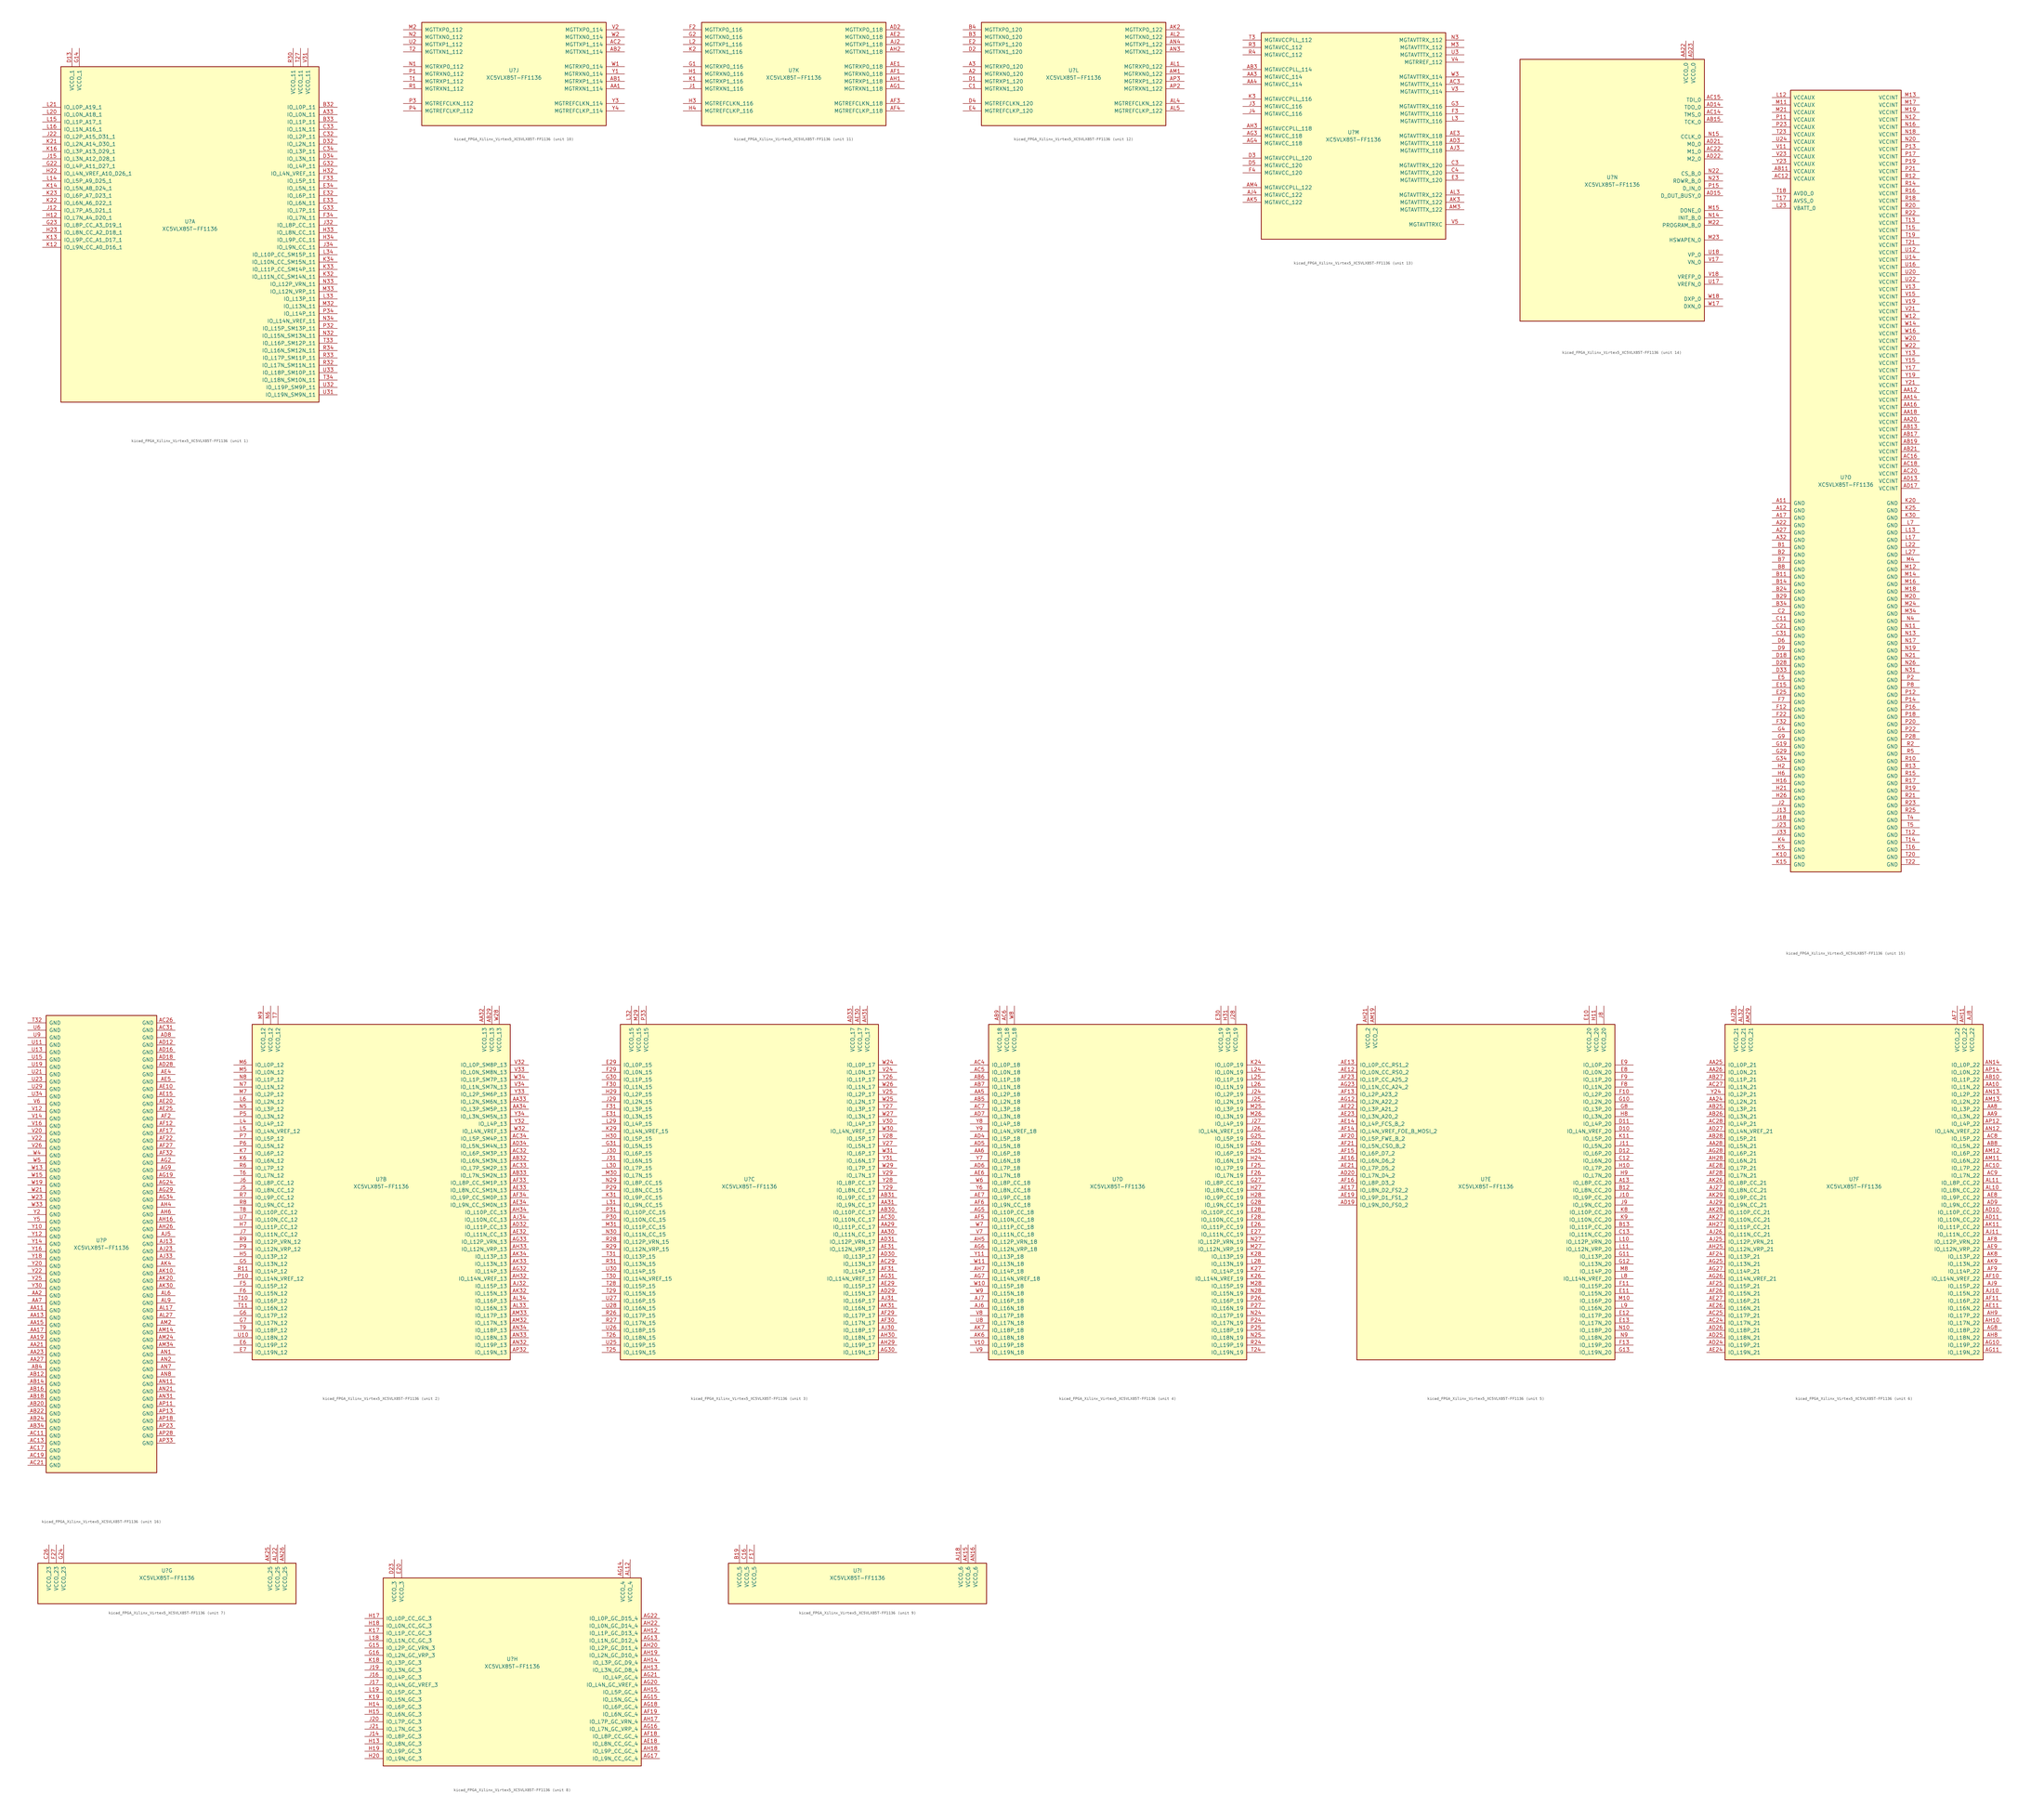
<source format=kicad_sym>
(kicad_symbol_lib
  (version 20220914)
  (generator kicad_symbol_editor)
  (symbol "kicad_FPGA_Xilinx_Virtex5_XC5VLX85T-FF1136"
    (pin_names
      (offset 1.016))
    (property "Reference" "U"
      (at 0 1.27 0)
      (effects (font (size 1.27 1.27))))
    (property "Value" "XC5VLX85T-FF1136"
      (at 0 -1.27 0)
      (effects (font (size 1.27 1.27))))
    (property "Datasheet" ""
      (at 0 0 0)
      (effects (font (size 1.27 1.27))))
    (property "ki_locked" ""
      (at 0 0 0)
      (effects (font (size 1.27 1.27))))
    (symbol "kicad_FPGA_Xilinx_Virtex5_XC5VLX85T-FF1136_1_1"
      (rectangle (start -44.45 54.61) (end 44.45 -60.96) (stroke (width 0.254) (type default)) (fill (type background)))
      (pin bidirectional line (at 50.8 38.1 180) (length 6.35) (name "IO_L0N_11" (effects (font (size 1.27 1.27)))) (number "A33" (effects (font (size 1.27 1.27)))))
      (pin bidirectional line (at 50.8 40.64 180) (length 6.35) (name "IO_L0P_11" (effects (font (size 1.27 1.27)))) (number "B32" (effects (font (size 1.27 1.27)))))
      (pin bidirectional line (at 50.8 35.56 180) (length 6.35) (name "IO_L1P_11" (effects (font (size 1.27 1.27)))) (number "B33" (effects (font (size 1.27 1.27)))))
      (pin bidirectional line (at 50.8 30.48 180) (length 6.35) (name "IO_L2P_11" (effects (font (size 1.27 1.27)))) (number "C32" (effects (font (size 1.27 1.27)))))
      (pin bidirectional line (at 50.8 33.02 180) (length 6.35) (name "IO_L1N_11" (effects (font (size 1.27 1.27)))) (number "C33" (effects (font (size 1.27 1.27)))))
      (pin bidirectional line (at 50.8 25.4 180) (length 6.35) (name "IO_L3P_11" (effects (font (size 1.27 1.27)))) (number "C34" (effects (font (size 1.27 1.27)))))
      (pin power_in line (at -40.64 60.96 270) (length 6.35) (name "VCCO_1" (effects (font (size 1.27 1.27)))) (number "D13" (effects (font (size 1.27 1.27)))))
      (pin bidirectional line (at 50.8 27.94 180) (length 6.35) (name "IO_L2N_11" (effects (font (size 1.27 1.27)))) (number "D32" (effects (font (size 1.27 1.27)))))
      (pin bidirectional line (at 50.8 22.86 180) (length 6.35) (name "IO_L3N_11" (effects (font (size 1.27 1.27)))) (number "D34" (effects (font (size 1.27 1.27)))))
      (pin bidirectional line (at 50.8 10.16 180) (length 6.35) (name "IO_L6P_11" (effects (font (size 1.27 1.27)))) (number "E32" (effects (font (size 1.27 1.27)))))
      (pin bidirectional line (at 50.8 7.62 180) (length 6.35) (name "IO_L6N_11" (effects (font (size 1.27 1.27)))) (number "E33" (effects (font (size 1.27 1.27)))))
      (pin bidirectional line (at 50.8 12.7 180) (length 6.35) (name "IO_L5N_11" (effects (font (size 1.27 1.27)))) (number "E34" (effects (font (size 1.27 1.27)))))
      (pin bidirectional line (at 50.8 15.24 180) (length 6.35) (name "IO_L5P_11" (effects (font (size 1.27 1.27)))) (number "F33" (effects (font (size 1.27 1.27)))))
      (pin bidirectional line (at 50.8 2.54 180) (length 6.35) (name "IO_L7N_11" (effects (font (size 1.27 1.27)))) (number "F34" (effects (font (size 1.27 1.27)))))
      (pin power_in line (at -38.1 60.96 270) (length 6.35) (name "VCCO_1" (effects (font (size 1.27 1.27)))) (number "G14" (effects (font (size 1.27 1.27)))))
      (pin bidirectional line (at -50.8 20.32 0) (length 6.35) (name "IO_L4P_A11_D27_1" (effects (font (size 1.27 1.27)))) (number "G22" (effects (font (size 1.27 1.27)))))
      (pin bidirectional line (at -50.8 0 0) (length 6.35) (name "IO_L8P_CC_A3_D19_1" (effects (font (size 1.27 1.27)))) (number "G23" (effects (font (size 1.27 1.27)))))
      (pin bidirectional line (at 50.8 20.32 180) (length 6.35) (name "IO_L4P_11" (effects (font (size 1.27 1.27)))) (number "G32" (effects (font (size 1.27 1.27)))))
      (pin bidirectional line (at 50.8 5.08 180) (length 6.35) (name "IO_L7P_11" (effects (font (size 1.27 1.27)))) (number "G33" (effects (font (size 1.27 1.27)))))
      (pin bidirectional line (at -50.8 2.54 0) (length 6.35) (name "IO_L7N_A4_D20_1" (effects (font (size 1.27 1.27)))) (number "H12" (effects (font (size 1.27 1.27)))))
      (pin bidirectional line (at -50.8 17.78 0) (length 6.35) (name "IO_L4N_VREF_A10_D26_1" (effects (font (size 1.27 1.27)))) (number "H22" (effects (font (size 1.27 1.27)))))
      (pin bidirectional line (at -50.8 -2.54 0) (length 6.35) (name "IO_L8N_CC_A2_D18_1" (effects (font (size 1.27 1.27)))) (number "H23" (effects (font (size 1.27 1.27)))))
      (pin bidirectional line (at 50.8 17.78 180) (length 6.35) (name "IO_L4N_VREF_11" (effects (font (size 1.27 1.27)))) (number "H32" (effects (font (size 1.27 1.27)))))
      (pin bidirectional line (at 50.8 -2.54 180) (length 6.35) (name "IO_L8N_CC_11" (effects (font (size 1.27 1.27)))) (number "H33" (effects (font (size 1.27 1.27)))))
      (pin bidirectional line (at 50.8 -5.08 180) (length 6.35) (name "IO_L9P_CC_11" (effects (font (size 1.27 1.27)))) (number "H34" (effects (font (size 1.27 1.27)))))
      (pin bidirectional line (at -50.8 5.08 0) (length 6.35) (name "IO_L7P_A5_D21_1" (effects (font (size 1.27 1.27)))) (number "J12" (effects (font (size 1.27 1.27)))))
      (pin bidirectional line (at -50.8 22.86 0) (length 6.35) (name "IO_L3N_A12_D28_1" (effects (font (size 1.27 1.27)))) (number "J15" (effects (font (size 1.27 1.27)))))
      (pin bidirectional line (at -50.8 30.48 0) (length 6.35) (name "IO_L2P_A15_D31_1" (effects (font (size 1.27 1.27)))) (number "J22" (effects (font (size 1.27 1.27)))))
      (pin bidirectional line (at 50.8 0 180) (length 6.35) (name "IO_L8P_CC_11" (effects (font (size 1.27 1.27)))) (number "J32" (effects (font (size 1.27 1.27)))))
      (pin bidirectional line (at 50.8 -7.62 180) (length 6.35) (name "IO_L9N_CC_11" (effects (font (size 1.27 1.27)))) (number "J34" (effects (font (size 1.27 1.27)))))
      (pin bidirectional line (at -50.8 -7.62 0) (length 6.35) (name "IO_L9N_CC_A0_D16_1" (effects (font (size 1.27 1.27)))) (number "K12" (effects (font (size 1.27 1.27)))))
      (pin bidirectional line (at -50.8 -5.08 0) (length 6.35) (name "IO_L9P_CC_A1_D17_1" (effects (font (size 1.27 1.27)))) (number "K13" (effects (font (size 1.27 1.27)))))
      (pin bidirectional line (at -50.8 12.7 0) (length 6.35) (name "IO_L5N_A8_D24_1" (effects (font (size 1.27 1.27)))) (number "K14" (effects (font (size 1.27 1.27)))))
      (pin bidirectional line (at -50.8 25.4 0) (length 6.35) (name "IO_L3P_A13_D29_1" (effects (font (size 1.27 1.27)))) (number "K16" (effects (font (size 1.27 1.27)))))
      (pin bidirectional line (at -50.8 27.94 0) (length 6.35) (name "IO_L2N_A14_D30_1" (effects (font (size 1.27 1.27)))) (number "K21" (effects (font (size 1.27 1.27)))))
      (pin bidirectional line (at -50.8 7.62 0) (length 6.35) (name "IO_L6N_A6_D22_1" (effects (font (size 1.27 1.27)))) (number "K22" (effects (font (size 1.27 1.27)))))
      (pin bidirectional line (at -50.8 10.16 0) (length 6.35) (name "IO_L6P_A7_D23_1" (effects (font (size 1.27 1.27)))) (number "K23" (effects (font (size 1.27 1.27)))))
      (pin bidirectional line (at 50.8 -17.78 180) (length 6.35) (name "IO_L11N_CC_SM14N_11" (effects (font (size 1.27 1.27)))) (number "K32" (effects (font (size 1.27 1.27)))))
      (pin bidirectional line (at 50.8 -15.24 180) (length 6.35) (name "IO_L11P_CC_SM14P_11" (effects (font (size 1.27 1.27)))) (number "K33" (effects (font (size 1.27 1.27)))))
      (pin bidirectional line (at 50.8 -12.7 180) (length 6.35) (name "IO_L10N_CC_SM15N_11" (effects (font (size 1.27 1.27)))) (number "K34" (effects (font (size 1.27 1.27)))))
      (pin bidirectional line (at -50.8 15.24 0) (length 6.35) (name "IO_L5P_A9_D25_1" (effects (font (size 1.27 1.27)))) (number "L14" (effects (font (size 1.27 1.27)))))
      (pin bidirectional line (at -50.8 35.56 0) (length 6.35) (name "IO_L1P_A17_1" (effects (font (size 1.27 1.27)))) (number "L15" (effects (font (size 1.27 1.27)))))
      (pin bidirectional line (at -50.8 33.02 0) (length 6.35) (name "IO_L1N_A16_1" (effects (font (size 1.27 1.27)))) (number "L16" (effects (font (size 1.27 1.27)))))
      (pin bidirectional line (at -50.8 38.1 0) (length 6.35) (name "IO_L0N_A18_1" (effects (font (size 1.27 1.27)))) (number "L20" (effects (font (size 1.27 1.27)))))
      (pin bidirectional line (at -50.8 40.64 0) (length 6.35) (name "IO_L0P_A19_1" (effects (font (size 1.27 1.27)))) (number "L21" (effects (font (size 1.27 1.27)))))
      (pin bidirectional line (at 50.8 -25.4 180) (length 6.35) (name "IO_L13P_11" (effects (font (size 1.27 1.27)))) (number "L33" (effects (font (size 1.27 1.27)))))
      (pin bidirectional line (at 50.8 -10.16 180) (length 6.35) (name "IO_L10P_CC_SM15P_11" (effects (font (size 1.27 1.27)))) (number "L34" (effects (font (size 1.27 1.27)))))
      (pin bidirectional line (at 50.8 -27.94 180) (length 6.35) (name "IO_L13N_11" (effects (font (size 1.27 1.27)))) (number "M32" (effects (font (size 1.27 1.27)))))
      (pin bidirectional line (at 50.8 -22.86 180) (length 6.35) (name "IO_L12N_VRP_11" (effects (font (size 1.27 1.27)))) (number "M33" (effects (font (size 1.27 1.27)))))
      (pin bidirectional line (at 50.8 -38.1 180) (length 6.35) (name "IO_L15N_SM13N_11" (effects (font (size 1.27 1.27)))) (number "N32" (effects (font (size 1.27 1.27)))))
      (pin bidirectional line (at 50.8 -20.32 180) (length 6.35) (name "IO_L12P_VRN_11" (effects (font (size 1.27 1.27)))) (number "N33" (effects (font (size 1.27 1.27)))))
      (pin bidirectional line (at 50.8 -33.02 180) (length 6.35) (name "IO_L14N_VREF_11" (effects (font (size 1.27 1.27)))) (number "N34" (effects (font (size 1.27 1.27)))))
      (pin bidirectional line (at 50.8 -35.56 180) (length 6.35) (name "IO_L15P_SM13P_11" (effects (font (size 1.27 1.27)))) (number "P32" (effects (font (size 1.27 1.27)))))
      (pin bidirectional line (at 50.8 -30.48 180) (length 6.35) (name "IO_L14P_11" (effects (font (size 1.27 1.27)))) (number "P34" (effects (font (size 1.27 1.27)))))
      (pin power_in line (at 35.56 60.96 270) (length 6.35) (name "VCCO_11" (effects (font (size 1.27 1.27)))) (number "R30" (effects (font (size 1.27 1.27)))))
      (pin bidirectional line (at 50.8 -48.26 180) (length 6.35) (name "IO_L17N_SM11N_11" (effects (font (size 1.27 1.27)))) (number "R32" (effects (font (size 1.27 1.27)))))
      (pin bidirectional line (at 50.8 -45.72 180) (length 6.35) (name "IO_L17P_SM11P_11" (effects (font (size 1.27 1.27)))) (number "R33" (effects (font (size 1.27 1.27)))))
      (pin bidirectional line (at 50.8 -43.18 180) (length 6.35) (name "IO_L16N_SM12N_11" (effects (font (size 1.27 1.27)))) (number "R34" (effects (font (size 1.27 1.27)))))
      (pin power_in line (at 38.1 60.96 270) (length 6.35) (name "VCCO_11" (effects (font (size 1.27 1.27)))) (number "T27" (effects (font (size 1.27 1.27)))))
      (pin bidirectional line (at 50.8 -40.64 180) (length 6.35) (name "IO_L16P_SM12P_11" (effects (font (size 1.27 1.27)))) (number "T33" (effects (font (size 1.27 1.27)))))
      (pin bidirectional line (at 50.8 -53.34 180) (length 6.35) (name "IO_L18N_SM10N_11" (effects (font (size 1.27 1.27)))) (number "T34" (effects (font (size 1.27 1.27)))))
      (pin bidirectional line (at 50.8 -58.42 180) (length 6.35) (name "IO_L19N_SM9N_11" (effects (font (size 1.27 1.27)))) (number "U31" (effects (font (size 1.27 1.27)))))
      (pin bidirectional line (at 50.8 -55.88 180) (length 6.35) (name "IO_L19P_SM9P_11" (effects (font (size 1.27 1.27)))) (number "U32" (effects (font (size 1.27 1.27)))))
      (pin bidirectional line (at 50.8 -50.8 180) (length 6.35) (name "IO_L18P_SM10P_11" (effects (font (size 1.27 1.27)))) (number "U33" (effects (font (size 1.27 1.27)))))
      (pin power_in line (at 40.64 60.96 270) (length 6.35) (name "VCCO_11" (effects (font (size 1.27 1.27)))) (number "V31" (effects (font (size 1.27 1.27))))))
    (symbol "kicad_FPGA_Xilinx_Virtex5_XC5VLX85T-FF1136_2_1"
      (rectangle (start -44.45 54.61) (end 44.45 -60.96) (stroke (width 0.254) (type default)) (fill (type background)))
      (pin power_in line (at 35.56 60.96 270) (length 6.35) (name "VCCO_13" (effects (font (size 1.27 1.27)))) (number "AA32" (effects (font (size 1.27 1.27)))))
      (pin bidirectional line (at 50.8 27.94 180) (length 6.35) (name "IO_L2N_SM6N_13" (effects (font (size 1.27 1.27)))) (number "AA33" (effects (font (size 1.27 1.27)))))
      (pin bidirectional line (at 50.8 25.4 180) (length 6.35) (name "IO_L3P_SM5P_13" (effects (font (size 1.27 1.27)))) (number "AA34" (effects (font (size 1.27 1.27)))))
      (pin power_in line (at 38.1 60.96 270) (length 6.35) (name "VCCO_13" (effects (font (size 1.27 1.27)))) (number "AB29" (effects (font (size 1.27 1.27)))))
      (pin bidirectional line (at 50.8 7.62 180) (length 6.35) (name "IO_L6N_SM3N_13" (effects (font (size 1.27 1.27)))) (number "AB32" (effects (font (size 1.27 1.27)))))
      (pin bidirectional line (at 50.8 2.54 180) (length 6.35) (name "IO_L7N_SM2N_13" (effects (font (size 1.27 1.27)))) (number "AB33" (effects (font (size 1.27 1.27)))))
      (pin bidirectional line (at 50.8 10.16 180) (length 6.35) (name "IO_L6P_SM3P_13" (effects (font (size 1.27 1.27)))) (number "AC32" (effects (font (size 1.27 1.27)))))
      (pin bidirectional line (at 50.8 5.08 180) (length 6.35) (name "IO_L7P_SM2P_13" (effects (font (size 1.27 1.27)))) (number "AC33" (effects (font (size 1.27 1.27)))))
      (pin bidirectional line (at 50.8 15.24 180) (length 6.35) (name "IO_L5P_SM4P_13" (effects (font (size 1.27 1.27)))) (number "AC34" (effects (font (size 1.27 1.27)))))
      (pin bidirectional line (at 50.8 -15.24 180) (length 6.35) (name "IO_L11P_CC_13" (effects (font (size 1.27 1.27)))) (number "AD32" (effects (font (size 1.27 1.27)))))
      (pin bidirectional line (at 50.8 12.7 180) (length 6.35) (name "IO_L5N_SM4N_13" (effects (font (size 1.27 1.27)))) (number "AD34" (effects (font (size 1.27 1.27)))))
      (pin bidirectional line (at 50.8 -17.78 180) (length 6.35) (name "IO_L11N_CC_13" (effects (font (size 1.27 1.27)))) (number "AE32" (effects (font (size 1.27 1.27)))))
      (pin bidirectional line (at 50.8 -2.54 180) (length 6.35) (name "IO_L8N_CC_SM1N_13" (effects (font (size 1.27 1.27)))) (number "AE33" (effects (font (size 1.27 1.27)))))
      (pin bidirectional line (at 50.8 -7.62 180) (length 6.35) (name "IO_L9N_CC_SM0N_13" (effects (font (size 1.27 1.27)))) (number "AE34" (effects (font (size 1.27 1.27)))))
      (pin bidirectional line (at 50.8 0 180) (length 6.35) (name "IO_L8P_CC_SM1P_13" (effects (font (size 1.27 1.27)))) (number "AF33" (effects (font (size 1.27 1.27)))))
      (pin bidirectional line (at 50.8 -5.08 180) (length 6.35) (name "IO_L9P_CC_SM0P_13" (effects (font (size 1.27 1.27)))) (number "AF34" (effects (font (size 1.27 1.27)))))
      (pin bidirectional line (at 50.8 -30.48 180) (length 6.35) (name "IO_L14P_13" (effects (font (size 1.27 1.27)))) (number "AG32" (effects (font (size 1.27 1.27)))))
      (pin bidirectional line (at 50.8 -20.32 180) (length 6.35) (name "IO_L12P_VRN_13" (effects (font (size 1.27 1.27)))) (number "AG33" (effects (font (size 1.27 1.27)))))
      (pin bidirectional line (at 50.8 -33.02 180) (length 6.35) (name "IO_L14N_VREF_13" (effects (font (size 1.27 1.27)))) (number "AH32" (effects (font (size 1.27 1.27)))))
      (pin bidirectional line (at 50.8 -22.86 180) (length 6.35) (name "IO_L12N_VRP_13" (effects (font (size 1.27 1.27)))) (number "AH33" (effects (font (size 1.27 1.27)))))
      (pin bidirectional line (at 50.8 -10.16 180) (length 6.35) (name "IO_L10P_CC_13" (effects (font (size 1.27 1.27)))) (number "AH34" (effects (font (size 1.27 1.27)))))
      (pin bidirectional line (at 50.8 -35.56 180) (length 6.35) (name "IO_L15P_13" (effects (font (size 1.27 1.27)))) (number "AJ32" (effects (font (size 1.27 1.27)))))
      (pin bidirectional line (at 50.8 -12.7 180) (length 6.35) (name "IO_L10N_CC_13" (effects (font (size 1.27 1.27)))) (number "AJ34" (effects (font (size 1.27 1.27)))))
      (pin bidirectional line (at 50.8 -38.1 180) (length 6.35) (name "IO_L15N_13" (effects (font (size 1.27 1.27)))) (number "AK32" (effects (font (size 1.27 1.27)))))
      (pin bidirectional line (at 50.8 -27.94 180) (length 6.35) (name "IO_L13N_13" (effects (font (size 1.27 1.27)))) (number "AK33" (effects (font (size 1.27 1.27)))))
      (pin bidirectional line (at 50.8 -25.4 180) (length 6.35) (name "IO_L13P_13" (effects (font (size 1.27 1.27)))) (number "AK34" (effects (font (size 1.27 1.27)))))
      (pin bidirectional line (at 50.8 -43.18 180) (length 6.35) (name "IO_L16N_13" (effects (font (size 1.27 1.27)))) (number "AL33" (effects (font (size 1.27 1.27)))))
      (pin bidirectional line (at 50.8 -40.64 180) (length 6.35) (name "IO_L16P_13" (effects (font (size 1.27 1.27)))) (number "AL34" (effects (font (size 1.27 1.27)))))
      (pin bidirectional line (at 50.8 -48.26 180) (length 6.35) (name "IO_L17N_13" (effects (font (size 1.27 1.27)))) (number "AM32" (effects (font (size 1.27 1.27)))))
      (pin bidirectional line (at 50.8 -45.72 180) (length 6.35) (name "IO_L17P_13" (effects (font (size 1.27 1.27)))) (number "AM33" (effects (font (size 1.27 1.27)))))
      (pin bidirectional line (at 50.8 -55.88 180) (length 6.35) (name "IO_L19P_13" (effects (font (size 1.27 1.27)))) (number "AN32" (effects (font (size 1.27 1.27)))))
      (pin bidirectional line (at 50.8 -53.34 180) (length 6.35) (name "IO_L18N_13" (effects (font (size 1.27 1.27)))) (number "AN33" (effects (font (size 1.27 1.27)))))
      (pin bidirectional line (at 50.8 -50.8 180) (length 6.35) (name "IO_L18P_13" (effects (font (size 1.27 1.27)))) (number "AN34" (effects (font (size 1.27 1.27)))))
      (pin bidirectional line (at 50.8 -58.42 180) (length 6.35) (name "IO_L19N_13" (effects (font (size 1.27 1.27)))) (number "AP32" (effects (font (size 1.27 1.27)))))
      (pin bidirectional line (at -50.8 -55.88 0) (length 6.35) (name "IO_L19P_12" (effects (font (size 1.27 1.27)))) (number "E6" (effects (font (size 1.27 1.27)))))
      (pin bidirectional line (at -50.8 -58.42 0) (length 6.35) (name "IO_L19N_12" (effects (font (size 1.27 1.27)))) (number "E7" (effects (font (size 1.27 1.27)))))
      (pin bidirectional line (at -50.8 -35.56 0) (length 6.35) (name "IO_L15P_12" (effects (font (size 1.27 1.27)))) (number "F5" (effects (font (size 1.27 1.27)))))
      (pin bidirectional line (at -50.8 -38.1 0) (length 6.35) (name "IO_L15N_12" (effects (font (size 1.27 1.27)))) (number "F6" (effects (font (size 1.27 1.27)))))
      (pin bidirectional line (at -50.8 -27.94 0) (length 6.35) (name "IO_L13N_12" (effects (font (size 1.27 1.27)))) (number "G5" (effects (font (size 1.27 1.27)))))
      (pin bidirectional line (at -50.8 -45.72 0) (length 6.35) (name "IO_L17P_12" (effects (font (size 1.27 1.27)))) (number "G6" (effects (font (size 1.27 1.27)))))
      (pin bidirectional line (at -50.8 -48.26 0) (length 6.35) (name "IO_L17N_12" (effects (font (size 1.27 1.27)))) (number "G7" (effects (font (size 1.27 1.27)))))
      (pin bidirectional line (at -50.8 -25.4 0) (length 6.35) (name "IO_L13P_12" (effects (font (size 1.27 1.27)))) (number "H5" (effects (font (size 1.27 1.27)))))
      (pin bidirectional line (at -50.8 -15.24 0) (length 6.35) (name "IO_L11P_CC_12" (effects (font (size 1.27 1.27)))) (number "H7" (effects (font (size 1.27 1.27)))))
      (pin bidirectional line (at -50.8 -2.54 0) (length 6.35) (name "IO_L8N_CC_12" (effects (font (size 1.27 1.27)))) (number "J5" (effects (font (size 1.27 1.27)))))
      (pin bidirectional line (at -50.8 0 0) (length 6.35) (name "IO_L8P_CC_12" (effects (font (size 1.27 1.27)))) (number "J6" (effects (font (size 1.27 1.27)))))
      (pin bidirectional line (at -50.8 -17.78 0) (length 6.35) (name "IO_L11N_CC_12" (effects (font (size 1.27 1.27)))) (number "J7" (effects (font (size 1.27 1.27)))))
      (pin bidirectional line (at -50.8 7.62 0) (length 6.35) (name "IO_L6N_12" (effects (font (size 1.27 1.27)))) (number "K6" (effects (font (size 1.27 1.27)))))
      (pin bidirectional line (at -50.8 10.16 0) (length 6.35) (name "IO_L6P_12" (effects (font (size 1.27 1.27)))) (number "K7" (effects (font (size 1.27 1.27)))))
      (pin bidirectional line (at -50.8 20.32 0) (length 6.35) (name "IO_L4P_12" (effects (font (size 1.27 1.27)))) (number "L4" (effects (font (size 1.27 1.27)))))
      (pin bidirectional line (at -50.8 17.78 0) (length 6.35) (name "IO_L4N_VREF_12" (effects (font (size 1.27 1.27)))) (number "L5" (effects (font (size 1.27 1.27)))))
      (pin bidirectional line (at -50.8 27.94 0) (length 6.35) (name "IO_L2N_12" (effects (font (size 1.27 1.27)))) (number "L6" (effects (font (size 1.27 1.27)))))
      (pin bidirectional line (at -50.8 38.1 0) (length 6.35) (name "IO_L0N_12" (effects (font (size 1.27 1.27)))) (number "M5" (effects (font (size 1.27 1.27)))))
      (pin bidirectional line (at -50.8 40.64 0) (length 6.35) (name "IO_L0P_12" (effects (font (size 1.27 1.27)))) (number "M6" (effects (font (size 1.27 1.27)))))
      (pin bidirectional line (at -50.8 30.48 0) (length 6.35) (name "IO_L2P_12" (effects (font (size 1.27 1.27)))) (number "M7" (effects (font (size 1.27 1.27)))))
      (pin power_in line (at -40.64 60.96 270) (length 6.35) (name "VCCO_12" (effects (font (size 1.27 1.27)))) (number "M9" (effects (font (size 1.27 1.27)))))
      (pin bidirectional line (at -50.8 25.4 0) (length 6.35) (name "IO_L3P_12" (effects (font (size 1.27 1.27)))) (number "N5" (effects (font (size 1.27 1.27)))))
      (pin power_in line (at -38.1 60.96 270) (length 6.35) (name "VCCO_12" (effects (font (size 1.27 1.27)))) (number "N6" (effects (font (size 1.27 1.27)))))
      (pin bidirectional line (at -50.8 33.02 0) (length 6.35) (name "IO_L1N_12" (effects (font (size 1.27 1.27)))) (number "N7" (effects (font (size 1.27 1.27)))))
      (pin bidirectional line (at -50.8 35.56 0) (length 6.35) (name "IO_L1P_12" (effects (font (size 1.27 1.27)))) (number "N8" (effects (font (size 1.27 1.27)))))
      (pin bidirectional line (at -50.8 -33.02 0) (length 6.35) (name "IO_L14N_VREF_12" (effects (font (size 1.27 1.27)))) (number "P10" (effects (font (size 1.27 1.27)))))
      (pin bidirectional line (at -50.8 22.86 0) (length 6.35) (name "IO_L3N_12" (effects (font (size 1.27 1.27)))) (number "P5" (effects (font (size 1.27 1.27)))))
      (pin bidirectional line (at -50.8 12.7 0) (length 6.35) (name "IO_L5N_12" (effects (font (size 1.27 1.27)))) (number "P6" (effects (font (size 1.27 1.27)))))
      (pin bidirectional line (at -50.8 15.24 0) (length 6.35) (name "IO_L5P_12" (effects (font (size 1.27 1.27)))) (number "P7" (effects (font (size 1.27 1.27)))))
      (pin bidirectional line (at -50.8 -22.86 0) (length 6.35) (name "IO_L12N_VRP_12" (effects (font (size 1.27 1.27)))) (number "P9" (effects (font (size 1.27 1.27)))))
      (pin bidirectional line (at -50.8 -30.48 0) (length 6.35) (name "IO_L14P_12" (effects (font (size 1.27 1.27)))) (number "R11" (effects (font (size 1.27 1.27)))))
      (pin bidirectional line (at -50.8 5.08 0) (length 6.35) (name "IO_L7P_12" (effects (font (size 1.27 1.27)))) (number "R6" (effects (font (size 1.27 1.27)))))
      (pin bidirectional line (at -50.8 -5.08 0) (length 6.35) (name "IO_L9P_CC_12" (effects (font (size 1.27 1.27)))) (number "R7" (effects (font (size 1.27 1.27)))))
      (pin bidirectional line (at -50.8 -7.62 0) (length 6.35) (name "IO_L9N_CC_12" (effects (font (size 1.27 1.27)))) (number "R8" (effects (font (size 1.27 1.27)))))
      (pin bidirectional line (at -50.8 -20.32 0) (length 6.35) (name "IO_L12P_VRN_12" (effects (font (size 1.27 1.27)))) (number "R9" (effects (font (size 1.27 1.27)))))
      (pin bidirectional line (at -50.8 -40.64 0) (length 6.35) (name "IO_L16P_12" (effects (font (size 1.27 1.27)))) (number "T10" (effects (font (size 1.27 1.27)))))
      (pin bidirectional line (at -50.8 -43.18 0) (length 6.35) (name "IO_L16N_12" (effects (font (size 1.27 1.27)))) (number "T11" (effects (font (size 1.27 1.27)))))
      (pin bidirectional line (at -50.8 2.54 0) (length 6.35) (name "IO_L7N_12" (effects (font (size 1.27 1.27)))) (number "T6" (effects (font (size 1.27 1.27)))))
      (pin power_in line (at -35.56 60.96 270) (length 6.35) (name "VCCO_12" (effects (font (size 1.27 1.27)))) (number "T7" (effects (font (size 1.27 1.27)))))
      (pin bidirectional line (at -50.8 -10.16 0) (length 6.35) (name "IO_L10P_CC_12" (effects (font (size 1.27 1.27)))) (number "T8" (effects (font (size 1.27 1.27)))))
      (pin bidirectional line (at -50.8 -50.8 0) (length 6.35) (name "IO_L18P_12" (effects (font (size 1.27 1.27)))) (number "T9" (effects (font (size 1.27 1.27)))))
      (pin bidirectional line (at -50.8 -53.34 0) (length 6.35) (name "IO_L18N_12" (effects (font (size 1.27 1.27)))) (number "U10" (effects (font (size 1.27 1.27)))))
      (pin bidirectional line (at -50.8 -12.7 0) (length 6.35) (name "IO_L10N_CC_12" (effects (font (size 1.27 1.27)))) (number "U7" (effects (font (size 1.27 1.27)))))
      (pin bidirectional line (at 50.8 40.64 180) (length 6.35) (name "IO_L0P_SM8P_13" (effects (font (size 1.27 1.27)))) (number "V32" (effects (font (size 1.27 1.27)))))
      (pin bidirectional line (at 50.8 38.1 180) (length 6.35) (name "IO_L0N_SM8N_13" (effects (font (size 1.27 1.27)))) (number "V33" (effects (font (size 1.27 1.27)))))
      (pin bidirectional line (at 50.8 33.02 180) (length 6.35) (name "IO_L1N_SM7N_13" (effects (font (size 1.27 1.27)))) (number "V34" (effects (font (size 1.27 1.27)))))
      (pin power_in line (at 40.64 60.96 270) (length 6.35) (name "VCCO_13" (effects (font (size 1.27 1.27)))) (number "W28" (effects (font (size 1.27 1.27)))))
      (pin bidirectional line (at 50.8 17.78 180) (length 6.35) (name "IO_L4N_VREF_13" (effects (font (size 1.27 1.27)))) (number "W32" (effects (font (size 1.27 1.27)))))
      (pin bidirectional line (at 50.8 35.56 180) (length 6.35) (name "IO_L1P_SM7P_13" (effects (font (size 1.27 1.27)))) (number "W34" (effects (font (size 1.27 1.27)))))
      (pin bidirectional line (at 50.8 20.32 180) (length 6.35) (name "IO_L4P_13" (effects (font (size 1.27 1.27)))) (number "Y32" (effects (font (size 1.27 1.27)))))
      (pin bidirectional line (at 50.8 30.48 180) (length 6.35) (name "IO_L2P_SM6P_13" (effects (font (size 1.27 1.27)))) (number "Y33" (effects (font (size 1.27 1.27)))))
      (pin bidirectional line (at 50.8 22.86 180) (length 6.35) (name "IO_L3N_SM5N_13" (effects (font (size 1.27 1.27)))) (number "Y34" (effects (font (size 1.27 1.27))))))
    (symbol "kicad_FPGA_Xilinx_Virtex5_XC5VLX85T-FF1136_3_1"
      (rectangle (start -44.45 54.61) (end 44.45 -60.96) (stroke (width 0.254) (type default)) (fill (type background)))
      (pin bidirectional line (at 50.8 -15.24 180) (length 6.35) (name "IO_L11P_CC_17" (effects (font (size 1.27 1.27)))) (number "AA29" (effects (font (size 1.27 1.27)))))
      (pin bidirectional line (at 50.8 -17.78 180) (length 6.35) (name "IO_L11N_CC_17" (effects (font (size 1.27 1.27)))) (number "AA30" (effects (font (size 1.27 1.27)))))
      (pin bidirectional line (at 50.8 -7.62 180) (length 6.35) (name "IO_L9N_CC_17" (effects (font (size 1.27 1.27)))) (number "AA31" (effects (font (size 1.27 1.27)))))
      (pin bidirectional line (at 50.8 -10.16 180) (length 6.35) (name "IO_L10P_CC_17" (effects (font (size 1.27 1.27)))) (number "AB30" (effects (font (size 1.27 1.27)))))
      (pin bidirectional line (at 50.8 -5.08 180) (length 6.35) (name "IO_L9P_CC_17" (effects (font (size 1.27 1.27)))) (number "AB31" (effects (font (size 1.27 1.27)))))
      (pin bidirectional line (at 50.8 -27.94 180) (length 6.35) (name "IO_L13N_17" (effects (font (size 1.27 1.27)))) (number "AC29" (effects (font (size 1.27 1.27)))))
      (pin bidirectional line (at 50.8 -12.7 180) (length 6.35) (name "IO_L10N_CC_17" (effects (font (size 1.27 1.27)))) (number "AC30" (effects (font (size 1.27 1.27)))))
      (pin bidirectional line (at 50.8 -38.1 180) (length 6.35) (name "IO_L15N_17" (effects (font (size 1.27 1.27)))) (number "AD29" (effects (font (size 1.27 1.27)))))
      (pin bidirectional line (at 50.8 -25.4 180) (length 6.35) (name "IO_L13P_17" (effects (font (size 1.27 1.27)))) (number "AD30" (effects (font (size 1.27 1.27)))))
      (pin bidirectional line (at 50.8 -20.32 180) (length 6.35) (name "IO_L12P_VRN_17" (effects (font (size 1.27 1.27)))) (number "AD31" (effects (font (size 1.27 1.27)))))
      (pin power_in line (at 35.56 60.96 270) (length 6.35) (name "VCCO_17" (effects (font (size 1.27 1.27)))) (number "AD33" (effects (font (size 1.27 1.27)))))
      (pin bidirectional line (at 50.8 -35.56 180) (length 6.35) (name "IO_L15P_17" (effects (font (size 1.27 1.27)))) (number "AE29" (effects (font (size 1.27 1.27)))))
      (pin power_in line (at 38.1 60.96 270) (length 6.35) (name "VCCO_17" (effects (font (size 1.27 1.27)))) (number "AE30" (effects (font (size 1.27 1.27)))))
      (pin bidirectional line (at 50.8 -22.86 180) (length 6.35) (name "IO_L12N_VRP_17" (effects (font (size 1.27 1.27)))) (number "AE31" (effects (font (size 1.27 1.27)))))
      (pin bidirectional line (at 50.8 -45.72 180) (length 6.35) (name "IO_L17P_17" (effects (font (size 1.27 1.27)))) (number "AF29" (effects (font (size 1.27 1.27)))))
      (pin bidirectional line (at 50.8 -48.26 180) (length 6.35) (name "IO_L17N_17" (effects (font (size 1.27 1.27)))) (number "AF30" (effects (font (size 1.27 1.27)))))
      (pin bidirectional line (at 50.8 -30.48 180) (length 6.35) (name "IO_L14P_17" (effects (font (size 1.27 1.27)))) (number "AF31" (effects (font (size 1.27 1.27)))))
      (pin bidirectional line (at 50.8 -58.42 180) (length 6.35) (name "IO_L19N_17" (effects (font (size 1.27 1.27)))) (number "AG30" (effects (font (size 1.27 1.27)))))
      (pin bidirectional line (at 50.8 -33.02 180) (length 6.35) (name "IO_L14N_VREF_17" (effects (font (size 1.27 1.27)))) (number "AG31" (effects (font (size 1.27 1.27)))))
      (pin bidirectional line (at 50.8 -55.88 180) (length 6.35) (name "IO_L19P_17" (effects (font (size 1.27 1.27)))) (number "AH29" (effects (font (size 1.27 1.27)))))
      (pin bidirectional line (at 50.8 -53.34 180) (length 6.35) (name "IO_L18N_17" (effects (font (size 1.27 1.27)))) (number "AH30" (effects (font (size 1.27 1.27)))))
      (pin power_in line (at 40.64 60.96 270) (length 6.35) (name "VCCO_17" (effects (font (size 1.27 1.27)))) (number "AH31" (effects (font (size 1.27 1.27)))))
      (pin bidirectional line (at 50.8 -50.8 180) (length 6.35) (name "IO_L18P_17" (effects (font (size 1.27 1.27)))) (number "AJ30" (effects (font (size 1.27 1.27)))))
      (pin bidirectional line (at 50.8 -40.64 180) (length 6.35) (name "IO_L16P_17" (effects (font (size 1.27 1.27)))) (number "AJ31" (effects (font (size 1.27 1.27)))))
      (pin bidirectional line (at 50.8 -43.18 180) (length 6.35) (name "IO_L16N_17" (effects (font (size 1.27 1.27)))) (number "AK31" (effects (font (size 1.27 1.27)))))
      (pin bidirectional line (at -50.8 40.64 0) (length 6.35) (name "IO_L0P_15" (effects (font (size 1.27 1.27)))) (number "E29" (effects (font (size 1.27 1.27)))))
      (pin bidirectional line (at -50.8 22.86 0) (length 6.35) (name "IO_L3N_15" (effects (font (size 1.27 1.27)))) (number "E31" (effects (font (size 1.27 1.27)))))
      (pin bidirectional line (at -50.8 38.1 0) (length 6.35) (name "IO_L0N_15" (effects (font (size 1.27 1.27)))) (number "F29" (effects (font (size 1.27 1.27)))))
      (pin bidirectional line (at -50.8 33.02 0) (length 6.35) (name "IO_L1N_15" (effects (font (size 1.27 1.27)))) (number "F30" (effects (font (size 1.27 1.27)))))
      (pin bidirectional line (at -50.8 25.4 0) (length 6.35) (name "IO_L3P_15" (effects (font (size 1.27 1.27)))) (number "F31" (effects (font (size 1.27 1.27)))))
      (pin bidirectional line (at -50.8 35.56 0) (length 6.35) (name "IO_L1P_15" (effects (font (size 1.27 1.27)))) (number "G30" (effects (font (size 1.27 1.27)))))
      (pin bidirectional line (at -50.8 12.7 0) (length 6.35) (name "IO_L5N_15" (effects (font (size 1.27 1.27)))) (number "G31" (effects (font (size 1.27 1.27)))))
      (pin bidirectional line (at -50.8 30.48 0) (length 6.35) (name "IO_L2P_15" (effects (font (size 1.27 1.27)))) (number "H29" (effects (font (size 1.27 1.27)))))
      (pin bidirectional line (at -50.8 15.24 0) (length 6.35) (name "IO_L5P_15" (effects (font (size 1.27 1.27)))) (number "H30" (effects (font (size 1.27 1.27)))))
      (pin bidirectional line (at -50.8 27.94 0) (length 6.35) (name "IO_L2N_15" (effects (font (size 1.27 1.27)))) (number "J29" (effects (font (size 1.27 1.27)))))
      (pin bidirectional line (at -50.8 10.16 0) (length 6.35) (name "IO_L6P_15" (effects (font (size 1.27 1.27)))) (number "J30" (effects (font (size 1.27 1.27)))))
      (pin bidirectional line (at -50.8 7.62 0) (length 6.35) (name "IO_L6N_15" (effects (font (size 1.27 1.27)))) (number "J31" (effects (font (size 1.27 1.27)))))
      (pin bidirectional line (at -50.8 17.78 0) (length 6.35) (name "IO_L4N_VREF_15" (effects (font (size 1.27 1.27)))) (number "K29" (effects (font (size 1.27 1.27)))))
      (pin bidirectional line (at -50.8 -5.08 0) (length 6.35) (name "IO_L9P_CC_15" (effects (font (size 1.27 1.27)))) (number "K31" (effects (font (size 1.27 1.27)))))
      (pin bidirectional line (at -50.8 20.32 0) (length 6.35) (name "IO_L4P_15" (effects (font (size 1.27 1.27)))) (number "L29" (effects (font (size 1.27 1.27)))))
      (pin bidirectional line (at -50.8 5.08 0) (length 6.35) (name "IO_L7P_15" (effects (font (size 1.27 1.27)))) (number "L30" (effects (font (size 1.27 1.27)))))
      (pin bidirectional line (at -50.8 -7.62 0) (length 6.35) (name "IO_L9N_CC_15" (effects (font (size 1.27 1.27)))) (number "L31" (effects (font (size 1.27 1.27)))))
      (pin power_in line (at -40.64 60.96 270) (length 6.35) (name "VCCO_15" (effects (font (size 1.27 1.27)))) (number "L32" (effects (font (size 1.27 1.27)))))
      (pin power_in line (at -38.1 60.96 270) (length 6.35) (name "VCCO_15" (effects (font (size 1.27 1.27)))) (number "M29" (effects (font (size 1.27 1.27)))))
      (pin bidirectional line (at -50.8 2.54 0) (length 6.35) (name "IO_L7N_15" (effects (font (size 1.27 1.27)))) (number "M30" (effects (font (size 1.27 1.27)))))
      (pin bidirectional line (at -50.8 -15.24 0) (length 6.35) (name "IO_L11P_CC_15" (effects (font (size 1.27 1.27)))) (number "M31" (effects (font (size 1.27 1.27)))))
      (pin bidirectional line (at -50.8 0 0) (length 6.35) (name "IO_L8P_CC_15" (effects (font (size 1.27 1.27)))) (number "N29" (effects (font (size 1.27 1.27)))))
      (pin bidirectional line (at -50.8 -17.78 0) (length 6.35) (name "IO_L11N_CC_15" (effects (font (size 1.27 1.27)))) (number "N30" (effects (font (size 1.27 1.27)))))
      (pin bidirectional line (at -50.8 -2.54 0) (length 6.35) (name "IO_L8N_CC_15" (effects (font (size 1.27 1.27)))) (number "P29" (effects (font (size 1.27 1.27)))))
      (pin bidirectional line (at -50.8 -12.7 0) (length 6.35) (name "IO_L10N_CC_15" (effects (font (size 1.27 1.27)))) (number "P30" (effects (font (size 1.27 1.27)))))
      (pin bidirectional line (at -50.8 -10.16 0) (length 6.35) (name "IO_L10P_CC_15" (effects (font (size 1.27 1.27)))) (number "P31" (effects (font (size 1.27 1.27)))))
      (pin power_in line (at -35.56 60.96 270) (length 6.35) (name "VCCO_15" (effects (font (size 1.27 1.27)))) (number "P33" (effects (font (size 1.27 1.27)))))
      (pin bidirectional line (at -50.8 -45.72 0) (length 6.35) (name "IO_L17P_15" (effects (font (size 1.27 1.27)))) (number "R26" (effects (font (size 1.27 1.27)))))
      (pin bidirectional line (at -50.8 -48.26 0) (length 6.35) (name "IO_L17N_15" (effects (font (size 1.27 1.27)))) (number "R27" (effects (font (size 1.27 1.27)))))
      (pin bidirectional line (at -50.8 -20.32 0) (length 6.35) (name "IO_L12P_VRN_15" (effects (font (size 1.27 1.27)))) (number "R28" (effects (font (size 1.27 1.27)))))
      (pin bidirectional line (at -50.8 -22.86 0) (length 6.35) (name "IO_L12N_VRP_15" (effects (font (size 1.27 1.27)))) (number "R29" (effects (font (size 1.27 1.27)))))
      (pin bidirectional line (at -50.8 -27.94 0) (length 6.35) (name "IO_L13N_15" (effects (font (size 1.27 1.27)))) (number "R31" (effects (font (size 1.27 1.27)))))
      (pin bidirectional line (at -50.8 -58.42 0) (length 6.35) (name "IO_L19N_15" (effects (font (size 1.27 1.27)))) (number "T25" (effects (font (size 1.27 1.27)))))
      (pin bidirectional line (at -50.8 -53.34 0) (length 6.35) (name "IO_L18N_15" (effects (font (size 1.27 1.27)))) (number "T26" (effects (font (size 1.27 1.27)))))
      (pin bidirectional line (at -50.8 -35.56 0) (length 6.35) (name "IO_L15P_15" (effects (font (size 1.27 1.27)))) (number "T28" (effects (font (size 1.27 1.27)))))
      (pin bidirectional line (at -50.8 -38.1 0) (length 6.35) (name "IO_L15N_15" (effects (font (size 1.27 1.27)))) (number "T29" (effects (font (size 1.27 1.27)))))
      (pin bidirectional line (at -50.8 -33.02 0) (length 6.35) (name "IO_L14N_VREF_15" (effects (font (size 1.27 1.27)))) (number "T30" (effects (font (size 1.27 1.27)))))
      (pin bidirectional line (at -50.8 -25.4 0) (length 6.35) (name "IO_L13P_15" (effects (font (size 1.27 1.27)))) (number "T31" (effects (font (size 1.27 1.27)))))
      (pin bidirectional line (at -50.8 -55.88 0) (length 6.35) (name "IO_L19P_15" (effects (font (size 1.27 1.27)))) (number "U25" (effects (font (size 1.27 1.27)))))
      (pin bidirectional line (at -50.8 -50.8 0) (length 6.35) (name "IO_L18P_15" (effects (font (size 1.27 1.27)))) (number "U26" (effects (font (size 1.27 1.27)))))
      (pin bidirectional line (at -50.8 -40.64 0) (length 6.35) (name "IO_L16P_15" (effects (font (size 1.27 1.27)))) (number "U27" (effects (font (size 1.27 1.27)))))
      (pin bidirectional line (at -50.8 -43.18 0) (length 6.35) (name "IO_L16N_15" (effects (font (size 1.27 1.27)))) (number "U28" (effects (font (size 1.27 1.27)))))
      (pin bidirectional line (at -50.8 -30.48 0) (length 6.35) (name "IO_L14P_15" (effects (font (size 1.27 1.27)))) (number "U30" (effects (font (size 1.27 1.27)))))
      (pin bidirectional line (at 50.8 38.1 180) (length 6.35) (name "IO_L0N_17" (effects (font (size 1.27 1.27)))) (number "V24" (effects (font (size 1.27 1.27)))))
      (pin bidirectional line (at 50.8 30.48 180) (length 6.35) (name "IO_L2P_17" (effects (font (size 1.27 1.27)))) (number "V25" (effects (font (size 1.27 1.27)))))
      (pin bidirectional line (at 50.8 12.7 180) (length 6.35) (name "IO_L5N_17" (effects (font (size 1.27 1.27)))) (number "V27" (effects (font (size 1.27 1.27)))))
      (pin bidirectional line (at 50.8 15.24 180) (length 6.35) (name "IO_L5P_17" (effects (font (size 1.27 1.27)))) (number "V28" (effects (font (size 1.27 1.27)))))
      (pin bidirectional line (at 50.8 2.54 180) (length 6.35) (name "IO_L7N_17" (effects (font (size 1.27 1.27)))) (number "V29" (effects (font (size 1.27 1.27)))))
      (pin bidirectional line (at 50.8 20.32 180) (length 6.35) (name "IO_L4P_17" (effects (font (size 1.27 1.27)))) (number "V30" (effects (font (size 1.27 1.27)))))
      (pin bidirectional line (at 50.8 40.64 180) (length 6.35) (name "IO_L0P_17" (effects (font (size 1.27 1.27)))) (number "W24" (effects (font (size 1.27 1.27)))))
      (pin bidirectional line (at 50.8 27.94 180) (length 6.35) (name "IO_L2N_17" (effects (font (size 1.27 1.27)))) (number "W25" (effects (font (size 1.27 1.27)))))
      (pin bidirectional line (at 50.8 33.02 180) (length 6.35) (name "IO_L1N_17" (effects (font (size 1.27 1.27)))) (number "W26" (effects (font (size 1.27 1.27)))))
      (pin bidirectional line (at 50.8 22.86 180) (length 6.35) (name "IO_L3N_17" (effects (font (size 1.27 1.27)))) (number "W27" (effects (font (size 1.27 1.27)))))
      (pin bidirectional line (at 50.8 5.08 180) (length 6.35) (name "IO_L7P_17" (effects (font (size 1.27 1.27)))) (number "W29" (effects (font (size 1.27 1.27)))))
      (pin bidirectional line (at 50.8 17.78 180) (length 6.35) (name "IO_L4N_VREF_17" (effects (font (size 1.27 1.27)))) (number "W30" (effects (font (size 1.27 1.27)))))
      (pin bidirectional line (at 50.8 10.16 180) (length 6.35) (name "IO_L6P_17" (effects (font (size 1.27 1.27)))) (number "W31" (effects (font (size 1.27 1.27)))))
      (pin bidirectional line (at 50.8 35.56 180) (length 6.35) (name "IO_L1P_17" (effects (font (size 1.27 1.27)))) (number "Y26" (effects (font (size 1.27 1.27)))))
      (pin bidirectional line (at 50.8 25.4 180) (length 6.35) (name "IO_L3P_17" (effects (font (size 1.27 1.27)))) (number "Y27" (effects (font (size 1.27 1.27)))))
      (pin bidirectional line (at 50.8 0 180) (length 6.35) (name "IO_L8P_CC_17" (effects (font (size 1.27 1.27)))) (number "Y28" (effects (font (size 1.27 1.27)))))
      (pin bidirectional line (at 50.8 -2.54 180) (length 6.35) (name "IO_L8N_CC_17" (effects (font (size 1.27 1.27)))) (number "Y29" (effects (font (size 1.27 1.27)))))
      (pin bidirectional line (at 50.8 7.62 180) (length 6.35) (name "IO_L6N_17" (effects (font (size 1.27 1.27)))) (number "Y31" (effects (font (size 1.27 1.27))))))
    (symbol "kicad_FPGA_Xilinx_Virtex5_XC5VLX85T-FF1136_4_1"
      (rectangle (start -44.45 54.61) (end 44.45 -60.96) (stroke (width 0.254) (type default)) (fill (type background)))
      (pin bidirectional line (at -50.8 30.48 0) (length 6.35) (name "IO_L2P_18" (effects (font (size 1.27 1.27)))) (number "AA5" (effects (font (size 1.27 1.27)))))
      (pin bidirectional line (at -50.8 10.16 0) (length 6.35) (name "IO_L6P_18" (effects (font (size 1.27 1.27)))) (number "AA6" (effects (font (size 1.27 1.27)))))
      (pin bidirectional line (at -50.8 27.94 0) (length 6.35) (name "IO_L2N_18" (effects (font (size 1.27 1.27)))) (number "AB5" (effects (font (size 1.27 1.27)))))
      (pin bidirectional line (at -50.8 35.56 0) (length 6.35) (name "IO_L1P_18" (effects (font (size 1.27 1.27)))) (number "AB6" (effects (font (size 1.27 1.27)))))
      (pin bidirectional line (at -50.8 33.02 0) (length 6.35) (name "IO_L1N_18" (effects (font (size 1.27 1.27)))) (number "AB7" (effects (font (size 1.27 1.27)))))
      (pin power_in line (at -40.64 60.96 270) (length 6.35) (name "VCCO_18" (effects (font (size 1.27 1.27)))) (number "AB9" (effects (font (size 1.27 1.27)))))
      (pin bidirectional line (at -50.8 40.64 0) (length 6.35) (name "IO_L0P_18" (effects (font (size 1.27 1.27)))) (number "AC4" (effects (font (size 1.27 1.27)))))
      (pin bidirectional line (at -50.8 38.1 0) (length 6.35) (name "IO_L0N_18" (effects (font (size 1.27 1.27)))) (number "AC5" (effects (font (size 1.27 1.27)))))
      (pin power_in line (at -38.1 60.96 270) (length 6.35) (name "VCCO_18" (effects (font (size 1.27 1.27)))) (number "AC6" (effects (font (size 1.27 1.27)))))
      (pin bidirectional line (at -50.8 25.4 0) (length 6.35) (name "IO_L3P_18" (effects (font (size 1.27 1.27)))) (number "AC7" (effects (font (size 1.27 1.27)))))
      (pin bidirectional line (at -50.8 15.24 0) (length 6.35) (name "IO_L5P_18" (effects (font (size 1.27 1.27)))) (number "AD4" (effects (font (size 1.27 1.27)))))
      (pin bidirectional line (at -50.8 12.7 0) (length 6.35) (name "IO_L5N_18" (effects (font (size 1.27 1.27)))) (number "AD5" (effects (font (size 1.27 1.27)))))
      (pin bidirectional line (at -50.8 5.08 0) (length 6.35) (name "IO_L7P_18" (effects (font (size 1.27 1.27)))) (number "AD6" (effects (font (size 1.27 1.27)))))
      (pin bidirectional line (at -50.8 22.86 0) (length 6.35) (name "IO_L3N_18" (effects (font (size 1.27 1.27)))) (number "AD7" (effects (font (size 1.27 1.27)))))
      (pin bidirectional line (at -50.8 2.54 0) (length 6.35) (name "IO_L7N_18" (effects (font (size 1.27 1.27)))) (number "AE6" (effects (font (size 1.27 1.27)))))
      (pin bidirectional line (at -50.8 -5.08 0) (length 6.35) (name "IO_L9P_CC_18" (effects (font (size 1.27 1.27)))) (number "AE7" (effects (font (size 1.27 1.27)))))
      (pin bidirectional line (at -50.8 -12.7 0) (length 6.35) (name "IO_L10N_CC_18" (effects (font (size 1.27 1.27)))) (number "AF5" (effects (font (size 1.27 1.27)))))
      (pin bidirectional line (at -50.8 -7.62 0) (length 6.35) (name "IO_L9N_CC_18" (effects (font (size 1.27 1.27)))) (number "AF6" (effects (font (size 1.27 1.27)))))
      (pin bidirectional line (at -50.8 -10.16 0) (length 6.35) (name "IO_L10P_CC_18" (effects (font (size 1.27 1.27)))) (number "AG5" (effects (font (size 1.27 1.27)))))
      (pin bidirectional line (at -50.8 -22.86 0) (length 6.35) (name "IO_L12N_VRP_18" (effects (font (size 1.27 1.27)))) (number "AG6" (effects (font (size 1.27 1.27)))))
      (pin bidirectional line (at -50.8 -33.02 0) (length 6.35) (name "IO_L14N_VREF_18" (effects (font (size 1.27 1.27)))) (number "AG7" (effects (font (size 1.27 1.27)))))
      (pin bidirectional line (at -50.8 -20.32 0) (length 6.35) (name "IO_L12P_VRN_18" (effects (font (size 1.27 1.27)))) (number "AH5" (effects (font (size 1.27 1.27)))))
      (pin bidirectional line (at -50.8 -30.48 0) (length 6.35) (name "IO_L14P_18" (effects (font (size 1.27 1.27)))) (number "AH7" (effects (font (size 1.27 1.27)))))
      (pin bidirectional line (at -50.8 -43.18 0) (length 6.35) (name "IO_L16N_18" (effects (font (size 1.27 1.27)))) (number "AJ6" (effects (font (size 1.27 1.27)))))
      (pin bidirectional line (at -50.8 -40.64 0) (length 6.35) (name "IO_L16P_18" (effects (font (size 1.27 1.27)))) (number "AJ7" (effects (font (size 1.27 1.27)))))
      (pin bidirectional line (at -50.8 -53.34 0) (length 6.35) (name "IO_L18N_18" (effects (font (size 1.27 1.27)))) (number "AK6" (effects (font (size 1.27 1.27)))))
      (pin bidirectional line (at -50.8 -50.8 0) (length 6.35) (name "IO_L18P_18" (effects (font (size 1.27 1.27)))) (number "AK7" (effects (font (size 1.27 1.27)))))
      (pin bidirectional line (at 50.8 -15.24 180) (length 6.35) (name "IO_L11P_CC_19" (effects (font (size 1.27 1.27)))) (number "E26" (effects (font (size 1.27 1.27)))))
      (pin bidirectional line (at 50.8 -17.78 180) (length 6.35) (name "IO_L11N_CC_19" (effects (font (size 1.27 1.27)))) (number "E27" (effects (font (size 1.27 1.27)))))
      (pin bidirectional line (at 50.8 -10.16 180) (length 6.35) (name "IO_L10P_CC_19" (effects (font (size 1.27 1.27)))) (number "E28" (effects (font (size 1.27 1.27)))))
      (pin power_in line (at 35.56 60.96 270) (length 6.35) (name "VCCO_19" (effects (font (size 1.27 1.27)))) (number "E30" (effects (font (size 1.27 1.27)))))
      (pin bidirectional line (at 50.8 5.08 180) (length 6.35) (name "IO_L7P_19" (effects (font (size 1.27 1.27)))) (number "F25" (effects (font (size 1.27 1.27)))))
      (pin bidirectional line (at 50.8 2.54 180) (length 6.35) (name "IO_L7N_19" (effects (font (size 1.27 1.27)))) (number "F26" (effects (font (size 1.27 1.27)))))
      (pin bidirectional line (at 50.8 -12.7 180) (length 6.35) (name "IO_L10N_CC_19" (effects (font (size 1.27 1.27)))) (number "F28" (effects (font (size 1.27 1.27)))))
      (pin bidirectional line (at 50.8 15.24 180) (length 6.35) (name "IO_L5P_19" (effects (font (size 1.27 1.27)))) (number "G25" (effects (font (size 1.27 1.27)))))
      (pin bidirectional line (at 50.8 12.7 180) (length 6.35) (name "IO_L5N_19" (effects (font (size 1.27 1.27)))) (number "G26" (effects (font (size 1.27 1.27)))))
      (pin bidirectional line (at 50.8 0 180) (length 6.35) (name "IO_L8P_CC_19" (effects (font (size 1.27 1.27)))) (number "G27" (effects (font (size 1.27 1.27)))))
      (pin bidirectional line (at 50.8 -7.62 180) (length 6.35) (name "IO_L9N_CC_19" (effects (font (size 1.27 1.27)))) (number "G28" (effects (font (size 1.27 1.27)))))
      (pin bidirectional line (at 50.8 7.62 180) (length 6.35) (name "IO_L6N_19" (effects (font (size 1.27 1.27)))) (number "H24" (effects (font (size 1.27 1.27)))))
      (pin bidirectional line (at 50.8 10.16 180) (length 6.35) (name "IO_L6P_19" (effects (font (size 1.27 1.27)))) (number "H25" (effects (font (size 1.27 1.27)))))
      (pin bidirectional line (at 50.8 -2.54 180) (length 6.35) (name "IO_L8N_CC_19" (effects (font (size 1.27 1.27)))) (number "H27" (effects (font (size 1.27 1.27)))))
      (pin bidirectional line (at 50.8 -5.08 180) (length 6.35) (name "IO_L9P_CC_19" (effects (font (size 1.27 1.27)))) (number "H28" (effects (font (size 1.27 1.27)))))
      (pin power_in line (at 38.1 60.96 270) (length 6.35) (name "VCCO_19" (effects (font (size 1.27 1.27)))) (number "H31" (effects (font (size 1.27 1.27)))))
      (pin bidirectional line (at 50.8 30.48 180) (length 6.35) (name "IO_L2P_19" (effects (font (size 1.27 1.27)))) (number "J24" (effects (font (size 1.27 1.27)))))
      (pin bidirectional line (at 50.8 27.94 180) (length 6.35) (name "IO_L2N_19" (effects (font (size 1.27 1.27)))) (number "J25" (effects (font (size 1.27 1.27)))))
      (pin bidirectional line (at 50.8 17.78 180) (length 6.35) (name "IO_L4N_VREF_19" (effects (font (size 1.27 1.27)))) (number "J26" (effects (font (size 1.27 1.27)))))
      (pin bidirectional line (at 50.8 20.32 180) (length 6.35) (name "IO_L4P_19" (effects (font (size 1.27 1.27)))) (number "J27" (effects (font (size 1.27 1.27)))))
      (pin power_in line (at 40.64 60.96 270) (length 6.35) (name "VCCO_19" (effects (font (size 1.27 1.27)))) (number "J28" (effects (font (size 1.27 1.27)))))
      (pin bidirectional line (at 50.8 40.64 180) (length 6.35) (name "IO_L0P_19" (effects (font (size 1.27 1.27)))) (number "K24" (effects (font (size 1.27 1.27)))))
      (pin bidirectional line (at 50.8 -33.02 180) (length 6.35) (name "IO_L14N_VREF_19" (effects (font (size 1.27 1.27)))) (number "K26" (effects (font (size 1.27 1.27)))))
      (pin bidirectional line (at 50.8 -30.48 180) (length 6.35) (name "IO_L14P_19" (effects (font (size 1.27 1.27)))) (number "K27" (effects (font (size 1.27 1.27)))))
      (pin bidirectional line (at 50.8 -25.4 180) (length 6.35) (name "IO_L13P_19" (effects (font (size 1.27 1.27)))) (number "K28" (effects (font (size 1.27 1.27)))))
      (pin bidirectional line (at 50.8 38.1 180) (length 6.35) (name "IO_L0N_19" (effects (font (size 1.27 1.27)))) (number "L24" (effects (font (size 1.27 1.27)))))
      (pin bidirectional line (at 50.8 35.56 180) (length 6.35) (name "IO_L1P_19" (effects (font (size 1.27 1.27)))) (number "L25" (effects (font (size 1.27 1.27)))))
      (pin bidirectional line (at 50.8 33.02 180) (length 6.35) (name "IO_L1N_19" (effects (font (size 1.27 1.27)))) (number "L26" (effects (font (size 1.27 1.27)))))
      (pin bidirectional line (at 50.8 -27.94 180) (length 6.35) (name "IO_L13N_19" (effects (font (size 1.27 1.27)))) (number "L28" (effects (font (size 1.27 1.27)))))
      (pin bidirectional line (at 50.8 25.4 180) (length 6.35) (name "IO_L3P_19" (effects (font (size 1.27 1.27)))) (number "M25" (effects (font (size 1.27 1.27)))))
      (pin bidirectional line (at 50.8 22.86 180) (length 6.35) (name "IO_L3N_19" (effects (font (size 1.27 1.27)))) (number "M26" (effects (font (size 1.27 1.27)))))
      (pin bidirectional line (at 50.8 -22.86 180) (length 6.35) (name "IO_L12N_VRP_19" (effects (font (size 1.27 1.27)))) (number "M27" (effects (font (size 1.27 1.27)))))
      (pin bidirectional line (at 50.8 -35.56 180) (length 6.35) (name "IO_L15P_19" (effects (font (size 1.27 1.27)))) (number "M28" (effects (font (size 1.27 1.27)))))
      (pin bidirectional line (at 50.8 -45.72 180) (length 6.35) (name "IO_L17P_19" (effects (font (size 1.27 1.27)))) (number "N24" (effects (font (size 1.27 1.27)))))
      (pin bidirectional line (at 50.8 -53.34 180) (length 6.35) (name "IO_L18N_19" (effects (font (size 1.27 1.27)))) (number "N25" (effects (font (size 1.27 1.27)))))
      (pin bidirectional line (at 50.8 -20.32 180) (length 6.35) (name "IO_L12P_VRN_19" (effects (font (size 1.27 1.27)))) (number "N27" (effects (font (size 1.27 1.27)))))
      (pin bidirectional line (at 50.8 -38.1 180) (length 6.35) (name "IO_L15N_19" (effects (font (size 1.27 1.27)))) (number "N28" (effects (font (size 1.27 1.27)))))
      (pin bidirectional line (at 50.8 -48.26 180) (length 6.35) (name "IO_L17N_19" (effects (font (size 1.27 1.27)))) (number "P24" (effects (font (size 1.27 1.27)))))
      (pin bidirectional line (at 50.8 -50.8 180) (length 6.35) (name "IO_L18P_19" (effects (font (size 1.27 1.27)))) (number "P25" (effects (font (size 1.27 1.27)))))
      (pin bidirectional line (at 50.8 -40.64 180) (length 6.35) (name "IO_L16P_19" (effects (font (size 1.27 1.27)))) (number "P26" (effects (font (size 1.27 1.27)))))
      (pin bidirectional line (at 50.8 -43.18 180) (length 6.35) (name "IO_L16N_19" (effects (font (size 1.27 1.27)))) (number "P27" (effects (font (size 1.27 1.27)))))
      (pin bidirectional line (at 50.8 -55.88 180) (length 6.35) (name "IO_L19P_19" (effects (font (size 1.27 1.27)))) (number "R24" (effects (font (size 1.27 1.27)))))
      (pin bidirectional line (at 50.8 -58.42 180) (length 6.35) (name "IO_L19N_19" (effects (font (size 1.27 1.27)))) (number "T24" (effects (font (size 1.27 1.27)))))
      (pin bidirectional line (at -50.8 -48.26 0) (length 6.35) (name "IO_L17N_18" (effects (font (size 1.27 1.27)))) (number "U8" (effects (font (size 1.27 1.27)))))
      (pin bidirectional line (at -50.8 -55.88 0) (length 6.35) (name "IO_L19P_18" (effects (font (size 1.27 1.27)))) (number "V10" (effects (font (size 1.27 1.27)))))
      (pin bidirectional line (at -50.8 -17.78 0) (length 6.35) (name "IO_L11N_CC_18" (effects (font (size 1.27 1.27)))) (number "V7" (effects (font (size 1.27 1.27)))))
      (pin bidirectional line (at -50.8 -45.72 0) (length 6.35) (name "IO_L17P_18" (effects (font (size 1.27 1.27)))) (number "V8" (effects (font (size 1.27 1.27)))))
      (pin bidirectional line (at -50.8 -58.42 0) (length 6.35) (name "IO_L19N_18" (effects (font (size 1.27 1.27)))) (number "V9" (effects (font (size 1.27 1.27)))))
      (pin bidirectional line (at -50.8 -35.56 0) (length 6.35) (name "IO_L15P_18" (effects (font (size 1.27 1.27)))) (number "W10" (effects (font (size 1.27 1.27)))))
      (pin bidirectional line (at -50.8 -27.94 0) (length 6.35) (name "IO_L13N_18" (effects (font (size 1.27 1.27)))) (number "W11" (effects (font (size 1.27 1.27)))))
      (pin bidirectional line (at -50.8 0 0) (length 6.35) (name "IO_L8P_CC_18" (effects (font (size 1.27 1.27)))) (number "W6" (effects (font (size 1.27 1.27)))))
      (pin bidirectional line (at -50.8 -15.24 0) (length 6.35) (name "IO_L11P_CC_18" (effects (font (size 1.27 1.27)))) (number "W7" (effects (font (size 1.27 1.27)))))
      (pin power_in line (at -35.56 60.96 270) (length 6.35) (name "VCCO_18" (effects (font (size 1.27 1.27)))) (number "W8" (effects (font (size 1.27 1.27)))))
      (pin bidirectional line (at -50.8 -38.1 0) (length 6.35) (name "IO_L15N_18" (effects (font (size 1.27 1.27)))) (number "W9" (effects (font (size 1.27 1.27)))))
      (pin bidirectional line (at -50.8 -25.4 0) (length 6.35) (name "IO_L13P_18" (effects (font (size 1.27 1.27)))) (number "Y11" (effects (font (size 1.27 1.27)))))
      (pin bidirectional line (at -50.8 -2.54 0) (length 6.35) (name "IO_L8N_CC_18" (effects (font (size 1.27 1.27)))) (number "Y6" (effects (font (size 1.27 1.27)))))
      (pin bidirectional line (at -50.8 7.62 0) (length 6.35) (name "IO_L6N_18" (effects (font (size 1.27 1.27)))) (number "Y7" (effects (font (size 1.27 1.27)))))
      (pin bidirectional line (at -50.8 20.32 0) (length 6.35) (name "IO_L4P_18" (effects (font (size 1.27 1.27)))) (number "Y8" (effects (font (size 1.27 1.27)))))
      (pin bidirectional line (at -50.8 17.78 0) (length 6.35) (name "IO_L4N_VREF_18" (effects (font (size 1.27 1.27)))) (number "Y9" (effects (font (size 1.27 1.27))))))
    (symbol "kicad_FPGA_Xilinx_Virtex5_XC5VLX85T-FF1136_5_1"
      (rectangle (start -44.45 54.61) (end 44.45 -60.96) (stroke (width 0.254) (type default)) (fill (type background)))
      (pin bidirectional line (at 50.8 0 180) (length 6.35) (name "IO_L8P_CC_20" (effects (font (size 1.27 1.27)))) (number "A13" (effects (font (size 1.27 1.27)))))
      (pin bidirectional line (at -50.8 -7.62 0) (length 6.35) (name "IO_L9N_D0_FS0_2" (effects (font (size 1.27 1.27)))) (number "AD19" (effects (font (size 1.27 1.27)))))
      (pin bidirectional line (at -50.8 2.54 0) (length 6.35) (name "IO_L7N_D4_2" (effects (font (size 1.27 1.27)))) (number "AD20" (effects (font (size 1.27 1.27)))))
      (pin bidirectional line (at -50.8 38.1 0) (length 6.35) (name "IO_L0N_CC_RS0_2" (effects (font (size 1.27 1.27)))) (number "AE12" (effects (font (size 1.27 1.27)))))
      (pin bidirectional line (at -50.8 40.64 0) (length 6.35) (name "IO_L0P_CC_RS1_2" (effects (font (size 1.27 1.27)))) (number "AE13" (effects (font (size 1.27 1.27)))))
      (pin bidirectional line (at -50.8 20.32 0) (length 6.35) (name "IO_L4P_FCS_B_2" (effects (font (size 1.27 1.27)))) (number "AE14" (effects (font (size 1.27 1.27)))))
      (pin bidirectional line (at -50.8 7.62 0) (length 6.35) (name "IO_L6N_D6_2" (effects (font (size 1.27 1.27)))) (number "AE16" (effects (font (size 1.27 1.27)))))
      (pin bidirectional line (at -50.8 -2.54 0) (length 6.35) (name "IO_L8N_D2_FS2_2" (effects (font (size 1.27 1.27)))) (number "AE17" (effects (font (size 1.27 1.27)))))
      (pin bidirectional line (at -50.8 -5.08 0) (length 6.35) (name "IO_L9P_D1_FS1_2" (effects (font (size 1.27 1.27)))) (number "AE19" (effects (font (size 1.27 1.27)))))
      (pin bidirectional line (at -50.8 5.08 0) (length 6.35) (name "IO_L7P_D5_2" (effects (font (size 1.27 1.27)))) (number "AE21" (effects (font (size 1.27 1.27)))))
      (pin bidirectional line (at -50.8 25.4 0) (length 6.35) (name "IO_L3P_A21_2" (effects (font (size 1.27 1.27)))) (number "AE22" (effects (font (size 1.27 1.27)))))
      (pin bidirectional line (at -50.8 22.86 0) (length 6.35) (name "IO_L3N_A20_2" (effects (font (size 1.27 1.27)))) (number "AE23" (effects (font (size 1.27 1.27)))))
      (pin bidirectional line (at -50.8 30.48 0) (length 6.35) (name "IO_L2P_A23_2" (effects (font (size 1.27 1.27)))) (number "AF13" (effects (font (size 1.27 1.27)))))
      (pin bidirectional line (at -50.8 17.78 0) (length 6.35) (name "IO_L4N_VREF_FOE_B_MOSI_2" (effects (font (size 1.27 1.27)))) (number "AF14" (effects (font (size 1.27 1.27)))))
      (pin bidirectional line (at -50.8 10.16 0) (length 6.35) (name "IO_L6P_D7_2" (effects (font (size 1.27 1.27)))) (number "AF15" (effects (font (size 1.27 1.27)))))
      (pin bidirectional line (at -50.8 0 0) (length 6.35) (name "IO_L8P_D3_2" (effects (font (size 1.27 1.27)))) (number "AF16" (effects (font (size 1.27 1.27)))))
      (pin bidirectional line (at -50.8 15.24 0) (length 6.35) (name "IO_L5P_FWE_B_2" (effects (font (size 1.27 1.27)))) (number "AF20" (effects (font (size 1.27 1.27)))))
      (pin bidirectional line (at -50.8 12.7 0) (length 6.35) (name "IO_L5N_CSO_B_2" (effects (font (size 1.27 1.27)))) (number "AF21" (effects (font (size 1.27 1.27)))))
      (pin bidirectional line (at -50.8 35.56 0) (length 6.35) (name "IO_L1P_CC_A25_2" (effects (font (size 1.27 1.27)))) (number "AF23" (effects (font (size 1.27 1.27)))))
      (pin bidirectional line (at -50.8 27.94 0) (length 6.35) (name "IO_L2N_A22_2" (effects (font (size 1.27 1.27)))) (number "AG12" (effects (font (size 1.27 1.27)))))
      (pin bidirectional line (at -50.8 33.02 0) (length 6.35) (name "IO_L1N_CC_A24_2" (effects (font (size 1.27 1.27)))) (number "AG23" (effects (font (size 1.27 1.27)))))
      (pin power_in line (at -40.64 60.96 270) (length 6.35) (name "VCCO_2" (effects (font (size 1.27 1.27)))) (number "AH21" (effects (font (size 1.27 1.27)))))
      (pin power_in line (at -38.1 60.96 270) (length 6.35) (name "VCCO_2" (effects (font (size 1.27 1.27)))) (number "AM19" (effects (font (size 1.27 1.27)))))
      (pin bidirectional line (at 50.8 -2.54 180) (length 6.35) (name "IO_L8N_CC_20" (effects (font (size 1.27 1.27)))) (number "B12" (effects (font (size 1.27 1.27)))))
      (pin bidirectional line (at 50.8 -15.24 180) (length 6.35) (name "IO_L11P_CC_20" (effects (font (size 1.27 1.27)))) (number "B13" (effects (font (size 1.27 1.27)))))
      (pin bidirectional line (at 50.8 7.62 180) (length 6.35) (name "IO_L6N_20" (effects (font (size 1.27 1.27)))) (number "C12" (effects (font (size 1.27 1.27)))))
      (pin bidirectional line (at 50.8 -17.78 180) (length 6.35) (name "IO_L11N_CC_20" (effects (font (size 1.27 1.27)))) (number "C13" (effects (font (size 1.27 1.27)))))
      (pin bidirectional line (at 50.8 17.78 180) (length 6.35) (name "IO_L4N_VREF_20" (effects (font (size 1.27 1.27)))) (number "D10" (effects (font (size 1.27 1.27)))))
      (pin bidirectional line (at 50.8 20.32 180) (length 6.35) (name "IO_L4P_20" (effects (font (size 1.27 1.27)))) (number "D11" (effects (font (size 1.27 1.27)))))
      (pin bidirectional line (at 50.8 10.16 180) (length 6.35) (name "IO_L6P_20" (effects (font (size 1.27 1.27)))) (number "D12" (effects (font (size 1.27 1.27)))))
      (pin power_in line (at 35.56 60.96 270) (length 6.35) (name "VCCO_20" (effects (font (size 1.27 1.27)))) (number "E10" (effects (font (size 1.27 1.27)))))
      (pin bidirectional line (at 50.8 -38.1 180) (length 6.35) (name "IO_L15N_20" (effects (font (size 1.27 1.27)))) (number "E11" (effects (font (size 1.27 1.27)))))
      (pin bidirectional line (at 50.8 -45.72 180) (length 6.35) (name "IO_L17P_20" (effects (font (size 1.27 1.27)))) (number "E12" (effects (font (size 1.27 1.27)))))
      (pin bidirectional line (at 50.8 -48.26 180) (length 6.35) (name "IO_L17N_20" (effects (font (size 1.27 1.27)))) (number "E13" (effects (font (size 1.27 1.27)))))
      (pin bidirectional line (at 50.8 38.1 180) (length 6.35) (name "IO_L0N_20" (effects (font (size 1.27 1.27)))) (number "E8" (effects (font (size 1.27 1.27)))))
      (pin bidirectional line (at 50.8 40.64 180) (length 6.35) (name "IO_L0P_20" (effects (font (size 1.27 1.27)))) (number "E9" (effects (font (size 1.27 1.27)))))
      (pin bidirectional line (at 50.8 30.48 180) (length 6.35) (name "IO_L2P_20" (effects (font (size 1.27 1.27)))) (number "F10" (effects (font (size 1.27 1.27)))))
      (pin bidirectional line (at 50.8 -35.56 180) (length 6.35) (name "IO_L15P_20" (effects (font (size 1.27 1.27)))) (number "F11" (effects (font (size 1.27 1.27)))))
      (pin bidirectional line (at 50.8 -55.88 180) (length 6.35) (name "IO_L19P_20" (effects (font (size 1.27 1.27)))) (number "F13" (effects (font (size 1.27 1.27)))))
      (pin bidirectional line (at 50.8 33.02 180) (length 6.35) (name "IO_L1N_20" (effects (font (size 1.27 1.27)))) (number "F8" (effects (font (size 1.27 1.27)))))
      (pin bidirectional line (at 50.8 35.56 180) (length 6.35) (name "IO_L1P_20" (effects (font (size 1.27 1.27)))) (number "F9" (effects (font (size 1.27 1.27)))))
      (pin bidirectional line (at 50.8 27.94 180) (length 6.35) (name "IO_L2N_20" (effects (font (size 1.27 1.27)))) (number "G10" (effects (font (size 1.27 1.27)))))
      (pin bidirectional line (at 50.8 -25.4 180) (length 6.35) (name "IO_L13P_20" (effects (font (size 1.27 1.27)))) (number "G11" (effects (font (size 1.27 1.27)))))
      (pin bidirectional line (at 50.8 -27.94 180) (length 6.35) (name "IO_L13N_20" (effects (font (size 1.27 1.27)))) (number "G12" (effects (font (size 1.27 1.27)))))
      (pin bidirectional line (at 50.8 -58.42 180) (length 6.35) (name "IO_L19N_20" (effects (font (size 1.27 1.27)))) (number "G13" (effects (font (size 1.27 1.27)))))
      (pin bidirectional line (at 50.8 25.4 180) (length 6.35) (name "IO_L3P_20" (effects (font (size 1.27 1.27)))) (number "G8" (effects (font (size 1.27 1.27)))))
      (pin bidirectional line (at 50.8 5.08 180) (length 6.35) (name "IO_L7P_20" (effects (font (size 1.27 1.27)))) (number "H10" (effects (font (size 1.27 1.27)))))
      (pin power_in line (at 38.1 60.96 270) (length 6.35) (name "VCCO_20" (effects (font (size 1.27 1.27)))) (number "H11" (effects (font (size 1.27 1.27)))))
      (pin bidirectional line (at 50.8 22.86 180) (length 6.35) (name "IO_L3N_20" (effects (font (size 1.27 1.27)))) (number "H8" (effects (font (size 1.27 1.27)))))
      (pin bidirectional line (at 50.8 2.54 180) (length 6.35) (name "IO_L7N_20" (effects (font (size 1.27 1.27)))) (number "H9" (effects (font (size 1.27 1.27)))))
      (pin bidirectional line (at 50.8 -5.08 180) (length 6.35) (name "IO_L9P_CC_20" (effects (font (size 1.27 1.27)))) (number "J10" (effects (font (size 1.27 1.27)))))
      (pin bidirectional line (at 50.8 12.7 180) (length 6.35) (name "IO_L5N_20" (effects (font (size 1.27 1.27)))) (number "J11" (effects (font (size 1.27 1.27)))))
      (pin power_in line (at 40.64 60.96 270) (length 6.35) (name "VCCO_20" (effects (font (size 1.27 1.27)))) (number "J8" (effects (font (size 1.27 1.27)))))
      (pin bidirectional line (at 50.8 -7.62 180) (length 6.35) (name "IO_L9N_CC_20" (effects (font (size 1.27 1.27)))) (number "J9" (effects (font (size 1.27 1.27)))))
      (pin bidirectional line (at 50.8 15.24 180) (length 6.35) (name "IO_L5P_20" (effects (font (size 1.27 1.27)))) (number "K11" (effects (font (size 1.27 1.27)))))
      (pin bidirectional line (at 50.8 -10.16 180) (length 6.35) (name "IO_L10P_CC_20" (effects (font (size 1.27 1.27)))) (number "K8" (effects (font (size 1.27 1.27)))))
      (pin bidirectional line (at 50.8 -12.7 180) (length 6.35) (name "IO_L10N_CC_20" (effects (font (size 1.27 1.27)))) (number "K9" (effects (font (size 1.27 1.27)))))
      (pin bidirectional line (at 50.8 -20.32 180) (length 6.35) (name "IO_L12P_VRN_20" (effects (font (size 1.27 1.27)))) (number "L10" (effects (font (size 1.27 1.27)))))
      (pin bidirectional line (at 50.8 -22.86 180) (length 6.35) (name "IO_L12N_VRP_20" (effects (font (size 1.27 1.27)))) (number "L11" (effects (font (size 1.27 1.27)))))
      (pin bidirectional line (at 50.8 -33.02 180) (length 6.35) (name "IO_L14N_VREF_20" (effects (font (size 1.27 1.27)))) (number "L8" (effects (font (size 1.27 1.27)))))
      (pin bidirectional line (at 50.8 -43.18 180) (length 6.35) (name "IO_L16N_20" (effects (font (size 1.27 1.27)))) (number "L9" (effects (font (size 1.27 1.27)))))
      (pin bidirectional line (at 50.8 -40.64 180) (length 6.35) (name "IO_L16P_20" (effects (font (size 1.27 1.27)))) (number "M10" (effects (font (size 1.27 1.27)))))
      (pin bidirectional line (at 50.8 -30.48 180) (length 6.35) (name "IO_L14P_20" (effects (font (size 1.27 1.27)))) (number "M8" (effects (font (size 1.27 1.27)))))
      (pin bidirectional line (at 50.8 -50.8 180) (length 6.35) (name "IO_L18P_20" (effects (font (size 1.27 1.27)))) (number "N10" (effects (font (size 1.27 1.27)))))
      (pin bidirectional line (at 50.8 -53.34 180) (length 6.35) (name "IO_L18N_20" (effects (font (size 1.27 1.27)))) (number "N9" (effects (font (size 1.27 1.27))))))
    (symbol "kicad_FPGA_Xilinx_Virtex5_XC5VLX85T-FF1136_6_1"
      (rectangle (start -44.45 54.61) (end 44.45 -60.96) (stroke (width 0.254) (type default)) (fill (type background)))
      (pin bidirectional line (at 50.8 33.02 180) (length 6.35) (name "IO_L1N_22" (effects (font (size 1.27 1.27)))) (number "AA10" (effects (font (size 1.27 1.27)))))
      (pin bidirectional line (at -50.8 27.94 0) (length 6.35) (name "IO_L2N_21" (effects (font (size 1.27 1.27)))) (number "AA24" (effects (font (size 1.27 1.27)))))
      (pin bidirectional line (at -50.8 40.64 0) (length 6.35) (name "IO_L0P_21" (effects (font (size 1.27 1.27)))) (number "AA25" (effects (font (size 1.27 1.27)))))
      (pin bidirectional line (at -50.8 38.1 0) (length 6.35) (name "IO_L0N_21" (effects (font (size 1.27 1.27)))) (number "AA26" (effects (font (size 1.27 1.27)))))
      (pin bidirectional line (at -50.8 12.7 0) (length 6.35) (name "IO_L5N_21" (effects (font (size 1.27 1.27)))) (number "AA28" (effects (font (size 1.27 1.27)))))
      (pin bidirectional line (at 50.8 25.4 180) (length 6.35) (name "IO_L3P_22" (effects (font (size 1.27 1.27)))) (number "AA8" (effects (font (size 1.27 1.27)))))
      (pin bidirectional line (at 50.8 22.86 180) (length 6.35) (name "IO_L3N_22" (effects (font (size 1.27 1.27)))) (number "AA9" (effects (font (size 1.27 1.27)))))
      (pin bidirectional line (at 50.8 35.56 180) (length 6.35) (name "IO_L1P_22" (effects (font (size 1.27 1.27)))) (number "AB10" (effects (font (size 1.27 1.27)))))
      (pin bidirectional line (at -50.8 25.4 0) (length 6.35) (name "IO_L3P_21" (effects (font (size 1.27 1.27)))) (number "AB25" (effects (font (size 1.27 1.27)))))
      (pin bidirectional line (at -50.8 22.86 0) (length 6.35) (name "IO_L3N_21" (effects (font (size 1.27 1.27)))) (number "AB26" (effects (font (size 1.27 1.27)))))
      (pin bidirectional line (at -50.8 35.56 0) (length 6.35) (name "IO_L1P_21" (effects (font (size 1.27 1.27)))) (number "AB27" (effects (font (size 1.27 1.27)))))
      (pin bidirectional line (at -50.8 15.24 0) (length 6.35) (name "IO_L5P_21" (effects (font (size 1.27 1.27)))) (number "AB28" (effects (font (size 1.27 1.27)))))
      (pin bidirectional line (at 50.8 12.7 180) (length 6.35) (name "IO_L5N_22" (effects (font (size 1.27 1.27)))) (number "AB8" (effects (font (size 1.27 1.27)))))
      (pin bidirectional line (at 50.8 5.08 180) (length 6.35) (name "IO_L7P_22" (effects (font (size 1.27 1.27)))) (number "AC10" (effects (font (size 1.27 1.27)))))
      (pin bidirectional line (at -50.8 -48.26 0) (length 6.35) (name "IO_L17N_21" (effects (font (size 1.27 1.27)))) (number "AC24" (effects (font (size 1.27 1.27)))))
      (pin bidirectional line (at -50.8 -45.72 0) (length 6.35) (name "IO_L17P_21" (effects (font (size 1.27 1.27)))) (number "AC25" (effects (font (size 1.27 1.27)))))
      (pin bidirectional line (at -50.8 33.02 0) (length 6.35) (name "IO_L1N_21" (effects (font (size 1.27 1.27)))) (number "AC27" (effects (font (size 1.27 1.27)))))
      (pin bidirectional line (at -50.8 20.32 0) (length 6.35) (name "IO_L4P_21" (effects (font (size 1.27 1.27)))) (number "AC28" (effects (font (size 1.27 1.27)))))
      (pin bidirectional line (at 50.8 15.24 180) (length 6.35) (name "IO_L5P_22" (effects (font (size 1.27 1.27)))) (number "AC8" (effects (font (size 1.27 1.27)))))
      (pin bidirectional line (at 50.8 2.54 180) (length 6.35) (name "IO_L7N_22" (effects (font (size 1.27 1.27)))) (number "AC9" (effects (font (size 1.27 1.27)))))
      (pin bidirectional line (at 50.8 -10.16 180) (length 6.35) (name "IO_L10P_CC_22" (effects (font (size 1.27 1.27)))) (number "AD10" (effects (font (size 1.27 1.27)))))
      (pin bidirectional line (at 50.8 -12.7 180) (length 6.35) (name "IO_L10N_CC_22" (effects (font (size 1.27 1.27)))) (number "AD11" (effects (font (size 1.27 1.27)))))
      (pin bidirectional line (at -50.8 -55.88 0) (length 6.35) (name "IO_L19P_21" (effects (font (size 1.27 1.27)))) (number "AD24" (effects (font (size 1.27 1.27)))))
      (pin bidirectional line (at -50.8 -53.34 0) (length 6.35) (name "IO_L18N_21" (effects (font (size 1.27 1.27)))) (number "AD25" (effects (font (size 1.27 1.27)))))
      (pin bidirectional line (at -50.8 -50.8 0) (length 6.35) (name "IO_L18P_21" (effects (font (size 1.27 1.27)))) (number "AD26" (effects (font (size 1.27 1.27)))))
      (pin bidirectional line (at -50.8 17.78 0) (length 6.35) (name "IO_L4N_VREF_21" (effects (font (size 1.27 1.27)))) (number "AD27" (effects (font (size 1.27 1.27)))))
      (pin bidirectional line (at 50.8 -7.62 180) (length 6.35) (name "IO_L9N_CC_22" (effects (font (size 1.27 1.27)))) (number "AD9" (effects (font (size 1.27 1.27)))))
      (pin bidirectional line (at 50.8 -43.18 180) (length 6.35) (name "IO_L16N_22" (effects (font (size 1.27 1.27)))) (number "AE11" (effects (font (size 1.27 1.27)))))
      (pin bidirectional line (at -50.8 -58.42 0) (length 6.35) (name "IO_L19N_21" (effects (font (size 1.27 1.27)))) (number "AE24" (effects (font (size 1.27 1.27)))))
      (pin bidirectional line (at -50.8 -43.18 0) (length 6.35) (name "IO_L16N_21" (effects (font (size 1.27 1.27)))) (number "AE26" (effects (font (size 1.27 1.27)))))
      (pin bidirectional line (at -50.8 -40.64 0) (length 6.35) (name "IO_L16P_21" (effects (font (size 1.27 1.27)))) (number "AE27" (effects (font (size 1.27 1.27)))))
      (pin bidirectional line (at -50.8 5.08 0) (length 6.35) (name "IO_L7P_21" (effects (font (size 1.27 1.27)))) (number "AE28" (effects (font (size 1.27 1.27)))))
      (pin bidirectional line (at 50.8 -5.08 180) (length 6.35) (name "IO_L9P_CC_22" (effects (font (size 1.27 1.27)))) (number "AE8" (effects (font (size 1.27 1.27)))))
      (pin bidirectional line (at 50.8 -22.86 180) (length 6.35) (name "IO_L12N_VRP_22" (effects (font (size 1.27 1.27)))) (number "AE9" (effects (font (size 1.27 1.27)))))
      (pin bidirectional line (at 50.8 -33.02 180) (length 6.35) (name "IO_L14N_VREF_22" (effects (font (size 1.27 1.27)))) (number "AF10" (effects (font (size 1.27 1.27)))))
      (pin bidirectional line (at 50.8 -40.64 180) (length 6.35) (name "IO_L16P_22" (effects (font (size 1.27 1.27)))) (number "AF11" (effects (font (size 1.27 1.27)))))
      (pin bidirectional line (at -50.8 -25.4 0) (length 6.35) (name "IO_L13P_21" (effects (font (size 1.27 1.27)))) (number "AF24" (effects (font (size 1.27 1.27)))))
      (pin bidirectional line (at -50.8 -35.56 0) (length 6.35) (name "IO_L15P_21" (effects (font (size 1.27 1.27)))) (number "AF25" (effects (font (size 1.27 1.27)))))
      (pin bidirectional line (at -50.8 -38.1 0) (length 6.35) (name "IO_L15N_21" (effects (font (size 1.27 1.27)))) (number "AF26" (effects (font (size 1.27 1.27)))))
      (pin bidirectional line (at -50.8 2.54 0) (length 6.35) (name "IO_L7N_21" (effects (font (size 1.27 1.27)))) (number "AF28" (effects (font (size 1.27 1.27)))))
      (pin power_in line (at 35.56 60.96 270) (length 6.35) (name "VCCO_22" (effects (font (size 1.27 1.27)))) (number "AF7" (effects (font (size 1.27 1.27)))))
      (pin bidirectional line (at 50.8 -20.32 180) (length 6.35) (name "IO_L12P_VRN_22" (effects (font (size 1.27 1.27)))) (number "AF8" (effects (font (size 1.27 1.27)))))
      (pin bidirectional line (at 50.8 -30.48 180) (length 6.35) (name "IO_L14P_22" (effects (font (size 1.27 1.27)))) (number "AF9" (effects (font (size 1.27 1.27)))))
      (pin bidirectional line (at 50.8 -55.88 180) (length 6.35) (name "IO_L19P_22" (effects (font (size 1.27 1.27)))) (number "AG10" (effects (font (size 1.27 1.27)))))
      (pin bidirectional line (at 50.8 -58.42 180) (length 6.35) (name "IO_L19N_22" (effects (font (size 1.27 1.27)))) (number "AG11" (effects (font (size 1.27 1.27)))))
      (pin bidirectional line (at -50.8 -27.94 0) (length 6.35) (name "IO_L13N_21" (effects (font (size 1.27 1.27)))) (number "AG25" (effects (font (size 1.27 1.27)))))
      (pin bidirectional line (at -50.8 -33.02 0) (length 6.35) (name "IO_L14N_VREF_21" (effects (font (size 1.27 1.27)))) (number "AG26" (effects (font (size 1.27 1.27)))))
      (pin bidirectional line (at -50.8 -30.48 0) (length 6.35) (name "IO_L14P_21" (effects (font (size 1.27 1.27)))) (number "AG27" (effects (font (size 1.27 1.27)))))
      (pin bidirectional line (at -50.8 10.16 0) (length 6.35) (name "IO_L6P_21" (effects (font (size 1.27 1.27)))) (number "AG28" (effects (font (size 1.27 1.27)))))
      (pin bidirectional line (at 50.8 -50.8 180) (length 6.35) (name "IO_L18P_22" (effects (font (size 1.27 1.27)))) (number "AG8" (effects (font (size 1.27 1.27)))))
      (pin bidirectional line (at 50.8 -48.26 180) (length 6.35) (name "IO_L17N_22" (effects (font (size 1.27 1.27)))) (number "AH10" (effects (font (size 1.27 1.27)))))
      (pin power_in line (at 38.1 60.96 270) (length 6.35) (name "VCCO_22" (effects (font (size 1.27 1.27)))) (number "AH11" (effects (font (size 1.27 1.27)))))
      (pin bidirectional line (at -50.8 -22.86 0) (length 6.35) (name "IO_L12N_VRP_21" (effects (font (size 1.27 1.27)))) (number "AH25" (effects (font (size 1.27 1.27)))))
      (pin bidirectional line (at -50.8 -15.24 0) (length 6.35) (name "IO_L11P_CC_21" (effects (font (size 1.27 1.27)))) (number "AH27" (effects (font (size 1.27 1.27)))))
      (pin bidirectional line (at -50.8 7.62 0) (length 6.35) (name "IO_L6N_21" (effects (font (size 1.27 1.27)))) (number "AH28" (effects (font (size 1.27 1.27)))))
      (pin bidirectional line (at 50.8 -53.34 180) (length 6.35) (name "IO_L18N_22" (effects (font (size 1.27 1.27)))) (number "AH8" (effects (font (size 1.27 1.27)))))
      (pin bidirectional line (at 50.8 -45.72 180) (length 6.35) (name "IO_L17P_22" (effects (font (size 1.27 1.27)))) (number "AH9" (effects (font (size 1.27 1.27)))))
      (pin bidirectional line (at 50.8 -38.1 180) (length 6.35) (name "IO_L15N_22" (effects (font (size 1.27 1.27)))) (number "AJ10" (effects (font (size 1.27 1.27)))))
      (pin bidirectional line (at 50.8 -17.78 180) (length 6.35) (name "IO_L11N_CC_22" (effects (font (size 1.27 1.27)))) (number "AJ11" (effects (font (size 1.27 1.27)))))
      (pin bidirectional line (at -50.8 -20.32 0) (length 6.35) (name "IO_L12P_VRN_21" (effects (font (size 1.27 1.27)))) (number "AJ25" (effects (font (size 1.27 1.27)))))
      (pin bidirectional line (at -50.8 -17.78 0) (length 6.35) (name "IO_L11N_CC_21" (effects (font (size 1.27 1.27)))) (number "AJ26" (effects (font (size 1.27 1.27)))))
      (pin bidirectional line (at -50.8 -2.54 0) (length 6.35) (name "IO_L8N_CC_21" (effects (font (size 1.27 1.27)))) (number "AJ27" (effects (font (size 1.27 1.27)))))
      (pin power_in line (at -40.64 60.96 270) (length 6.35) (name "VCCO_21" (effects (font (size 1.27 1.27)))) (number "AJ28" (effects (font (size 1.27 1.27)))))
      (pin bidirectional line (at -50.8 -7.62 0) (length 6.35) (name "IO_L9N_CC_21" (effects (font (size 1.27 1.27)))) (number "AJ29" (effects (font (size 1.27 1.27)))))
      (pin power_in line (at 40.64 60.96 270) (length 6.35) (name "VCCO_22" (effects (font (size 1.27 1.27)))) (number "AJ8" (effects (font (size 1.27 1.27)))))
      (pin bidirectional line (at 50.8 -35.56 180) (length 6.35) (name "IO_L15P_22" (effects (font (size 1.27 1.27)))) (number "AJ9" (effects (font (size 1.27 1.27)))))
      (pin bidirectional line (at 50.8 -15.24 180) (length 6.35) (name "IO_L11P_CC_22" (effects (font (size 1.27 1.27)))) (number "AK11" (effects (font (size 1.27 1.27)))))
      (pin bidirectional line (at -50.8 0 0) (length 6.35) (name "IO_L8P_CC_21" (effects (font (size 1.27 1.27)))) (number "AK26" (effects (font (size 1.27 1.27)))))
      (pin bidirectional line (at -50.8 -12.7 0) (length 6.35) (name "IO_L10N_CC_21" (effects (font (size 1.27 1.27)))) (number "AK27" (effects (font (size 1.27 1.27)))))
      (pin bidirectional line (at -50.8 -10.16 0) (length 6.35) (name "IO_L10P_CC_21" (effects (font (size 1.27 1.27)))) (number "AK28" (effects (font (size 1.27 1.27)))))
      (pin bidirectional line (at -50.8 -5.08 0) (length 6.35) (name "IO_L9P_CC_21" (effects (font (size 1.27 1.27)))) (number "AK29" (effects (font (size 1.27 1.27)))))
      (pin bidirectional line (at 50.8 -25.4 180) (length 6.35) (name "IO_L13P_22" (effects (font (size 1.27 1.27)))) (number "AK8" (effects (font (size 1.27 1.27)))))
      (pin bidirectional line (at 50.8 -27.94 180) (length 6.35) (name "IO_L13N_22" (effects (font (size 1.27 1.27)))) (number "AK9" (effects (font (size 1.27 1.27)))))
      (pin bidirectional line (at 50.8 -2.54 180) (length 6.35) (name "IO_L8N_CC_22" (effects (font (size 1.27 1.27)))) (number "AL10" (effects (font (size 1.27 1.27)))))
      (pin bidirectional line (at 50.8 0 180) (length 6.35) (name "IO_L8P_CC_22" (effects (font (size 1.27 1.27)))) (number "AL11" (effects (font (size 1.27 1.27)))))
      (pin power_in line (at -38.1 60.96 270) (length 6.35) (name "VCCO_21" (effects (font (size 1.27 1.27)))) (number "AL32" (effects (font (size 1.27 1.27)))))
      (pin bidirectional line (at 50.8 7.62 180) (length 6.35) (name "IO_L6N_22" (effects (font (size 1.27 1.27)))) (number "AM11" (effects (font (size 1.27 1.27)))))
      (pin bidirectional line (at 50.8 10.16 180) (length 6.35) (name "IO_L6P_22" (effects (font (size 1.27 1.27)))) (number "AM12" (effects (font (size 1.27 1.27)))))
      (pin bidirectional line (at 50.8 27.94 180) (length 6.35) (name "IO_L2N_22" (effects (font (size 1.27 1.27)))) (number "AM13" (effects (font (size 1.27 1.27)))))
      (pin power_in line (at -35.56 60.96 270) (length 6.35) (name "VCCO_21" (effects (font (size 1.27 1.27)))) (number "AM29" (effects (font (size 1.27 1.27)))))
      (pin bidirectional line (at 50.8 17.78 180) (length 6.35) (name "IO_L4N_VREF_22" (effects (font (size 1.27 1.27)))) (number "AN12" (effects (font (size 1.27 1.27)))))
      (pin bidirectional line (at 50.8 30.48 180) (length 6.35) (name "IO_L2P_22" (effects (font (size 1.27 1.27)))) (number "AN13" (effects (font (size 1.27 1.27)))))
      (pin bidirectional line (at 50.8 40.64 180) (length 6.35) (name "IO_L0P_22" (effects (font (size 1.27 1.27)))) (number "AN14" (effects (font (size 1.27 1.27)))))
      (pin bidirectional line (at 50.8 20.32 180) (length 6.35) (name "IO_L4P_22" (effects (font (size 1.27 1.27)))) (number "AP12" (effects (font (size 1.27 1.27)))))
      (pin bidirectional line (at 50.8 38.1 180) (length 6.35) (name "IO_L0N_22" (effects (font (size 1.27 1.27)))) (number "AP14" (effects (font (size 1.27 1.27)))))
      (pin bidirectional line (at -50.8 30.48 0) (length 6.35) (name "IO_L2P_21" (effects (font (size 1.27 1.27)))) (number "Y24" (effects (font (size 1.27 1.27))))))
    (symbol "kicad_FPGA_Xilinx_Virtex5_XC5VLX85T-FF1136_7_1"
      (rectangle (start -44.45 3.81) (end 44.45 -10.16) (stroke (width 0.254) (type default)) (fill (type background)))
      (pin power_in line (at 35.56 10.16 270) (length 6.35) (name "VCCO_25" (effects (font (size 1.27 1.27)))) (number "AK25" (effects (font (size 1.27 1.27)))))
      (pin power_in line (at 38.1 10.16 270) (length 6.35) (name "VCCO_25" (effects (font (size 1.27 1.27)))) (number "AL22" (effects (font (size 1.27 1.27)))))
      (pin power_in line (at 40.64 10.16 270) (length 6.35) (name "VCCO_25" (effects (font (size 1.27 1.27)))) (number "AN26" (effects (font (size 1.27 1.27)))))
      (pin power_in line (at -40.64 10.16 270) (length 6.35) (name "VCCO_23" (effects (font (size 1.27 1.27)))) (number "C26" (effects (font (size 1.27 1.27)))))
      (pin power_in line (at -38.1 10.16 270) (length 6.35) (name "VCCO_23" (effects (font (size 1.27 1.27)))) (number "F27" (effects (font (size 1.27 1.27)))))
      (pin power_in line (at -35.56 10.16 270) (length 6.35) (name "VCCO_23" (effects (font (size 1.27 1.27)))) (number "G24" (effects (font (size 1.27 1.27))))))
    (symbol "kicad_FPGA_Xilinx_Virtex5_XC5VLX85T-FF1136_8_1"
      (rectangle (start -44.45 29.21) (end 44.45 -35.56) (stroke (width 0.254) (type default)) (fill (type background)))
      (pin bidirectional line (at 50.8 -27.94 180) (length 6.35) (name "IO_L8N_CC_GC_4" (effects (font (size 1.27 1.27)))) (number "AE18" (effects (font (size 1.27 1.27)))))
      (pin bidirectional line (at 50.8 -25.4 180) (length 6.35) (name "IO_L8P_CC_GC_4" (effects (font (size 1.27 1.27)))) (number "AF18" (effects (font (size 1.27 1.27)))))
      (pin bidirectional line (at 50.8 -17.78 180) (length 6.35) (name "IO_L6N_GC_4" (effects (font (size 1.27 1.27)))) (number "AF19" (effects (font (size 1.27 1.27)))))
      (pin bidirectional line (at 50.8 7.62 180) (length 6.35) (name "IO_L1N_GC_D12_4" (effects (font (size 1.27 1.27)))) (number "AG13" (effects (font (size 1.27 1.27)))))
      (pin power_in line (at 38.1 35.56 270) (length 6.35) (name "VCCO_4" (effects (font (size 1.27 1.27)))) (number "AG14" (effects (font (size 1.27 1.27)))))
      (pin bidirectional line (at 50.8 -12.7 180) (length 6.35) (name "IO_L5N_GC_4" (effects (font (size 1.27 1.27)))) (number "AG15" (effects (font (size 1.27 1.27)))))
      (pin bidirectional line (at 50.8 -22.86 180) (length 6.35) (name "IO_L7N_GC_VRP_4" (effects (font (size 1.27 1.27)))) (number "AG16" (effects (font (size 1.27 1.27)))))
      (pin bidirectional line (at 50.8 -33.02 180) (length 6.35) (name "IO_L9N_CC_GC_4" (effects (font (size 1.27 1.27)))) (number "AG17" (effects (font (size 1.27 1.27)))))
      (pin bidirectional line (at 50.8 -15.24 180) (length 6.35) (name "IO_L6P_GC_4" (effects (font (size 1.27 1.27)))) (number "AG18" (effects (font (size 1.27 1.27)))))
      (pin bidirectional line (at 50.8 -7.62 180) (length 6.35) (name "IO_L4N_GC_VREF_4" (effects (font (size 1.27 1.27)))) (number "AG20" (effects (font (size 1.27 1.27)))))
      (pin bidirectional line (at 50.8 -5.08 180) (length 6.35) (name "IO_L4P_GC_4" (effects (font (size 1.27 1.27)))) (number "AG21" (effects (font (size 1.27 1.27)))))
      (pin bidirectional line (at 50.8 15.24 180) (length 6.35) (name "IO_L0P_GC_D15_4" (effects (font (size 1.27 1.27)))) (number "AG22" (effects (font (size 1.27 1.27)))))
      (pin bidirectional line (at 50.8 10.16 180) (length 6.35) (name "IO_L1P_GC_D13_4" (effects (font (size 1.27 1.27)))) (number "AH12" (effects (font (size 1.27 1.27)))))
      (pin bidirectional line (at 50.8 -2.54 180) (length 6.35) (name "IO_L3N_GC_D8_4" (effects (font (size 1.27 1.27)))) (number "AH13" (effects (font (size 1.27 1.27)))))
      (pin bidirectional line (at 50.8 0 180) (length 6.35) (name "IO_L3P_GC_D9_4" (effects (font (size 1.27 1.27)))) (number "AH14" (effects (font (size 1.27 1.27)))))
      (pin bidirectional line (at 50.8 -10.16 180) (length 6.35) (name "IO_L5P_GC_4" (effects (font (size 1.27 1.27)))) (number "AH15" (effects (font (size 1.27 1.27)))))
      (pin bidirectional line (at 50.8 -20.32 180) (length 6.35) (name "IO_L7P_GC_VRN_4" (effects (font (size 1.27 1.27)))) (number "AH17" (effects (font (size 1.27 1.27)))))
      (pin bidirectional line (at 50.8 -30.48 180) (length 6.35) (name "IO_L9P_CC_GC_4" (effects (font (size 1.27 1.27)))) (number "AH18" (effects (font (size 1.27 1.27)))))
      (pin bidirectional line (at 50.8 2.54 180) (length 6.35) (name "IO_L2N_GC_D10_4" (effects (font (size 1.27 1.27)))) (number "AH19" (effects (font (size 1.27 1.27)))))
      (pin bidirectional line (at 50.8 5.08 180) (length 6.35) (name "IO_L2P_GC_D11_4" (effects (font (size 1.27 1.27)))) (number "AH20" (effects (font (size 1.27 1.27)))))
      (pin bidirectional line (at 50.8 12.7 180) (length 6.35) (name "IO_L0N_GC_D14_4" (effects (font (size 1.27 1.27)))) (number "AH22" (effects (font (size 1.27 1.27)))))
      (pin power_in line (at 40.64 35.56 270) (length 6.35) (name "VCCO_4" (effects (font (size 1.27 1.27)))) (number "AL12" (effects (font (size 1.27 1.27)))))
      (pin power_in line (at -40.64 35.56 270) (length 6.35) (name "VCCO_3" (effects (font (size 1.27 1.27)))) (number "D23" (effects (font (size 1.27 1.27)))))
      (pin power_in line (at -38.1 35.56 270) (length 6.35) (name "VCCO_3" (effects (font (size 1.27 1.27)))) (number "E20" (effects (font (size 1.27 1.27)))))
      (pin bidirectional line (at -50.8 5.08 0) (length 6.35) (name "IO_L2P_GC_VRN_3" (effects (font (size 1.27 1.27)))) (number "G15" (effects (font (size 1.27 1.27)))))
      (pin bidirectional line (at -50.8 2.54 0) (length 6.35) (name "IO_L2N_GC_VRP_3" (effects (font (size 1.27 1.27)))) (number "G16" (effects (font (size 1.27 1.27)))))
      (pin bidirectional line (at -50.8 -27.94 0) (length 6.35) (name "IO_L8N_GC_3" (effects (font (size 1.27 1.27)))) (number "H13" (effects (font (size 1.27 1.27)))))
      (pin bidirectional line (at -50.8 -15.24 0) (length 6.35) (name "IO_L6P_GC_3" (effects (font (size 1.27 1.27)))) (number "H14" (effects (font (size 1.27 1.27)))))
      (pin bidirectional line (at -50.8 -17.78 0) (length 6.35) (name "IO_L6N_GC_3" (effects (font (size 1.27 1.27)))) (number "H15" (effects (font (size 1.27 1.27)))))
      (pin bidirectional line (at -50.8 15.24 0) (length 6.35) (name "IO_L0P_CC_GC_3" (effects (font (size 1.27 1.27)))) (number "H17" (effects (font (size 1.27 1.27)))))
      (pin bidirectional line (at -50.8 12.7 0) (length 6.35) (name "IO_L0N_CC_GC_3" (effects (font (size 1.27 1.27)))) (number "H18" (effects (font (size 1.27 1.27)))))
      (pin bidirectional line (at -50.8 -30.48 0) (length 6.35) (name "IO_L9P_GC_3" (effects (font (size 1.27 1.27)))) (number "H19" (effects (font (size 1.27 1.27)))))
      (pin bidirectional line (at -50.8 -33.02 0) (length 6.35) (name "IO_L9N_GC_3" (effects (font (size 1.27 1.27)))) (number "H20" (effects (font (size 1.27 1.27)))))
      (pin bidirectional line (at -50.8 -25.4 0) (length 6.35) (name "IO_L8P_GC_3" (effects (font (size 1.27 1.27)))) (number "J14" (effects (font (size 1.27 1.27)))))
      (pin bidirectional line (at -50.8 -5.08 0) (length 6.35) (name "IO_L4P_GC_3" (effects (font (size 1.27 1.27)))) (number "J16" (effects (font (size 1.27 1.27)))))
      (pin bidirectional line (at -50.8 -7.62 0) (length 6.35) (name "IO_L4N_GC_VREF_3" (effects (font (size 1.27 1.27)))) (number "J17" (effects (font (size 1.27 1.27)))))
      (pin bidirectional line (at -50.8 -2.54 0) (length 6.35) (name "IO_L3N_GC_3" (effects (font (size 1.27 1.27)))) (number "J19" (effects (font (size 1.27 1.27)))))
      (pin bidirectional line (at -50.8 -20.32 0) (length 6.35) (name "IO_L7P_GC_3" (effects (font (size 1.27 1.27)))) (number "J20" (effects (font (size 1.27 1.27)))))
      (pin bidirectional line (at -50.8 -22.86 0) (length 6.35) (name "IO_L7N_GC_3" (effects (font (size 1.27 1.27)))) (number "J21" (effects (font (size 1.27 1.27)))))
      (pin bidirectional line (at -50.8 10.16 0) (length 6.35) (name "IO_L1P_CC_GC_3" (effects (font (size 1.27 1.27)))) (number "K17" (effects (font (size 1.27 1.27)))))
      (pin bidirectional line (at -50.8 0 0) (length 6.35) (name "IO_L3P_GC_3" (effects (font (size 1.27 1.27)))) (number "K18" (effects (font (size 1.27 1.27)))))
      (pin bidirectional line (at -50.8 -12.7 0) (length 6.35) (name "IO_L5N_GC_3" (effects (font (size 1.27 1.27)))) (number "K19" (effects (font (size 1.27 1.27)))))
      (pin bidirectional line (at -50.8 7.62 0) (length 6.35) (name "IO_L1N_CC_GC_3" (effects (font (size 1.27 1.27)))) (number "L18" (effects (font (size 1.27 1.27)))))
      (pin bidirectional line (at -50.8 -10.16 0) (length 6.35) (name "IO_L5P_GC_3" (effects (font (size 1.27 1.27)))) (number "L19" (effects (font (size 1.27 1.27))))))
    (symbol "kicad_FPGA_Xilinx_Virtex5_XC5VLX85T-FF1136_9_1"
      (rectangle (start -44.45 3.81) (end 44.45 -10.16) (stroke (width 0.254) (type default)) (fill (type background)))
      (pin power_in line (at 35.56 10.16 270) (length 6.35) (name "VCCO_6" (effects (font (size 1.27 1.27)))) (number "AJ18" (effects (font (size 1.27 1.27)))))
      (pin power_in line (at 38.1 10.16 270) (length 6.35) (name "VCCO_6" (effects (font (size 1.27 1.27)))) (number "AK15" (effects (font (size 1.27 1.27)))))
      (pin power_in line (at 40.64 10.16 270) (length 6.35) (name "VCCO_6" (effects (font (size 1.27 1.27)))) (number "AN16" (effects (font (size 1.27 1.27)))))
      (pin power_in line (at -40.64 10.16 270) (length 6.35) (name "VCCO_5" (effects (font (size 1.27 1.27)))) (number "B19" (effects (font (size 1.27 1.27)))))
      (pin power_in line (at -38.1 10.16 270) (length 6.35) (name "VCCO_5" (effects (font (size 1.27 1.27)))) (number "C16" (effects (font (size 1.27 1.27)))))
      (pin power_in line (at -35.56 10.16 270) (length 6.35) (name "VCCO_5" (effects (font (size 1.27 1.27)))) (number "F17" (effects (font (size 1.27 1.27))))))
    (symbol "kicad_FPGA_Xilinx_Virtex5_XC5VLX85T-FF1136_10_1"
      (rectangle (start -31.75 17.78) (end 31.75 -17.78) (stroke (width 0.254) (type default)) (fill (type background)))
      (pin bidirectional line (at 38.1 -5.08 180) (length 6.35) (name "MGTRXN1_114" (effects (font (size 1.27 1.27)))) (number "AA1" (effects (font (size 1.27 1.27)))))
      (pin bidirectional line (at 38.1 -2.54 180) (length 6.35) (name "MGTRXP1_114" (effects (font (size 1.27 1.27)))) (number "AB1" (effects (font (size 1.27 1.27)))))
      (pin bidirectional line (at 38.1 7.62 180) (length 6.35) (name "MGTTXN1_114" (effects (font (size 1.27 1.27)))) (number "AB2" (effects (font (size 1.27 1.27)))))
      (pin bidirectional line (at 38.1 10.16 180) (length 6.35) (name "MGTTXP1_114" (effects (font (size 1.27 1.27)))) (number "AC2" (effects (font (size 1.27 1.27)))))
      (pin bidirectional line (at -38.1 15.24 0) (length 6.35) (name "MGTTXP0_112" (effects (font (size 1.27 1.27)))) (number "M2" (effects (font (size 1.27 1.27)))))
      (pin bidirectional line (at -38.1 2.54 0) (length 6.35) (name "MGTRXP0_112" (effects (font (size 1.27 1.27)))) (number "N1" (effects (font (size 1.27 1.27)))))
      (pin bidirectional line (at -38.1 12.7 0) (length 6.35) (name "MGTTXN0_112" (effects (font (size 1.27 1.27)))) (number "N2" (effects (font (size 1.27 1.27)))))
      (pin bidirectional line (at -38.1 0 0) (length 6.35) (name "MGTRXN0_112" (effects (font (size 1.27 1.27)))) (number "P1" (effects (font (size 1.27 1.27)))))
      (pin bidirectional line (at -38.1 -10.16 0) (length 6.35) (name "MGTREFCLKN_112" (effects (font (size 1.27 1.27)))) (number "P3" (effects (font (size 1.27 1.27)))))
      (pin bidirectional line (at -38.1 -12.7 0) (length 6.35) (name "MGTREFCLKP_112" (effects (font (size 1.27 1.27)))) (number "P4" (effects (font (size 1.27 1.27)))))
      (pin bidirectional line (at -38.1 -5.08 0) (length 6.35) (name "MGTRXN1_112" (effects (font (size 1.27 1.27)))) (number "R1" (effects (font (size 1.27 1.27)))))
      (pin bidirectional line (at -38.1 -2.54 0) (length 6.35) (name "MGTRXP1_112" (effects (font (size 1.27 1.27)))) (number "T1" (effects (font (size 1.27 1.27)))))
      (pin bidirectional line (at -38.1 7.62 0) (length 6.35) (name "MGTTXN1_112" (effects (font (size 1.27 1.27)))) (number "T2" (effects (font (size 1.27 1.27)))))
      (pin bidirectional line (at -38.1 10.16 0) (length 6.35) (name "MGTTXP1_112" (effects (font (size 1.27 1.27)))) (number "U2" (effects (font (size 1.27 1.27)))))
      (pin bidirectional line (at 38.1 15.24 180) (length 6.35) (name "MGTTXP0_114" (effects (font (size 1.27 1.27)))) (number "V2" (effects (font (size 1.27 1.27)))))
      (pin bidirectional line (at 38.1 2.54 180) (length 6.35) (name "MGTRXP0_114" (effects (font (size 1.27 1.27)))) (number "W1" (effects (font (size 1.27 1.27)))))
      (pin bidirectional line (at 38.1 12.7 180) (length 6.35) (name "MGTTXN0_114" (effects (font (size 1.27 1.27)))) (number "W2" (effects (font (size 1.27 1.27)))))
      (pin bidirectional line (at 38.1 0 180) (length 6.35) (name "MGTRXN0_114" (effects (font (size 1.27 1.27)))) (number "Y1" (effects (font (size 1.27 1.27)))))
      (pin bidirectional line (at 38.1 -10.16 180) (length 6.35) (name "MGTREFCLKN_114" (effects (font (size 1.27 1.27)))) (number "Y3" (effects (font (size 1.27 1.27)))))
      (pin bidirectional line (at 38.1 -12.7 180) (length 6.35) (name "MGTREFCLKP_114" (effects (font (size 1.27 1.27)))) (number "Y4" (effects (font (size 1.27 1.27))))))
    (symbol "kicad_FPGA_Xilinx_Virtex5_XC5VLX85T-FF1136_11_1"
      (rectangle (start -31.75 17.78) (end 31.75 -17.78) (stroke (width 0.254) (type default)) (fill (type background)))
      (pin bidirectional line (at 38.1 15.24 180) (length 6.35) (name "MGTTXP0_118" (effects (font (size 1.27 1.27)))) (number "AD2" (effects (font (size 1.27 1.27)))))
      (pin bidirectional line (at 38.1 2.54 180) (length 6.35) (name "MGTRXP0_118" (effects (font (size 1.27 1.27)))) (number "AE1" (effects (font (size 1.27 1.27)))))
      (pin bidirectional line (at 38.1 12.7 180) (length 6.35) (name "MGTTXN0_118" (effects (font (size 1.27 1.27)))) (number "AE2" (effects (font (size 1.27 1.27)))))
      (pin bidirectional line (at 38.1 0 180) (length 6.35) (name "MGTRXN0_118" (effects (font (size 1.27 1.27)))) (number "AF1" (effects (font (size 1.27 1.27)))))
      (pin bidirectional line (at 38.1 -10.16 180) (length 6.35) (name "MGTREFCLKN_118" (effects (font (size 1.27 1.27)))) (number "AF3" (effects (font (size 1.27 1.27)))))
      (pin bidirectional line (at 38.1 -12.7 180) (length 6.35) (name "MGTREFCLKP_118" (effects (font (size 1.27 1.27)))) (number "AF4" (effects (font (size 1.27 1.27)))))
      (pin bidirectional line (at 38.1 -5.08 180) (length 6.35) (name "MGTRXN1_118" (effects (font (size 1.27 1.27)))) (number "AG1" (effects (font (size 1.27 1.27)))))
      (pin bidirectional line (at 38.1 -2.54 180) (length 6.35) (name "MGTRXP1_118" (effects (font (size 1.27 1.27)))) (number "AH1" (effects (font (size 1.27 1.27)))))
      (pin bidirectional line (at 38.1 7.62 180) (length 6.35) (name "MGTTXN1_118" (effects (font (size 1.27 1.27)))) (number "AH2" (effects (font (size 1.27 1.27)))))
      (pin bidirectional line (at 38.1 10.16 180) (length 6.35) (name "MGTTXP1_118" (effects (font (size 1.27 1.27)))) (number "AJ2" (effects (font (size 1.27 1.27)))))
      (pin bidirectional line (at -38.1 15.24 0) (length 6.35) (name "MGTTXP0_116" (effects (font (size 1.27 1.27)))) (number "F2" (effects (font (size 1.27 1.27)))))
      (pin bidirectional line (at -38.1 2.54 0) (length 6.35) (name "MGTRXP0_116" (effects (font (size 1.27 1.27)))) (number "G1" (effects (font (size 1.27 1.27)))))
      (pin bidirectional line (at -38.1 12.7 0) (length 6.35) (name "MGTTXN0_116" (effects (font (size 1.27 1.27)))) (number "G2" (effects (font (size 1.27 1.27)))))
      (pin bidirectional line (at -38.1 0 0) (length 6.35) (name "MGTRXN0_116" (effects (font (size 1.27 1.27)))) (number "H1" (effects (font (size 1.27 1.27)))))
      (pin bidirectional line (at -38.1 -10.16 0) (length 6.35) (name "MGTREFCLKN_116" (effects (font (size 1.27 1.27)))) (number "H3" (effects (font (size 1.27 1.27)))))
      (pin bidirectional line (at -38.1 -12.7 0) (length 6.35) (name "MGTREFCLKP_116" (effects (font (size 1.27 1.27)))) (number "H4" (effects (font (size 1.27 1.27)))))
      (pin bidirectional line (at -38.1 -5.08 0) (length 6.35) (name "MGTRXN1_116" (effects (font (size 1.27 1.27)))) (number "J1" (effects (font (size 1.27 1.27)))))
      (pin bidirectional line (at -38.1 -2.54 0) (length 6.35) (name "MGTRXP1_116" (effects (font (size 1.27 1.27)))) (number "K1" (effects (font (size 1.27 1.27)))))
      (pin bidirectional line (at -38.1 7.62 0) (length 6.35) (name "MGTTXN1_116" (effects (font (size 1.27 1.27)))) (number "K2" (effects (font (size 1.27 1.27)))))
      (pin bidirectional line (at -38.1 10.16 0) (length 6.35) (name "MGTTXP1_116" (effects (font (size 1.27 1.27)))) (number "L2" (effects (font (size 1.27 1.27))))))
    (symbol "kicad_FPGA_Xilinx_Virtex5_XC5VLX85T-FF1136_12_1"
      (rectangle (start -31.75 17.78) (end 31.75 -17.78) (stroke (width 0.254) (type default)) (fill (type background)))
      (pin bidirectional line (at -38.1 0 0) (length 6.35) (name "MGTRXN0_120" (effects (font (size 1.27 1.27)))) (number "A2" (effects (font (size 1.27 1.27)))))
      (pin bidirectional line (at -38.1 2.54 0) (length 6.35) (name "MGTRXP0_120" (effects (font (size 1.27 1.27)))) (number "A3" (effects (font (size 1.27 1.27)))))
      (pin bidirectional line (at 38.1 15.24 180) (length 6.35) (name "MGTTXP0_122" (effects (font (size 1.27 1.27)))) (number "AK2" (effects (font (size 1.27 1.27)))))
      (pin bidirectional line (at 38.1 2.54 180) (length 6.35) (name "MGTRXP0_122" (effects (font (size 1.27 1.27)))) (number "AL1" (effects (font (size 1.27 1.27)))))
      (pin bidirectional line (at 38.1 12.7 180) (length 6.35) (name "MGTTXN0_122" (effects (font (size 1.27 1.27)))) (number "AL2" (effects (font (size 1.27 1.27)))))
      (pin bidirectional line (at 38.1 -10.16 180) (length 6.35) (name "MGTREFCLKN_122" (effects (font (size 1.27 1.27)))) (number "AL4" (effects (font (size 1.27 1.27)))))
      (pin bidirectional line (at 38.1 -12.7 180) (length 6.35) (name "MGTREFCLKP_122" (effects (font (size 1.27 1.27)))) (number "AL5" (effects (font (size 1.27 1.27)))))
      (pin bidirectional line (at 38.1 0 180) (length 6.35) (name "MGTRXN0_122" (effects (font (size 1.27 1.27)))) (number "AM1" (effects (font (size 1.27 1.27)))))
      (pin bidirectional line (at 38.1 7.62 180) (length 6.35) (name "MGTTXN1_122" (effects (font (size 1.27 1.27)))) (number "AN3" (effects (font (size 1.27 1.27)))))
      (pin bidirectional line (at 38.1 10.16 180) (length 6.35) (name "MGTTXP1_122" (effects (font (size 1.27 1.27)))) (number "AN4" (effects (font (size 1.27 1.27)))))
      (pin bidirectional line (at 38.1 -5.08 180) (length 6.35) (name "MGTRXN1_122" (effects (font (size 1.27 1.27)))) (number "AP2" (effects (font (size 1.27 1.27)))))
      (pin bidirectional line (at 38.1 -2.54 180) (length 6.35) (name "MGTRXP1_122" (effects (font (size 1.27 1.27)))) (number "AP3" (effects (font (size 1.27 1.27)))))
      (pin bidirectional line (at -38.1 12.7 0) (length 6.35) (name "MGTTXN0_120" (effects (font (size 1.27 1.27)))) (number "B3" (effects (font (size 1.27 1.27)))))
      (pin bidirectional line (at -38.1 15.24 0) (length 6.35) (name "MGTTXP0_120" (effects (font (size 1.27 1.27)))) (number "B4" (effects (font (size 1.27 1.27)))))
      (pin bidirectional line (at -38.1 -5.08 0) (length 6.35) (name "MGTRXN1_120" (effects (font (size 1.27 1.27)))) (number "C1" (effects (font (size 1.27 1.27)))))
      (pin bidirectional line (at -38.1 -2.54 0) (length 6.35) (name "MGTRXP1_120" (effects (font (size 1.27 1.27)))) (number "D1" (effects (font (size 1.27 1.27)))))
      (pin bidirectional line (at -38.1 7.62 0) (length 6.35) (name "MGTTXN1_120" (effects (font (size 1.27 1.27)))) (number "D2" (effects (font (size 1.27 1.27)))))
      (pin bidirectional line (at -38.1 -10.16 0) (length 6.35) (name "MGTREFCLKN_120" (effects (font (size 1.27 1.27)))) (number "D4" (effects (font (size 1.27 1.27)))))
      (pin bidirectional line (at -38.1 10.16 0) (length 6.35) (name "MGTTXP1_120" (effects (font (size 1.27 1.27)))) (number "E2" (effects (font (size 1.27 1.27)))))
      (pin bidirectional line (at -38.1 -12.7 0) (length 6.35) (name "MGTREFCLKP_120" (effects (font (size 1.27 1.27)))) (number "E4" (effects (font (size 1.27 1.27))))))
    (symbol "kicad_FPGA_Xilinx_Virtex5_XC5VLX85T-FF1136_13_1"
      (rectangle (start -31.75 35.56) (end 31.75 -35.56) (stroke (width 0.254) (type default)) (fill (type background)))
      (pin power_in line (at -38.1 20.32 0) (length 6.35) (name "MGTAVCC_114" (effects (font (size 1.27 1.27)))) (number "AA3" (effects (font (size 1.27 1.27)))))
      (pin power_in line (at -38.1 17.78 0) (length 6.35) (name "MGTAVCC_114" (effects (font (size 1.27 1.27)))) (number "AA4" (effects (font (size 1.27 1.27)))))
      (pin power_in line (at -38.1 22.86 0) (length 6.35) (name "MGTAVCCPLL_114" (effects (font (size 1.27 1.27)))) (number "AB3" (effects (font (size 1.27 1.27)))))
      (pin power_in line (at 38.1 17.78 180) (length 6.35) (name "MGTAVTTTX_114" (effects (font (size 1.27 1.27)))) (number "AC3" (effects (font (size 1.27 1.27)))))
      (pin power_in line (at 38.1 -2.54 180) (length 6.35) (name "MGTAVTTTX_118" (effects (font (size 1.27 1.27)))) (number "AD3" (effects (font (size 1.27 1.27)))))
      (pin power_in line (at 38.1 0 180) (length 6.35) (name "MGTAVTTRX_118" (effects (font (size 1.27 1.27)))) (number "AE3" (effects (font (size 1.27 1.27)))))
      (pin power_in line (at -38.1 0 0) (length 6.35) (name "MGTAVCC_118" (effects (font (size 1.27 1.27)))) (number "AG3" (effects (font (size 1.27 1.27)))))
      (pin power_in line (at -38.1 -2.54 0) (length 6.35) (name "MGTAVCC_118" (effects (font (size 1.27 1.27)))) (number "AG4" (effects (font (size 1.27 1.27)))))
      (pin power_in line (at -38.1 2.54 0) (length 6.35) (name "MGTAVCCPLL_118" (effects (font (size 1.27 1.27)))) (number "AH3" (effects (font (size 1.27 1.27)))))
      (pin power_in line (at 38.1 -5.08 180) (length 6.35) (name "MGTAVTTTX_118" (effects (font (size 1.27 1.27)))) (number "AJ3" (effects (font (size 1.27 1.27)))))
      (pin power_in line (at -38.1 -20.32 0) (length 6.35) (name "MGTAVCC_122" (effects (font (size 1.27 1.27)))) (number "AJ4" (effects (font (size 1.27 1.27)))))
      (pin power_in line (at 38.1 -22.86 180) (length 6.35) (name "MGTAVTTTX_122" (effects (font (size 1.27 1.27)))) (number "AK3" (effects (font (size 1.27 1.27)))))
      (pin power_in line (at -38.1 -22.86 0) (length 6.35) (name "MGTAVCC_122" (effects (font (size 1.27 1.27)))) (number "AK5" (effects (font (size 1.27 1.27)))))
      (pin power_in line (at 38.1 -20.32 180) (length 6.35) (name "MGTAVTTRX_122" (effects (font (size 1.27 1.27)))) (number "AL3" (effects (font (size 1.27 1.27)))))
      (pin power_in line (at 38.1 -25.4 180) (length 6.35) (name "MGTAVTTTX_122" (effects (font (size 1.27 1.27)))) (number "AM3" (effects (font (size 1.27 1.27)))))
      (pin power_in line (at -38.1 -17.78 0) (length 6.35) (name "MGTAVCCPLL_122" (effects (font (size 1.27 1.27)))) (number "AM4" (effects (font (size 1.27 1.27)))))
      (pin power_in line (at 38.1 -10.16 180) (length 6.35) (name "MGTAVTTRX_120" (effects (font (size 1.27 1.27)))) (number "C3" (effects (font (size 1.27 1.27)))))
      (pin power_in line (at 38.1 -12.7 180) (length 6.35) (name "MGTAVTTTX_120" (effects (font (size 1.27 1.27)))) (number "C4" (effects (font (size 1.27 1.27)))))
      (pin power_in line (at -38.1 -7.62 0) (length 6.35) (name "MGTAVCCPLL_120" (effects (font (size 1.27 1.27)))) (number "D3" (effects (font (size 1.27 1.27)))))
      (pin power_in line (at -38.1 -10.16 0) (length 6.35) (name "MGTAVCC_120" (effects (font (size 1.27 1.27)))) (number "D5" (effects (font (size 1.27 1.27)))))
      (pin power_in line (at 38.1 -15.24 180) (length 6.35) (name "MGTAVTTTX_120" (effects (font (size 1.27 1.27)))) (number "E3" (effects (font (size 1.27 1.27)))))
      (pin power_in line (at 38.1 7.62 180) (length 6.35) (name "MGTAVTTTX_116" (effects (font (size 1.27 1.27)))) (number "F3" (effects (font (size 1.27 1.27)))))
      (pin power_in line (at -38.1 -12.7 0) (length 6.35) (name "MGTAVCC_120" (effects (font (size 1.27 1.27)))) (number "F4" (effects (font (size 1.27 1.27)))))
      (pin power_in line (at 38.1 10.16 180) (length 6.35) (name "MGTAVTTRX_116" (effects (font (size 1.27 1.27)))) (number "G3" (effects (font (size 1.27 1.27)))))
      (pin power_in line (at -38.1 10.16 0) (length 6.35) (name "MGTAVCC_116" (effects (font (size 1.27 1.27)))) (number "J3" (effects (font (size 1.27 1.27)))))
      (pin power_in line (at -38.1 7.62 0) (length 6.35) (name "MGTAVCC_116" (effects (font (size 1.27 1.27)))) (number "J4" (effects (font (size 1.27 1.27)))))
      (pin power_in line (at -38.1 12.7 0) (length 6.35) (name "MGTAVCCPLL_116" (effects (font (size 1.27 1.27)))) (number "K3" (effects (font (size 1.27 1.27)))))
      (pin power_in line (at 38.1 5.08 180) (length 6.35) (name "MGTAVTTTX_116" (effects (font (size 1.27 1.27)))) (number "L3" (effects (font (size 1.27 1.27)))))
      (pin power_in line (at 38.1 30.48 180) (length 6.35) (name "MGTAVTTTX_112" (effects (font (size 1.27 1.27)))) (number "M3" (effects (font (size 1.27 1.27)))))
      (pin power_in line (at 38.1 33.02 180) (length 6.35) (name "MGTAVTTRX_112" (effects (font (size 1.27 1.27)))) (number "N3" (effects (font (size 1.27 1.27)))))
      (pin power_in line (at -38.1 30.48 0) (length 6.35) (name "MGTAVCC_112" (effects (font (size 1.27 1.27)))) (number "R3" (effects (font (size 1.27 1.27)))))
      (pin power_in line (at -38.1 27.94 0) (length 6.35) (name "MGTAVCC_112" (effects (font (size 1.27 1.27)))) (number "R4" (effects (font (size 1.27 1.27)))))
      (pin power_in line (at -38.1 33.02 0) (length 6.35) (name "MGTAVCCPLL_112" (effects (font (size 1.27 1.27)))) (number "T3" (effects (font (size 1.27 1.27)))))
      (pin power_in line (at 38.1 27.94 180) (length 6.35) (name "MGTAVTTTX_112" (effects (font (size 1.27 1.27)))) (number "U3" (effects (font (size 1.27 1.27)))))
      (pin power_in line (at 38.1 15.24 180) (length 6.35) (name "MGTAVTTTX_114" (effects (font (size 1.27 1.27)))) (number "V3" (effects (font (size 1.27 1.27)))))
      (pin power_in line (at 38.1 25.4 180) (length 6.35) (name "MGTRREF_112" (effects (font (size 1.27 1.27)))) (number "V4" (effects (font (size 1.27 1.27)))))
      (pin power_in line (at 38.1 -30.48 180) (length 6.35) (name "MGTAVTTRXC" (effects (font (size 1.27 1.27)))) (number "V5" (effects (font (size 1.27 1.27)))))
      (pin power_in line (at 38.1 20.32 180) (length 6.35) (name "MGTAVTTRX_114" (effects (font (size 1.27 1.27)))) (number "W3" (effects (font (size 1.27 1.27))))))
    (symbol "kicad_FPGA_Xilinx_Virtex5_XC5VLX85T-FF1136_14_1"
      (rectangle (start -31.75 41.91) (end 31.75 -48.26) (stroke (width 0.254) (type default)) (fill (type background)))
      (pin power_in line (at 25.4 48.26 270) (length 6.35) (name "VCCO_0" (effects (font (size 1.27 1.27)))) (number "AA22" (effects (font (size 1.27 1.27)))))
      (pin bidirectional line (at 38.1 20.32 180) (length 6.35) (name "TCK_0" (effects (font (size 1.27 1.27)))) (number "AB15" (effects (font (size 1.27 1.27)))))
      (pin bidirectional line (at 38.1 22.86 180) (length 6.35) (name "TMS_0" (effects (font (size 1.27 1.27)))) (number "AC14" (effects (font (size 1.27 1.27)))))
      (pin bidirectional line (at 38.1 27.94 180) (length 6.35) (name "TDI_0" (effects (font (size 1.27 1.27)))) (number "AC15" (effects (font (size 1.27 1.27)))))
      (pin bidirectional line (at 38.1 10.16 180) (length 6.35) (name "M1_0" (effects (font (size 1.27 1.27)))) (number "AC22" (effects (font (size 1.27 1.27)))))
      (pin bidirectional line (at 38.1 25.4 180) (length 6.35) (name "TDO_0" (effects (font (size 1.27 1.27)))) (number "AD14" (effects (font (size 1.27 1.27)))))
      (pin bidirectional line (at 38.1 -5.08 180) (length 6.35) (name "D_OUT_BUSY_0" (effects (font (size 1.27 1.27)))) (number "AD15" (effects (font (size 1.27 1.27)))))
      (pin bidirectional line (at 38.1 12.7 180) (length 6.35) (name "M0_0" (effects (font (size 1.27 1.27)))) (number "AD21" (effects (font (size 1.27 1.27)))))
      (pin bidirectional line (at 38.1 7.62 180) (length 6.35) (name "M2_0" (effects (font (size 1.27 1.27)))) (number "AD22" (effects (font (size 1.27 1.27)))))
      (pin power_in line (at 27.94 48.26 270) (length 6.35) (name "VCCO_0" (effects (font (size 1.27 1.27)))) (number "AD23" (effects (font (size 1.27 1.27)))))
      (pin bidirectional line (at 38.1 -10.16 180) (length 6.35) (name "DONE_0" (effects (font (size 1.27 1.27)))) (number "M15" (effects (font (size 1.27 1.27)))))
      (pin bidirectional line (at 38.1 -15.24 180) (length 6.35) (name "PROGRAM_B_0" (effects (font (size 1.27 1.27)))) (number "M22" (effects (font (size 1.27 1.27)))))
      (pin bidirectional line (at 38.1 -20.32 180) (length 6.35) (name "HSWAPEN_0" (effects (font (size 1.27 1.27)))) (number "M23" (effects (font (size 1.27 1.27)))))
      (pin bidirectional line (at 38.1 -12.7 180) (length 6.35) (name "INIT_B_0" (effects (font (size 1.27 1.27)))) (number "N14" (effects (font (size 1.27 1.27)))))
      (pin bidirectional line (at 38.1 15.24 180) (length 6.35) (name "CCLK_0" (effects (font (size 1.27 1.27)))) (number "N15" (effects (font (size 1.27 1.27)))))
      (pin bidirectional line (at 38.1 2.54 180) (length 6.35) (name "CS_B_0" (effects (font (size 1.27 1.27)))) (number "N22" (effects (font (size 1.27 1.27)))))
      (pin bidirectional line (at 38.1 0 180) (length 6.35) (name "RDWR_B_0" (effects (font (size 1.27 1.27)))) (number "N23" (effects (font (size 1.27 1.27)))))
      (pin bidirectional line (at 38.1 -2.54 180) (length 6.35) (name "D_IN_0" (effects (font (size 1.27 1.27)))) (number "P15" (effects (font (size 1.27 1.27)))))
      (pin bidirectional line (at 38.1 -35.56 180) (length 6.35) (name "VREFN_0" (effects (font (size 1.27 1.27)))) (number "U17" (effects (font (size 1.27 1.27)))))
      (pin bidirectional line (at 38.1 -25.4 180) (length 6.35) (name "VP_0" (effects (font (size 1.27 1.27)))) (number "U18" (effects (font (size 1.27 1.27)))))
      (pin bidirectional line (at 38.1 -27.94 180) (length 6.35) (name "VN_0" (effects (font (size 1.27 1.27)))) (number "V17" (effects (font (size 1.27 1.27)))))
      (pin bidirectional line (at 38.1 -33.02 180) (length 6.35) (name "VREFP_0" (effects (font (size 1.27 1.27)))) (number "V18" (effects (font (size 1.27 1.27)))))
      (pin bidirectional line (at 38.1 -43.18 180) (length 6.35) (name "DXN_0" (effects (font (size 1.27 1.27)))) (number "W17" (effects (font (size 1.27 1.27)))))
      (pin bidirectional line (at 38.1 -40.64 180) (length 6.35) (name "DXP_0" (effects (font (size 1.27 1.27)))) (number "W18" (effects (font (size 1.27 1.27))))))
    (symbol "kicad_FPGA_Xilinx_Virtex5_XC5VLX85T-FF1136_15_1"
      (rectangle (start -19.05 134.62) (end 19.05 -134.62) (stroke (width 0.254) (type default)) (fill (type background)))
      (pin power_in line (at -25.4 -7.62 0) (length 6.35) (name "GND" (effects (font (size 1.27 1.27)))) (number "A11" (effects (font (size 1.27 1.27)))))
      (pin power_in line (at -25.4 -10.16 0) (length 6.35) (name "GND" (effects (font (size 1.27 1.27)))) (number "A12" (effects (font (size 1.27 1.27)))))
      (pin power_in line (at -25.4 -12.7 0) (length 6.35) (name "GND" (effects (font (size 1.27 1.27)))) (number "A17" (effects (font (size 1.27 1.27)))))
      (pin power_in line (at -25.4 -15.24 0) (length 6.35) (name "GND" (effects (font (size 1.27 1.27)))) (number "A22" (effects (font (size 1.27 1.27)))))
      (pin power_in line (at -25.4 -17.78 0) (length 6.35) (name "GND" (effects (font (size 1.27 1.27)))) (number "A27" (effects (font (size 1.27 1.27)))))
      (pin power_in line (at -25.4 -20.32 0) (length 6.35) (name "GND" (effects (font (size 1.27 1.27)))) (number "A32" (effects (font (size 1.27 1.27)))))
      (pin power_in line (at 25.4 30.48 180) (length 6.35) (name "VCCINT" (effects (font (size 1.27 1.27)))) (number "AA12" (effects (font (size 1.27 1.27)))))
      (pin power_in line (at 25.4 27.94 180) (length 6.35) (name "VCCINT" (effects (font (size 1.27 1.27)))) (number "AA14" (effects (font (size 1.27 1.27)))))
      (pin power_in line (at 25.4 25.4 180) (length 6.35) (name "VCCINT" (effects (font (size 1.27 1.27)))) (number "AA16" (effects (font (size 1.27 1.27)))))
      (pin power_in line (at 25.4 22.86 180) (length 6.35) (name "VCCINT" (effects (font (size 1.27 1.27)))) (number "AA18" (effects (font (size 1.27 1.27)))))
      (pin power_in line (at 25.4 20.32 180) (length 6.35) (name "VCCINT" (effects (font (size 1.27 1.27)))) (number "AA20" (effects (font (size 1.27 1.27)))))
      (pin power_in line (at -25.4 106.68 0) (length 6.35) (name "VCCAUX" (effects (font (size 1.27 1.27)))) (number "AB11" (effects (font (size 1.27 1.27)))))
      (pin power_in line (at 25.4 17.78 180) (length 6.35) (name "VCCINT" (effects (font (size 1.27 1.27)))) (number "AB13" (effects (font (size 1.27 1.27)))))
      (pin power_in line (at 25.4 15.24 180) (length 6.35) (name "VCCINT" (effects (font (size 1.27 1.27)))) (number "AB17" (effects (font (size 1.27 1.27)))))
      (pin power_in line (at 25.4 12.7 180) (length 6.35) (name "VCCINT" (effects (font (size 1.27 1.27)))) (number "AB19" (effects (font (size 1.27 1.27)))))
      (pin power_in line (at 25.4 10.16 180) (length 6.35) (name "VCCINT" (effects (font (size 1.27 1.27)))) (number "AB21" (effects (font (size 1.27 1.27)))))
      (pin power_in line (at -25.4 104.14 0) (length 6.35) (name "VCCAUX" (effects (font (size 1.27 1.27)))) (number "AC12" (effects (font (size 1.27 1.27)))))
      (pin power_in line (at 25.4 7.62 180) (length 6.35) (name "VCCINT" (effects (font (size 1.27 1.27)))) (number "AC16" (effects (font (size 1.27 1.27)))))
      (pin power_in line (at 25.4 5.08 180) (length 6.35) (name "VCCINT" (effects (font (size 1.27 1.27)))) (number "AC18" (effects (font (size 1.27 1.27)))))
      (pin power_in line (at 25.4 2.54 180) (length 6.35) (name "VCCINT" (effects (font (size 1.27 1.27)))) (number "AC20" (effects (font (size 1.27 1.27)))))
      (pin power_in line (at 25.4 0 180) (length 6.35) (name "VCCINT" (effects (font (size 1.27 1.27)))) (number "AD13" (effects (font (size 1.27 1.27)))))
      (pin power_in line (at 25.4 -2.54 180) (length 6.35) (name "VCCINT" (effects (font (size 1.27 1.27)))) (number "AD17" (effects (font (size 1.27 1.27)))))
      (pin power_in line (at -25.4 -22.86 0) (length 6.35) (name "GND" (effects (font (size 1.27 1.27)))) (number "B1" (effects (font (size 1.27 1.27)))))
      (pin power_in line (at -25.4 -33.02 0) (length 6.35) (name "GND" (effects (font (size 1.27 1.27)))) (number "B11" (effects (font (size 1.27 1.27)))))
      (pin power_in line (at -25.4 -35.56 0) (length 6.35) (name "GND" (effects (font (size 1.27 1.27)))) (number "B14" (effects (font (size 1.27 1.27)))))
      (pin power_in line (at -25.4 -25.4 0) (length 6.35) (name "GND" (effects (font (size 1.27 1.27)))) (number "B2" (effects (font (size 1.27 1.27)))))
      (pin power_in line (at -25.4 -38.1 0) (length 6.35) (name "GND" (effects (font (size 1.27 1.27)))) (number "B24" (effects (font (size 1.27 1.27)))))
      (pin power_in line (at -25.4 -40.64 0) (length 6.35) (name "GND" (effects (font (size 1.27 1.27)))) (number "B29" (effects (font (size 1.27 1.27)))))
      (pin power_in line (at -25.4 -43.18 0) (length 6.35) (name "GND" (effects (font (size 1.27 1.27)))) (number "B34" (effects (font (size 1.27 1.27)))))
      (pin power_in line (at -25.4 -27.94 0) (length 6.35) (name "GND" (effects (font (size 1.27 1.27)))) (number "B7" (effects (font (size 1.27 1.27)))))
      (pin power_in line (at -25.4 -30.48 0) (length 6.35) (name "GND" (effects (font (size 1.27 1.27)))) (number "B8" (effects (font (size 1.27 1.27)))))
      (pin power_in line (at -25.4 -48.26 0) (length 6.35) (name "GND" (effects (font (size 1.27 1.27)))) (number "C11" (effects (font (size 1.27 1.27)))))
      (pin power_in line (at -25.4 -45.72 0) (length 6.35) (name "GND" (effects (font (size 1.27 1.27)))) (number "C2" (effects (font (size 1.27 1.27)))))
      (pin power_in line (at -25.4 -50.8 0) (length 6.35) (name "GND" (effects (font (size 1.27 1.27)))) (number "C21" (effects (font (size 1.27 1.27)))))
      (pin power_in line (at -25.4 -53.34 0) (length 6.35) (name "GND" (effects (font (size 1.27 1.27)))) (number "C31" (effects (font (size 1.27 1.27)))))
      (pin power_in line (at -25.4 -60.96 0) (length 6.35) (name "GND" (effects (font (size 1.27 1.27)))) (number "D18" (effects (font (size 1.27 1.27)))))
      (pin power_in line (at -25.4 -63.5 0) (length 6.35) (name "GND" (effects (font (size 1.27 1.27)))) (number "D28" (effects (font (size 1.27 1.27)))))
      (pin power_in line (at -25.4 -66.04 0) (length 6.35) (name "GND" (effects (font (size 1.27 1.27)))) (number "D33" (effects (font (size 1.27 1.27)))))
      (pin power_in line (at -25.4 -55.88 0) (length 6.35) (name "GND" (effects (font (size 1.27 1.27)))) (number "D6" (effects (font (size 1.27 1.27)))))
      (pin power_in line (at -25.4 -58.42 0) (length 6.35) (name "GND" (effects (font (size 1.27 1.27)))) (number "D9" (effects (font (size 1.27 1.27)))))
      (pin power_in line (at -25.4 -71.12 0) (length 6.35) (name "GND" (effects (font (size 1.27 1.27)))) (number "E15" (effects (font (size 1.27 1.27)))))
      (pin power_in line (at -25.4 -73.66 0) (length 6.35) (name "GND" (effects (font (size 1.27 1.27)))) (number "E25" (effects (font (size 1.27 1.27)))))
      (pin power_in line (at -25.4 -68.58 0) (length 6.35) (name "GND" (effects (font (size 1.27 1.27)))) (number "E5" (effects (font (size 1.27 1.27)))))
      (pin power_in line (at -25.4 -78.74 0) (length 6.35) (name "GND" (effects (font (size 1.27 1.27)))) (number "F12" (effects (font (size 1.27 1.27)))))
      (pin power_in line (at -25.4 -81.28 0) (length 6.35) (name "GND" (effects (font (size 1.27 1.27)))) (number "F22" (effects (font (size 1.27 1.27)))))
      (pin power_in line (at -25.4 -83.82 0) (length 6.35) (name "GND" (effects (font (size 1.27 1.27)))) (number "F32" (effects (font (size 1.27 1.27)))))
      (pin power_in line (at -25.4 -76.2 0) (length 6.35) (name "GND" (effects (font (size 1.27 1.27)))) (number "F7" (effects (font (size 1.27 1.27)))))
      (pin power_in line (at -25.4 -91.44 0) (length 6.35) (name "GND" (effects (font (size 1.27 1.27)))) (number "G19" (effects (font (size 1.27 1.27)))))
      (pin power_in line (at -25.4 -93.98 0) (length 6.35) (name "GND" (effects (font (size 1.27 1.27)))) (number "G29" (effects (font (size 1.27 1.27)))))
      (pin power_in line (at -25.4 -96.52 0) (length 6.35) (name "GND" (effects (font (size 1.27 1.27)))) (number "G34" (effects (font (size 1.27 1.27)))))
      (pin power_in line (at -25.4 -86.36 0) (length 6.35) (name "GND" (effects (font (size 1.27 1.27)))) (number "G4" (effects (font (size 1.27 1.27)))))
      (pin power_in line (at -25.4 -88.9 0) (length 6.35) (name "GND" (effects (font (size 1.27 1.27)))) (number "G9" (effects (font (size 1.27 1.27)))))
      (pin power_in line (at -25.4 -104.14 0) (length 6.35) (name "GND" (effects (font (size 1.27 1.27)))) (number "H16" (effects (font (size 1.27 1.27)))))
      (pin power_in line (at -25.4 -99.06 0) (length 6.35) (name "GND" (effects (font (size 1.27 1.27)))) (number "H2" (effects (font (size 1.27 1.27)))))
      (pin power_in line (at -25.4 -106.68 0) (length 6.35) (name "GND" (effects (font (size 1.27 1.27)))) (number "H21" (effects (font (size 1.27 1.27)))))
      (pin power_in line (at -25.4 -109.22 0) (length 6.35) (name "GND" (effects (font (size 1.27 1.27)))) (number "H26" (effects (font (size 1.27 1.27)))))
      (pin power_in line (at -25.4 -101.6 0) (length 6.35) (name "GND" (effects (font (size 1.27 1.27)))) (number "H6" (effects (font (size 1.27 1.27)))))
      (pin power_in line (at -25.4 -114.3 0) (length 6.35) (name "GND" (effects (font (size 1.27 1.27)))) (number "J13" (effects (font (size 1.27 1.27)))))
      (pin power_in line (at -25.4 -116.84 0) (length 6.35) (name "GND" (effects (font (size 1.27 1.27)))) (number "J18" (effects (font (size 1.27 1.27)))))
      (pin power_in line (at -25.4 -111.76 0) (length 6.35) (name "GND" (effects (font (size 1.27 1.27)))) (number "J2" (effects (font (size 1.27 1.27)))))
      (pin power_in line (at -25.4 -119.38 0) (length 6.35) (name "GND" (effects (font (size 1.27 1.27)))) (number "J23" (effects (font (size 1.27 1.27)))))
      (pin power_in line (at -25.4 -121.92 0) (length 6.35) (name "GND" (effects (font (size 1.27 1.27)))) (number "J33" (effects (font (size 1.27 1.27)))))
      (pin power_in line (at -25.4 -129.54 0) (length 6.35) (name "GND" (effects (font (size 1.27 1.27)))) (number "K10" (effects (font (size 1.27 1.27)))))
      (pin power_in line (at -25.4 -132.08 0) (length 6.35) (name "GND" (effects (font (size 1.27 1.27)))) (number "K15" (effects (font (size 1.27 1.27)))))
      (pin power_in line (at 25.4 -7.62 180) (length 6.35) (name "GND" (effects (font (size 1.27 1.27)))) (number "K20" (effects (font (size 1.27 1.27)))))
      (pin power_in line (at 25.4 -10.16 180) (length 6.35) (name "GND" (effects (font (size 1.27 1.27)))) (number "K25" (effects (font (size 1.27 1.27)))))
      (pin power_in line (at 25.4 -12.7 180) (length 6.35) (name "GND" (effects (font (size 1.27 1.27)))) (number "K30" (effects (font (size 1.27 1.27)))))
      (pin power_in line (at -25.4 -124.46 0) (length 6.35) (name "GND" (effects (font (size 1.27 1.27)))) (number "K4" (effects (font (size 1.27 1.27)))))
      (pin power_in line (at -25.4 -127 0) (length 6.35) (name "GND" (effects (font (size 1.27 1.27)))) (number "K5" (effects (font (size 1.27 1.27)))))
      (pin power_in line (at -25.4 132.08 0) (length 6.35) (name "VCCAUX" (effects (font (size 1.27 1.27)))) (number "L12" (effects (font (size 1.27 1.27)))))
      (pin power_in line (at 25.4 -17.78 180) (length 6.35) (name "GND" (effects (font (size 1.27 1.27)))) (number "L13" (effects (font (size 1.27 1.27)))))
      (pin power_in line (at 25.4 -20.32 180) (length 6.35) (name "GND" (effects (font (size 1.27 1.27)))) (number "L17" (effects (font (size 1.27 1.27)))))
      (pin power_in line (at 25.4 -22.86 180) (length 6.35) (name "GND" (effects (font (size 1.27 1.27)))) (number "L22" (effects (font (size 1.27 1.27)))))
      (pin power_in line (at -25.4 93.98 0) (length 6.35) (name "VBATT_0" (effects (font (size 1.27 1.27)))) (number "L23" (effects (font (size 1.27 1.27)))))
      (pin power_in line (at 25.4 -25.4 180) (length 6.35) (name "GND" (effects (font (size 1.27 1.27)))) (number "L27" (effects (font (size 1.27 1.27)))))
      (pin power_in line (at 25.4 -15.24 180) (length 6.35) (name "GND" (effects (font (size 1.27 1.27)))) (number "L7" (effects (font (size 1.27 1.27)))))
      (pin power_in line (at -25.4 129.54 0) (length 6.35) (name "VCCAUX" (effects (font (size 1.27 1.27)))) (number "M11" (effects (font (size 1.27 1.27)))))
      (pin power_in line (at 25.4 -30.48 180) (length 6.35) (name "GND" (effects (font (size 1.27 1.27)))) (number "M12" (effects (font (size 1.27 1.27)))))
      (pin power_in line (at 25.4 132.08 180) (length 6.35) (name "VCCINT" (effects (font (size 1.27 1.27)))) (number "M13" (effects (font (size 1.27 1.27)))))
      (pin power_in line (at 25.4 -33.02 180) (length 6.35) (name "GND" (effects (font (size 1.27 1.27)))) (number "M14" (effects (font (size 1.27 1.27)))))
      (pin power_in line (at 25.4 -35.56 180) (length 6.35) (name "GND" (effects (font (size 1.27 1.27)))) (number "M16" (effects (font (size 1.27 1.27)))))
      (pin power_in line (at 25.4 129.54 180) (length 6.35) (name "VCCINT" (effects (font (size 1.27 1.27)))) (number "M17" (effects (font (size 1.27 1.27)))))
      (pin power_in line (at 25.4 -38.1 180) (length 6.35) (name "GND" (effects (font (size 1.27 1.27)))) (number "M18" (effects (font (size 1.27 1.27)))))
      (pin power_in line (at 25.4 127 180) (length 6.35) (name "VCCINT" (effects (font (size 1.27 1.27)))) (number "M19" (effects (font (size 1.27 1.27)))))
      (pin power_in line (at 25.4 -40.64 180) (length 6.35) (name "GND" (effects (font (size 1.27 1.27)))) (number "M20" (effects (font (size 1.27 1.27)))))
      (pin power_in line (at -25.4 127 0) (length 6.35) (name "VCCAUX" (effects (font (size 1.27 1.27)))) (number "M21" (effects (font (size 1.27 1.27)))))
      (pin power_in line (at 25.4 -43.18 180) (length 6.35) (name "GND" (effects (font (size 1.27 1.27)))) (number "M24" (effects (font (size 1.27 1.27)))))
      (pin power_in line (at 25.4 -45.72 180) (length 6.35) (name "GND" (effects (font (size 1.27 1.27)))) (number "M34" (effects (font (size 1.27 1.27)))))
      (pin power_in line (at 25.4 -27.94 180) (length 6.35) (name "GND" (effects (font (size 1.27 1.27)))) (number "M4" (effects (font (size 1.27 1.27)))))
      (pin power_in line (at 25.4 -50.8 180) (length 6.35) (name "GND" (effects (font (size 1.27 1.27)))) (number "N11" (effects (font (size 1.27 1.27)))))
      (pin power_in line (at 25.4 124.46 180) (length 6.35) (name "VCCINT" (effects (font (size 1.27 1.27)))) (number "N12" (effects (font (size 1.27 1.27)))))
      (pin power_in line (at 25.4 -53.34 180) (length 6.35) (name "GND" (effects (font (size 1.27 1.27)))) (number "N13" (effects (font (size 1.27 1.27)))))
      (pin power_in line (at 25.4 121.92 180) (length 6.35) (name "VCCINT" (effects (font (size 1.27 1.27)))) (number "N16" (effects (font (size 1.27 1.27)))))
      (pin power_in line (at 25.4 -55.88 180) (length 6.35) (name "GND" (effects (font (size 1.27 1.27)))) (number "N17" (effects (font (size 1.27 1.27)))))
      (pin power_in line (at 25.4 119.38 180) (length 6.35) (name "VCCINT" (effects (font (size 1.27 1.27)))) (number "N18" (effects (font (size 1.27 1.27)))))
      (pin power_in line (at 25.4 -58.42 180) (length 6.35) (name "GND" (effects (font (size 1.27 1.27)))) (number "N19" (effects (font (size 1.27 1.27)))))
      (pin power_in line (at 25.4 116.84 180) (length 6.35) (name "VCCINT" (effects (font (size 1.27 1.27)))) (number "N20" (effects (font (size 1.27 1.27)))))
      (pin power_in line (at 25.4 -60.96 180) (length 6.35) (name "GND" (effects (font (size 1.27 1.27)))) (number "N21" (effects (font (size 1.27 1.27)))))
      (pin power_in line (at 25.4 -63.5 180) (length 6.35) (name "GND" (effects (font (size 1.27 1.27)))) (number "N26" (effects (font (size 1.27 1.27)))))
      (pin power_in line (at 25.4 -66.04 180) (length 6.35) (name "GND" (effects (font (size 1.27 1.27)))) (number "N31" (effects (font (size 1.27 1.27)))))
      (pin power_in line (at 25.4 -48.26 180) (length 6.35) (name "GND" (effects (font (size 1.27 1.27)))) (number "N4" (effects (font (size 1.27 1.27)))))
      (pin power_in line (at -25.4 124.46 0) (length 6.35) (name "VCCAUX" (effects (font (size 1.27 1.27)))) (number "P11" (effects (font (size 1.27 1.27)))))
      (pin power_in line (at 25.4 -73.66 180) (length 6.35) (name "GND" (effects (font (size 1.27 1.27)))) (number "P12" (effects (font (size 1.27 1.27)))))
      (pin power_in line (at 25.4 114.3 180) (length 6.35) (name "VCCINT" (effects (font (size 1.27 1.27)))) (number "P13" (effects (font (size 1.27 1.27)))))
      (pin power_in line (at 25.4 -76.2 180) (length 6.35) (name "GND" (effects (font (size 1.27 1.27)))) (number "P14" (effects (font (size 1.27 1.27)))))
      (pin power_in line (at 25.4 -78.74 180) (length 6.35) (name "GND" (effects (font (size 1.27 1.27)))) (number "P16" (effects (font (size 1.27 1.27)))))
      (pin power_in line (at 25.4 111.76 180) (length 6.35) (name "VCCINT" (effects (font (size 1.27 1.27)))) (number "P17" (effects (font (size 1.27 1.27)))))
      (pin power_in line (at 25.4 -81.28 180) (length 6.35) (name "GND" (effects (font (size 1.27 1.27)))) (number "P18" (effects (font (size 1.27 1.27)))))
      (pin power_in line (at 25.4 109.22 180) (length 6.35) (name "VCCINT" (effects (font (size 1.27 1.27)))) (number "P19" (effects (font (size 1.27 1.27)))))
      (pin power_in line (at 25.4 -68.58 180) (length 6.35) (name "GND" (effects (font (size 1.27 1.27)))) (number "P2" (effects (font (size 1.27 1.27)))))
      (pin power_in line (at 25.4 -83.82 180) (length 6.35) (name "GND" (effects (font (size 1.27 1.27)))) (number "P20" (effects (font (size 1.27 1.27)))))
      (pin power_in line (at 25.4 106.68 180) (length 6.35) (name "VCCINT" (effects (font (size 1.27 1.27)))) (number "P21" (effects (font (size 1.27 1.27)))))
      (pin power_in line (at 25.4 -86.36 180) (length 6.35) (name "GND" (effects (font (size 1.27 1.27)))) (number "P22" (effects (font (size 1.27 1.27)))))
      (pin power_in line (at -25.4 121.92 0) (length 6.35) (name "VCCAUX" (effects (font (size 1.27 1.27)))) (number "P23" (effects (font (size 1.27 1.27)))))
      (pin power_in line (at 25.4 -88.9 180) (length 6.35) (name "GND" (effects (font (size 1.27 1.27)))) (number "P28" (effects (font (size 1.27 1.27)))))
      (pin power_in line (at 25.4 -71.12 180) (length 6.35) (name "GND" (effects (font (size 1.27 1.27)))) (number "P8" (effects (font (size 1.27 1.27)))))
      (pin power_in line (at 25.4 -96.52 180) (length 6.35) (name "GND" (effects (font (size 1.27 1.27)))) (number "R10" (effects (font (size 1.27 1.27)))))
      (pin power_in line (at 25.4 104.14 180) (length 6.35) (name "VCCINT" (effects (font (size 1.27 1.27)))) (number "R12" (effects (font (size 1.27 1.27)))))
      (pin power_in line (at 25.4 -99.06 180) (length 6.35) (name "GND" (effects (font (size 1.27 1.27)))) (number "R13" (effects (font (size 1.27 1.27)))))
      (pin power_in line (at 25.4 101.6 180) (length 6.35) (name "VCCINT" (effects (font (size 1.27 1.27)))) (number "R14" (effects (font (size 1.27 1.27)))))
      (pin power_in line (at 25.4 -101.6 180) (length 6.35) (name "GND" (effects (font (size 1.27 1.27)))) (number "R15" (effects (font (size 1.27 1.27)))))
      (pin power_in line (at 25.4 99.06 180) (length 6.35) (name "VCCINT" (effects (font (size 1.27 1.27)))) (number "R16" (effects (font (size 1.27 1.27)))))
      (pin power_in line (at 25.4 -104.14 180) (length 6.35) (name "GND" (effects (font (size 1.27 1.27)))) (number "R17" (effects (font (size 1.27 1.27)))))
      (pin power_in line (at 25.4 96.52 180) (length 6.35) (name "VCCINT" (effects (font (size 1.27 1.27)))) (number "R18" (effects (font (size 1.27 1.27)))))
      (pin power_in line (at 25.4 -106.68 180) (length 6.35) (name "GND" (effects (font (size 1.27 1.27)))) (number "R19" (effects (font (size 1.27 1.27)))))
      (pin power_in line (at 25.4 -91.44 180) (length 6.35) (name "GND" (effects (font (size 1.27 1.27)))) (number "R2" (effects (font (size 1.27 1.27)))))
      (pin power_in line (at 25.4 93.98 180) (length 6.35) (name "VCCINT" (effects (font (size 1.27 1.27)))) (number "R20" (effects (font (size 1.27 1.27)))))
      (pin power_in line (at 25.4 -109.22 180) (length 6.35) (name "GND" (effects (font (size 1.27 1.27)))) (number "R21" (effects (font (size 1.27 1.27)))))
      (pin power_in line (at 25.4 91.44 180) (length 6.35) (name "VCCINT" (effects (font (size 1.27 1.27)))) (number "R22" (effects (font (size 1.27 1.27)))))
      (pin power_in line (at 25.4 -111.76 180) (length 6.35) (name "GND" (effects (font (size 1.27 1.27)))) (number "R23" (effects (font (size 1.27 1.27)))))
      (pin power_in line (at 25.4 -114.3 180) (length 6.35) (name "GND" (effects (font (size 1.27 1.27)))) (number "R25" (effects (font (size 1.27 1.27)))))
      (pin power_in line (at 25.4 -93.98 180) (length 6.35) (name "GND" (effects (font (size 1.27 1.27)))) (number "R5" (effects (font (size 1.27 1.27)))))
      (pin power_in line (at 25.4 -121.92 180) (length 6.35) (name "GND" (effects (font (size 1.27 1.27)))) (number "T12" (effects (font (size 1.27 1.27)))))
      (pin power_in line (at 25.4 88.9 180) (length 6.35) (name "VCCINT" (effects (font (size 1.27 1.27)))) (number "T13" (effects (font (size 1.27 1.27)))))
      (pin power_in line (at 25.4 -124.46 180) (length 6.35) (name "GND" (effects (font (size 1.27 1.27)))) (number "T14" (effects (font (size 1.27 1.27)))))
      (pin power_in line (at 25.4 86.36 180) (length 6.35) (name "VCCINT" (effects (font (size 1.27 1.27)))) (number "T15" (effects (font (size 1.27 1.27)))))
      (pin power_in line (at 25.4 -127 180) (length 6.35) (name "GND" (effects (font (size 1.27 1.27)))) (number "T16" (effects (font (size 1.27 1.27)))))
      (pin power_in line (at -25.4 96.52 0) (length 6.35) (name "AVSS_0" (effects (font (size 1.27 1.27)))) (number "T17" (effects (font (size 1.27 1.27)))))
      (pin power_in line (at -25.4 99.06 0) (length 6.35) (name "AVDD_0" (effects (font (size 1.27 1.27)))) (number "T18" (effects (font (size 1.27 1.27)))))
      (pin power_in line (at 25.4 83.82 180) (length 6.35) (name "VCCINT" (effects (font (size 1.27 1.27)))) (number "T19" (effects (font (size 1.27 1.27)))))
      (pin power_in line (at 25.4 -129.54 180) (length 6.35) (name "GND" (effects (font (size 1.27 1.27)))) (number "T20" (effects (font (size 1.27 1.27)))))
      (pin power_in line (at 25.4 81.28 180) (length 6.35) (name "VCCINT" (effects (font (size 1.27 1.27)))) (number "T21" (effects (font (size 1.27 1.27)))))
      (pin power_in line (at 25.4 -132.08 180) (length 6.35) (name "GND" (effects (font (size 1.27 1.27)))) (number "T22" (effects (font (size 1.27 1.27)))))
      (pin power_in line (at -25.4 119.38 0) (length 6.35) (name "VCCAUX" (effects (font (size 1.27 1.27)))) (number "T23" (effects (font (size 1.27 1.27)))))
      (pin power_in line (at 25.4 -116.84 180) (length 6.35) (name "GND" (effects (font (size 1.27 1.27)))) (number "T4" (effects (font (size 1.27 1.27)))))
      (pin power_in line (at 25.4 -119.38 180) (length 6.35) (name "GND" (effects (font (size 1.27 1.27)))) (number "T5" (effects (font (size 1.27 1.27)))))
      (pin power_in line (at 25.4 78.74 180) (length 6.35) (name "VCCINT" (effects (font (size 1.27 1.27)))) (number "U12" (effects (font (size 1.27 1.27)))))
      (pin power_in line (at 25.4 76.2 180) (length 6.35) (name "VCCINT" (effects (font (size 1.27 1.27)))) (number "U14" (effects (font (size 1.27 1.27)))))
      (pin power_in line (at 25.4 73.66 180) (length 6.35) (name "VCCINT" (effects (font (size 1.27 1.27)))) (number "U16" (effects (font (size 1.27 1.27)))))
      (pin power_in line (at 25.4 71.12 180) (length 6.35) (name "VCCINT" (effects (font (size 1.27 1.27)))) (number "U20" (effects (font (size 1.27 1.27)))))
      (pin power_in line (at 25.4 68.58 180) (length 6.35) (name "VCCINT" (effects (font (size 1.27 1.27)))) (number "U22" (effects (font (size 1.27 1.27)))))
      (pin power_in line (at -25.4 116.84 0) (length 6.35) (name "VCCAUX" (effects (font (size 1.27 1.27)))) (number "U24" (effects (font (size 1.27 1.27)))))
      (pin power_in line (at -25.4 114.3 0) (length 6.35) (name "VCCAUX" (effects (font (size 1.27 1.27)))) (number "V11" (effects (font (size 1.27 1.27)))))
      (pin power_in line (at 25.4 66.04 180) (length 6.35) (name "VCCINT" (effects (font (size 1.27 1.27)))) (number "V13" (effects (font (size 1.27 1.27)))))
      (pin power_in line (at 25.4 63.5 180) (length 6.35) (name "VCCINT" (effects (font (size 1.27 1.27)))) (number "V15" (effects (font (size 1.27 1.27)))))
      (pin power_in line (at 25.4 60.96 180) (length 6.35) (name "VCCINT" (effects (font (size 1.27 1.27)))) (number "V19" (effects (font (size 1.27 1.27)))))
      (pin power_in line (at 25.4 58.42 180) (length 6.35) (name "VCCINT" (effects (font (size 1.27 1.27)))) (number "V21" (effects (font (size 1.27 1.27)))))
      (pin power_in line (at -25.4 111.76 0) (length 6.35) (name "VCCAUX" (effects (font (size 1.27 1.27)))) (number "V23" (effects (font (size 1.27 1.27)))))
      (pin power_in line (at 25.4 55.88 180) (length 6.35) (name "VCCINT" (effects (font (size 1.27 1.27)))) (number "W12" (effects (font (size 1.27 1.27)))))
      (pin power_in line (at 25.4 53.34 180) (length 6.35) (name "VCCINT" (effects (font (size 1.27 1.27)))) (number "W14" (effects (font (size 1.27 1.27)))))
      (pin power_in line (at 25.4 50.8 180) (length 6.35) (name "VCCINT" (effects (font (size 1.27 1.27)))) (number "W16" (effects (font (size 1.27 1.27)))))
      (pin power_in line (at 25.4 48.26 180) (length 6.35) (name "VCCINT" (effects (font (size 1.27 1.27)))) (number "W20" (effects (font (size 1.27 1.27)))))
      (pin power_in line (at 25.4 45.72 180) (length 6.35) (name "VCCINT" (effects (font (size 1.27 1.27)))) (number "W22" (effects (font (size 1.27 1.27)))))
      (pin power_in line (at 25.4 43.18 180) (length 6.35) (name "VCCINT" (effects (font (size 1.27 1.27)))) (number "Y13" (effects (font (size 1.27 1.27)))))
      (pin power_in line (at 25.4 40.64 180) (length 6.35) (name "VCCINT" (effects (font (size 1.27 1.27)))) (number "Y15" (effects (font (size 1.27 1.27)))))
      (pin power_in line (at 25.4 38.1 180) (length 6.35) (name "VCCINT" (effects (font (size 1.27 1.27)))) (number "Y17" (effects (font (size 1.27 1.27)))))
      (pin power_in line (at 25.4 35.56 180) (length 6.35) (name "VCCINT" (effects (font (size 1.27 1.27)))) (number "Y19" (effects (font (size 1.27 1.27)))))
      (pin power_in line (at 25.4 33.02 180) (length 6.35) (name "VCCINT" (effects (font (size 1.27 1.27)))) (number "Y21" (effects (font (size 1.27 1.27)))))
      (pin power_in line (at -25.4 109.22 0) (length 6.35) (name "VCCAUX" (effects (font (size 1.27 1.27)))) (number "Y23" (effects (font (size 1.27 1.27))))))
    (symbol "kicad_FPGA_Xilinx_Virtex5_XC5VLX85T-FF1136_16_1"
      (rectangle (start -19.05 78.74) (end 19.05 -78.74) (stroke (width 0.254) (type default)) (fill (type background)))
      (pin power_in line (at -25.4 -22.86 0) (length 6.35) (name "GND" (effects (font (size 1.27 1.27)))) (number "AA11" (effects (font (size 1.27 1.27)))))
      (pin power_in line (at -25.4 -25.4 0) (length 6.35) (name "GND" (effects (font (size 1.27 1.27)))) (number "AA13" (effects (font (size 1.27 1.27)))))
      (pin power_in line (at -25.4 -27.94 0) (length 6.35) (name "GND" (effects (font (size 1.27 1.27)))) (number "AA15" (effects (font (size 1.27 1.27)))))
      (pin power_in line (at -25.4 -30.48 0) (length 6.35) (name "GND" (effects (font (size 1.27 1.27)))) (number "AA17" (effects (font (size 1.27 1.27)))))
      (pin power_in line (at -25.4 -33.02 0) (length 6.35) (name "GND" (effects (font (size 1.27 1.27)))) (number "AA19" (effects (font (size 1.27 1.27)))))
      (pin power_in line (at -25.4 -17.78 0) (length 6.35) (name "GND" (effects (font (size 1.27 1.27)))) (number "AA2" (effects (font (size 1.27 1.27)))))
      (pin power_in line (at -25.4 -35.56 0) (length 6.35) (name "GND" (effects (font (size 1.27 1.27)))) (number "AA21" (effects (font (size 1.27 1.27)))))
      (pin power_in line (at -25.4 -38.1 0) (length 6.35) (name "GND" (effects (font (size 1.27 1.27)))) (number "AA23" (effects (font (size 1.27 1.27)))))
      (pin power_in line (at -25.4 -40.64 0) (length 6.35) (name "GND" (effects (font (size 1.27 1.27)))) (number "AA27" (effects (font (size 1.27 1.27)))))
      (pin power_in line (at -25.4 -20.32 0) (length 6.35) (name "GND" (effects (font (size 1.27 1.27)))) (number "AA7" (effects (font (size 1.27 1.27)))))
      (pin power_in line (at -25.4 -45.72 0) (length 6.35) (name "GND" (effects (font (size 1.27 1.27)))) (number "AB12" (effects (font (size 1.27 1.27)))))
      (pin power_in line (at -25.4 -48.26 0) (length 6.35) (name "GND" (effects (font (size 1.27 1.27)))) (number "AB14" (effects (font (size 1.27 1.27)))))
      (pin power_in line (at -25.4 -50.8 0) (length 6.35) (name "GND" (effects (font (size 1.27 1.27)))) (number "AB16" (effects (font (size 1.27 1.27)))))
      (pin power_in line (at -25.4 -53.34 0) (length 6.35) (name "GND" (effects (font (size 1.27 1.27)))) (number "AB18" (effects (font (size 1.27 1.27)))))
      (pin power_in line (at -25.4 -55.88 0) (length 6.35) (name "GND" (effects (font (size 1.27 1.27)))) (number "AB20" (effects (font (size 1.27 1.27)))))
      (pin power_in line (at -25.4 -58.42 0) (length 6.35) (name "GND" (effects (font (size 1.27 1.27)))) (number "AB22" (effects (font (size 1.27 1.27)))))
      (pin power_in line (at -25.4 -60.96 0) (length 6.35) (name "GND" (effects (font (size 1.27 1.27)))) (number "AB24" (effects (font (size 1.27 1.27)))))
      (pin power_in line (at -25.4 -63.5 0) (length 6.35) (name "GND" (effects (font (size 1.27 1.27)))) (number "AB34" (effects (font (size 1.27 1.27)))))
      (pin power_in line (at -25.4 -43.18 0) (length 6.35) (name "GND" (effects (font (size 1.27 1.27)))) (number "AB4" (effects (font (size 1.27 1.27)))))
      (pin power_in line (at -25.4 -66.04 0) (length 6.35) (name "GND" (effects (font (size 1.27 1.27)))) (number "AC11" (effects (font (size 1.27 1.27)))))
      (pin power_in line (at -25.4 -68.58 0) (length 6.35) (name "GND" (effects (font (size 1.27 1.27)))) (number "AC13" (effects (font (size 1.27 1.27)))))
      (pin power_in line (at -25.4 -71.12 0) (length 6.35) (name "GND" (effects (font (size 1.27 1.27)))) (number "AC17" (effects (font (size 1.27 1.27)))))
      (pin power_in line (at -25.4 -73.66 0) (length 6.35) (name "GND" (effects (font (size 1.27 1.27)))) (number "AC19" (effects (font (size 1.27 1.27)))))
      (pin power_in line (at -25.4 -76.2 0) (length 6.35) (name "GND" (effects (font (size 1.27 1.27)))) (number "AC21" (effects (font (size 1.27 1.27)))))
      (pin power_in line (at 25.4 76.2 180) (length 6.35) (name "GND" (effects (font (size 1.27 1.27)))) (number "AC26" (effects (font (size 1.27 1.27)))))
      (pin power_in line (at 25.4 73.66 180) (length 6.35) (name "GND" (effects (font (size 1.27 1.27)))) (number "AC31" (effects (font (size 1.27 1.27)))))
      (pin power_in line (at 25.4 68.58 180) (length 6.35) (name "GND" (effects (font (size 1.27 1.27)))) (number "AD12" (effects (font (size 1.27 1.27)))))
      (pin power_in line (at 25.4 66.04 180) (length 6.35) (name "GND" (effects (font (size 1.27 1.27)))) (number "AD16" (effects (font (size 1.27 1.27)))))
      (pin power_in line (at 25.4 63.5 180) (length 6.35) (name "GND" (effects (font (size 1.27 1.27)))) (number "AD18" (effects (font (size 1.27 1.27)))))
      (pin power_in line (at 25.4 60.96 180) (length 6.35) (name "GND" (effects (font (size 1.27 1.27)))) (number "AD28" (effects (font (size 1.27 1.27)))))
      (pin power_in line (at 25.4 71.12 180) (length 6.35) (name "GND" (effects (font (size 1.27 1.27)))) (number "AD8" (effects (font (size 1.27 1.27)))))
      (pin power_in line (at 25.4 53.34 180) (length 6.35) (name "GND" (effects (font (size 1.27 1.27)))) (number "AE10" (effects (font (size 1.27 1.27)))))
      (pin power_in line (at 25.4 50.8 180) (length 6.35) (name "GND" (effects (font (size 1.27 1.27)))) (number "AE15" (effects (font (size 1.27 1.27)))))
      (pin power_in line (at 25.4 48.26 180) (length 6.35) (name "GND" (effects (font (size 1.27 1.27)))) (number "AE20" (effects (font (size 1.27 1.27)))))
      (pin power_in line (at 25.4 45.72 180) (length 6.35) (name "GND" (effects (font (size 1.27 1.27)))) (number "AE25" (effects (font (size 1.27 1.27)))))
      (pin power_in line (at 25.4 58.42 180) (length 6.35) (name "GND" (effects (font (size 1.27 1.27)))) (number "AE4" (effects (font (size 1.27 1.27)))))
      (pin power_in line (at 25.4 55.88 180) (length 6.35) (name "GND" (effects (font (size 1.27 1.27)))) (number "AE5" (effects (font (size 1.27 1.27)))))
      (pin power_in line (at 25.4 40.64 180) (length 6.35) (name "GND" (effects (font (size 1.27 1.27)))) (number "AF12" (effects (font (size 1.27 1.27)))))
      (pin power_in line (at 25.4 38.1 180) (length 6.35) (name "GND" (effects (font (size 1.27 1.27)))) (number "AF17" (effects (font (size 1.27 1.27)))))
      (pin power_in line (at 25.4 43.18 180) (length 6.35) (name "GND" (effects (font (size 1.27 1.27)))) (number "AF2" (effects (font (size 1.27 1.27)))))
      (pin power_in line (at 25.4 35.56 180) (length 6.35) (name "GND" (effects (font (size 1.27 1.27)))) (number "AF22" (effects (font (size 1.27 1.27)))))
      (pin power_in line (at 25.4 33.02 180) (length 6.35) (name "GND" (effects (font (size 1.27 1.27)))) (number "AF27" (effects (font (size 1.27 1.27)))))
      (pin power_in line (at 25.4 30.48 180) (length 6.35) (name "GND" (effects (font (size 1.27 1.27)))) (number "AF32" (effects (font (size 1.27 1.27)))))
      (pin power_in line (at 25.4 22.86 180) (length 6.35) (name "GND" (effects (font (size 1.27 1.27)))) (number "AG19" (effects (font (size 1.27 1.27)))))
      (pin power_in line (at 25.4 27.94 180) (length 6.35) (name "GND" (effects (font (size 1.27 1.27)))) (number "AG2" (effects (font (size 1.27 1.27)))))
      (pin power_in line (at 25.4 20.32 180) (length 6.35) (name "GND" (effects (font (size 1.27 1.27)))) (number "AG24" (effects (font (size 1.27 1.27)))))
      (pin power_in line (at 25.4 17.78 180) (length 6.35) (name "GND" (effects (font (size 1.27 1.27)))) (number "AG29" (effects (font (size 1.27 1.27)))))
      (pin power_in line (at 25.4 15.24 180) (length 6.35) (name "GND" (effects (font (size 1.27 1.27)))) (number "AG34" (effects (font (size 1.27 1.27)))))
      (pin power_in line (at 25.4 25.4 180) (length 6.35) (name "GND" (effects (font (size 1.27 1.27)))) (number "AG9" (effects (font (size 1.27 1.27)))))
      (pin power_in line (at 25.4 7.62 180) (length 6.35) (name "GND" (effects (font (size 1.27 1.27)))) (number "AH16" (effects (font (size 1.27 1.27)))))
      (pin power_in line (at 25.4 5.08 180) (length 6.35) (name "GND" (effects (font (size 1.27 1.27)))) (number "AH26" (effects (font (size 1.27 1.27)))))
      (pin power_in line (at 25.4 12.7 180) (length 6.35) (name "GND" (effects (font (size 1.27 1.27)))) (number "AH4" (effects (font (size 1.27 1.27)))))
      (pin power_in line (at 25.4 10.16 180) (length 6.35) (name "GND" (effects (font (size 1.27 1.27)))) (number "AH6" (effects (font (size 1.27 1.27)))))
      (pin power_in line (at 25.4 0 180) (length 6.35) (name "GND" (effects (font (size 1.27 1.27)))) (number "AJ13" (effects (font (size 1.27 1.27)))))
      (pin power_in line (at 25.4 -2.54 180) (length 6.35) (name "GND" (effects (font (size 1.27 1.27)))) (number "AJ23" (effects (font (size 1.27 1.27)))))
      (pin power_in line (at 25.4 -5.08 180) (length 6.35) (name "GND" (effects (font (size 1.27 1.27)))) (number "AJ33" (effects (font (size 1.27 1.27)))))
      (pin power_in line (at 25.4 2.54 180) (length 6.35) (name "GND" (effects (font (size 1.27 1.27)))) (number "AJ5" (effects (font (size 1.27 1.27)))))
      (pin power_in line (at 25.4 -10.16 180) (length 6.35) (name "GND" (effects (font (size 1.27 1.27)))) (number "AK10" (effects (font (size 1.27 1.27)))))
      (pin power_in line (at 25.4 -12.7 180) (length 6.35) (name "GND" (effects (font (size 1.27 1.27)))) (number "AK20" (effects (font (size 1.27 1.27)))))
      (pin power_in line (at 25.4 -15.24 180) (length 6.35) (name "GND" (effects (font (size 1.27 1.27)))) (number "AK30" (effects (font (size 1.27 1.27)))))
      (pin power_in line (at 25.4 -7.62 180) (length 6.35) (name "GND" (effects (font (size 1.27 1.27)))) (number "AK4" (effects (font (size 1.27 1.27)))))
      (pin power_in line (at 25.4 -22.86 180) (length 6.35) (name "GND" (effects (font (size 1.27 1.27)))) (number "AL17" (effects (font (size 1.27 1.27)))))
      (pin power_in line (at 25.4 -25.4 180) (length 6.35) (name "GND" (effects (font (size 1.27 1.27)))) (number "AL27" (effects (font (size 1.27 1.27)))))
      (pin power_in line (at 25.4 -17.78 180) (length 6.35) (name "GND" (effects (font (size 1.27 1.27)))) (number "AL6" (effects (font (size 1.27 1.27)))))
      (pin power_in line (at 25.4 -20.32 180) (length 6.35) (name "GND" (effects (font (size 1.27 1.27)))) (number "AL9" (effects (font (size 1.27 1.27)))))
      (pin power_in line (at 25.4 -30.48 180) (length 6.35) (name "GND" (effects (font (size 1.27 1.27)))) (number "AM14" (effects (font (size 1.27 1.27)))))
      (pin power_in line (at 25.4 -27.94 180) (length 6.35) (name "GND" (effects (font (size 1.27 1.27)))) (number "AM2" (effects (font (size 1.27 1.27)))))
      (pin power_in line (at 25.4 -33.02 180) (length 6.35) (name "GND" (effects (font (size 1.27 1.27)))) (number "AM24" (effects (font (size 1.27 1.27)))))
      (pin power_in line (at 25.4 -35.56 180) (length 6.35) (name "GND" (effects (font (size 1.27 1.27)))) (number "AM34" (effects (font (size 1.27 1.27)))))
      (pin power_in line (at 25.4 -38.1 180) (length 6.35) (name "GND" (effects (font (size 1.27 1.27)))) (number "AN1" (effects (font (size 1.27 1.27)))))
      (pin power_in line (at 25.4 -48.26 180) (length 6.35) (name "GND" (effects (font (size 1.27 1.27)))) (number "AN11" (effects (font (size 1.27 1.27)))))
      (pin power_in line (at 25.4 -40.64 180) (length 6.35) (name "GND" (effects (font (size 1.27 1.27)))) (number "AN2" (effects (font (size 1.27 1.27)))))
      (pin power_in line (at 25.4 -50.8 180) (length 6.35) (name "GND" (effects (font (size 1.27 1.27)))) (number "AN21" (effects (font (size 1.27 1.27)))))
      (pin power_in line (at 25.4 -53.34 180) (length 6.35) (name "GND" (effects (font (size 1.27 1.27)))) (number "AN31" (effects (font (size 1.27 1.27)))))
      (pin power_in line (at 25.4 -43.18 180) (length 6.35) (name "GND" (effects (font (size 1.27 1.27)))) (number "AN7" (effects (font (size 1.27 1.27)))))
      (pin power_in line (at 25.4 -45.72 180) (length 6.35) (name "GND" (effects (font (size 1.27 1.27)))) (number "AN8" (effects (font (size 1.27 1.27)))))
      (pin power_in line (at 25.4 -55.88 180) (length 6.35) (name "GND" (effects (font (size 1.27 1.27)))) (number "AP11" (effects (font (size 1.27 1.27)))))
      (pin power_in line (at 25.4 -58.42 180) (length 6.35) (name "GND" (effects (font (size 1.27 1.27)))) (number "AP13" (effects (font (size 1.27 1.27)))))
      (pin power_in line (at 25.4 -60.96 180) (length 6.35) (name "GND" (effects (font (size 1.27 1.27)))) (number "AP18" (effects (font (size 1.27 1.27)))))
      (pin power_in line (at 25.4 -63.5 180) (length 6.35) (name "GND" (effects (font (size 1.27 1.27)))) (number "AP23" (effects (font (size 1.27 1.27)))))
      (pin power_in line (at 25.4 -66.04 180) (length 6.35) (name "GND" (effects (font (size 1.27 1.27)))) (number "AP28" (effects (font (size 1.27 1.27)))))
      (pin power_in line (at 25.4 -68.58 180) (length 6.35) (name "GND" (effects (font (size 1.27 1.27)))) (number "AP33" (effects (font (size 1.27 1.27)))))
      (pin power_in line (at -25.4 76.2 0) (length 6.35) (name "GND" (effects (font (size 1.27 1.27)))) (number "T32" (effects (font (size 1.27 1.27)))))
      (pin power_in line (at -25.4 68.58 0) (length 6.35) (name "GND" (effects (font (size 1.27 1.27)))) (number "U11" (effects (font (size 1.27 1.27)))))
      (pin power_in line (at -25.4 66.04 0) (length 6.35) (name "GND" (effects (font (size 1.27 1.27)))) (number "U13" (effects (font (size 1.27 1.27)))))
      (pin power_in line (at -25.4 63.5 0) (length 6.35) (name "GND" (effects (font (size 1.27 1.27)))) (number "U15" (effects (font (size 1.27 1.27)))))
      (pin power_in line (at -25.4 60.96 0) (length 6.35) (name "GND" (effects (font (size 1.27 1.27)))) (number "U19" (effects (font (size 1.27 1.27)))))
      (pin power_in line (at -25.4 58.42 0) (length 6.35) (name "GND" (effects (font (size 1.27 1.27)))) (number "U21" (effects (font (size 1.27 1.27)))))
      (pin power_in line (at -25.4 55.88 0) (length 6.35) (name "GND" (effects (font (size 1.27 1.27)))) (number "U23" (effects (font (size 1.27 1.27)))))
      (pin power_in line (at -25.4 53.34 0) (length 6.35) (name "GND" (effects (font (size 1.27 1.27)))) (number "U29" (effects (font (size 1.27 1.27)))))
      (pin power_in line (at -25.4 50.8 0) (length 6.35) (name "GND" (effects (font (size 1.27 1.27)))) (number "U34" (effects (font (size 1.27 1.27)))))
      (pin power_in line (at -25.4 73.66 0) (length 6.35) (name "GND" (effects (font (size 1.27 1.27)))) (number "U6" (effects (font (size 1.27 1.27)))))
      (pin power_in line (at -25.4 71.12 0) (length 6.35) (name "GND" (effects (font (size 1.27 1.27)))) (number "U9" (effects (font (size 1.27 1.27)))))
      (pin power_in line (at -25.4 45.72 0) (length 6.35) (name "GND" (effects (font (size 1.27 1.27)))) (number "V12" (effects (font (size 1.27 1.27)))))
      (pin power_in line (at -25.4 43.18 0) (length 6.35) (name "GND" (effects (font (size 1.27 1.27)))) (number "V14" (effects (font (size 1.27 1.27)))))
      (pin power_in line (at -25.4 40.64 0) (length 6.35) (name "GND" (effects (font (size 1.27 1.27)))) (number "V16" (effects (font (size 1.27 1.27)))))
      (pin power_in line (at -25.4 38.1 0) (length 6.35) (name "GND" (effects (font (size 1.27 1.27)))) (number "V20" (effects (font (size 1.27 1.27)))))
      (pin power_in line (at -25.4 35.56 0) (length 6.35) (name "GND" (effects (font (size 1.27 1.27)))) (number "V22" (effects (font (size 1.27 1.27)))))
      (pin power_in line (at -25.4 33.02 0) (length 6.35) (name "GND" (effects (font (size 1.27 1.27)))) (number "V26" (effects (font (size 1.27 1.27)))))
      (pin power_in line (at -25.4 48.26 0) (length 6.35) (name "GND" (effects (font (size 1.27 1.27)))) (number "V6" (effects (font (size 1.27 1.27)))))
      (pin power_in line (at -25.4 25.4 0) (length 6.35) (name "GND" (effects (font (size 1.27 1.27)))) (number "W13" (effects (font (size 1.27 1.27)))))
      (pin power_in line (at -25.4 22.86 0) (length 6.35) (name "GND" (effects (font (size 1.27 1.27)))) (number "W15" (effects (font (size 1.27 1.27)))))
      (pin power_in line (at -25.4 20.32 0) (length 6.35) (name "GND" (effects (font (size 1.27 1.27)))) (number "W19" (effects (font (size 1.27 1.27)))))
      (pin power_in line (at -25.4 17.78 0) (length 6.35) (name "GND" (effects (font (size 1.27 1.27)))) (number "W21" (effects (font (size 1.27 1.27)))))
      (pin power_in line (at -25.4 15.24 0) (length 6.35) (name "GND" (effects (font (size 1.27 1.27)))) (number "W23" (effects (font (size 1.27 1.27)))))
      (pin power_in line (at -25.4 12.7 0) (length 6.35) (name "GND" (effects (font (size 1.27 1.27)))) (number "W33" (effects (font (size 1.27 1.27)))))
      (pin power_in line (at -25.4 30.48 0) (length 6.35) (name "GND" (effects (font (size 1.27 1.27)))) (number "W4" (effects (font (size 1.27 1.27)))))
      (pin power_in line (at -25.4 27.94 0) (length 6.35) (name "GND" (effects (font (size 1.27 1.27)))) (number "W5" (effects (font (size 1.27 1.27)))))
      (pin power_in line (at -25.4 5.08 0) (length 6.35) (name "GND" (effects (font (size 1.27 1.27)))) (number "Y10" (effects (font (size 1.27 1.27)))))
      (pin power_in line (at -25.4 2.54 0) (length 6.35) (name "GND" (effects (font (size 1.27 1.27)))) (number "Y12" (effects (font (size 1.27 1.27)))))
      (pin power_in line (at -25.4 0 0) (length 6.35) (name "GND" (effects (font (size 1.27 1.27)))) (number "Y14" (effects (font (size 1.27 1.27)))))
      (pin power_in line (at -25.4 -2.54 0) (length 6.35) (name "GND" (effects (font (size 1.27 1.27)))) (number "Y16" (effects (font (size 1.27 1.27)))))
      (pin power_in line (at -25.4 -5.08 0) (length 6.35) (name "GND" (effects (font (size 1.27 1.27)))) (number "Y18" (effects (font (size 1.27 1.27)))))
      (pin power_in line (at -25.4 10.16 0) (length 6.35) (name "GND" (effects (font (size 1.27 1.27)))) (number "Y2" (effects (font (size 1.27 1.27)))))
      (pin power_in line (at -25.4 -7.62 0) (length 6.35) (name "GND" (effects (font (size 1.27 1.27)))) (number "Y20" (effects (font (size 1.27 1.27)))))
      (pin power_in line (at -25.4 -10.16 0) (length 6.35) (name "GND" (effects (font (size 1.27 1.27)))) (number "Y22" (effects (font (size 1.27 1.27)))))
      (pin power_in line (at -25.4 -12.7 0) (length 6.35) (name "GND" (effects (font (size 1.27 1.27)))) (number "Y25" (effects (font (size 1.27 1.27)))))
      (pin power_in line (at -25.4 -15.24 0) (length 6.35) (name "GND" (effects (font (size 1.27 1.27)))) (number "Y30" (effects (font (size 1.27 1.27)))))
      (pin power_in line (at -25.4 7.62 0) (length 6.35) (name "GND" (effects (font (size 1.27 1.27)))) (number "Y5" (effects (font (size 1.27 1.27))))))))
</source>
